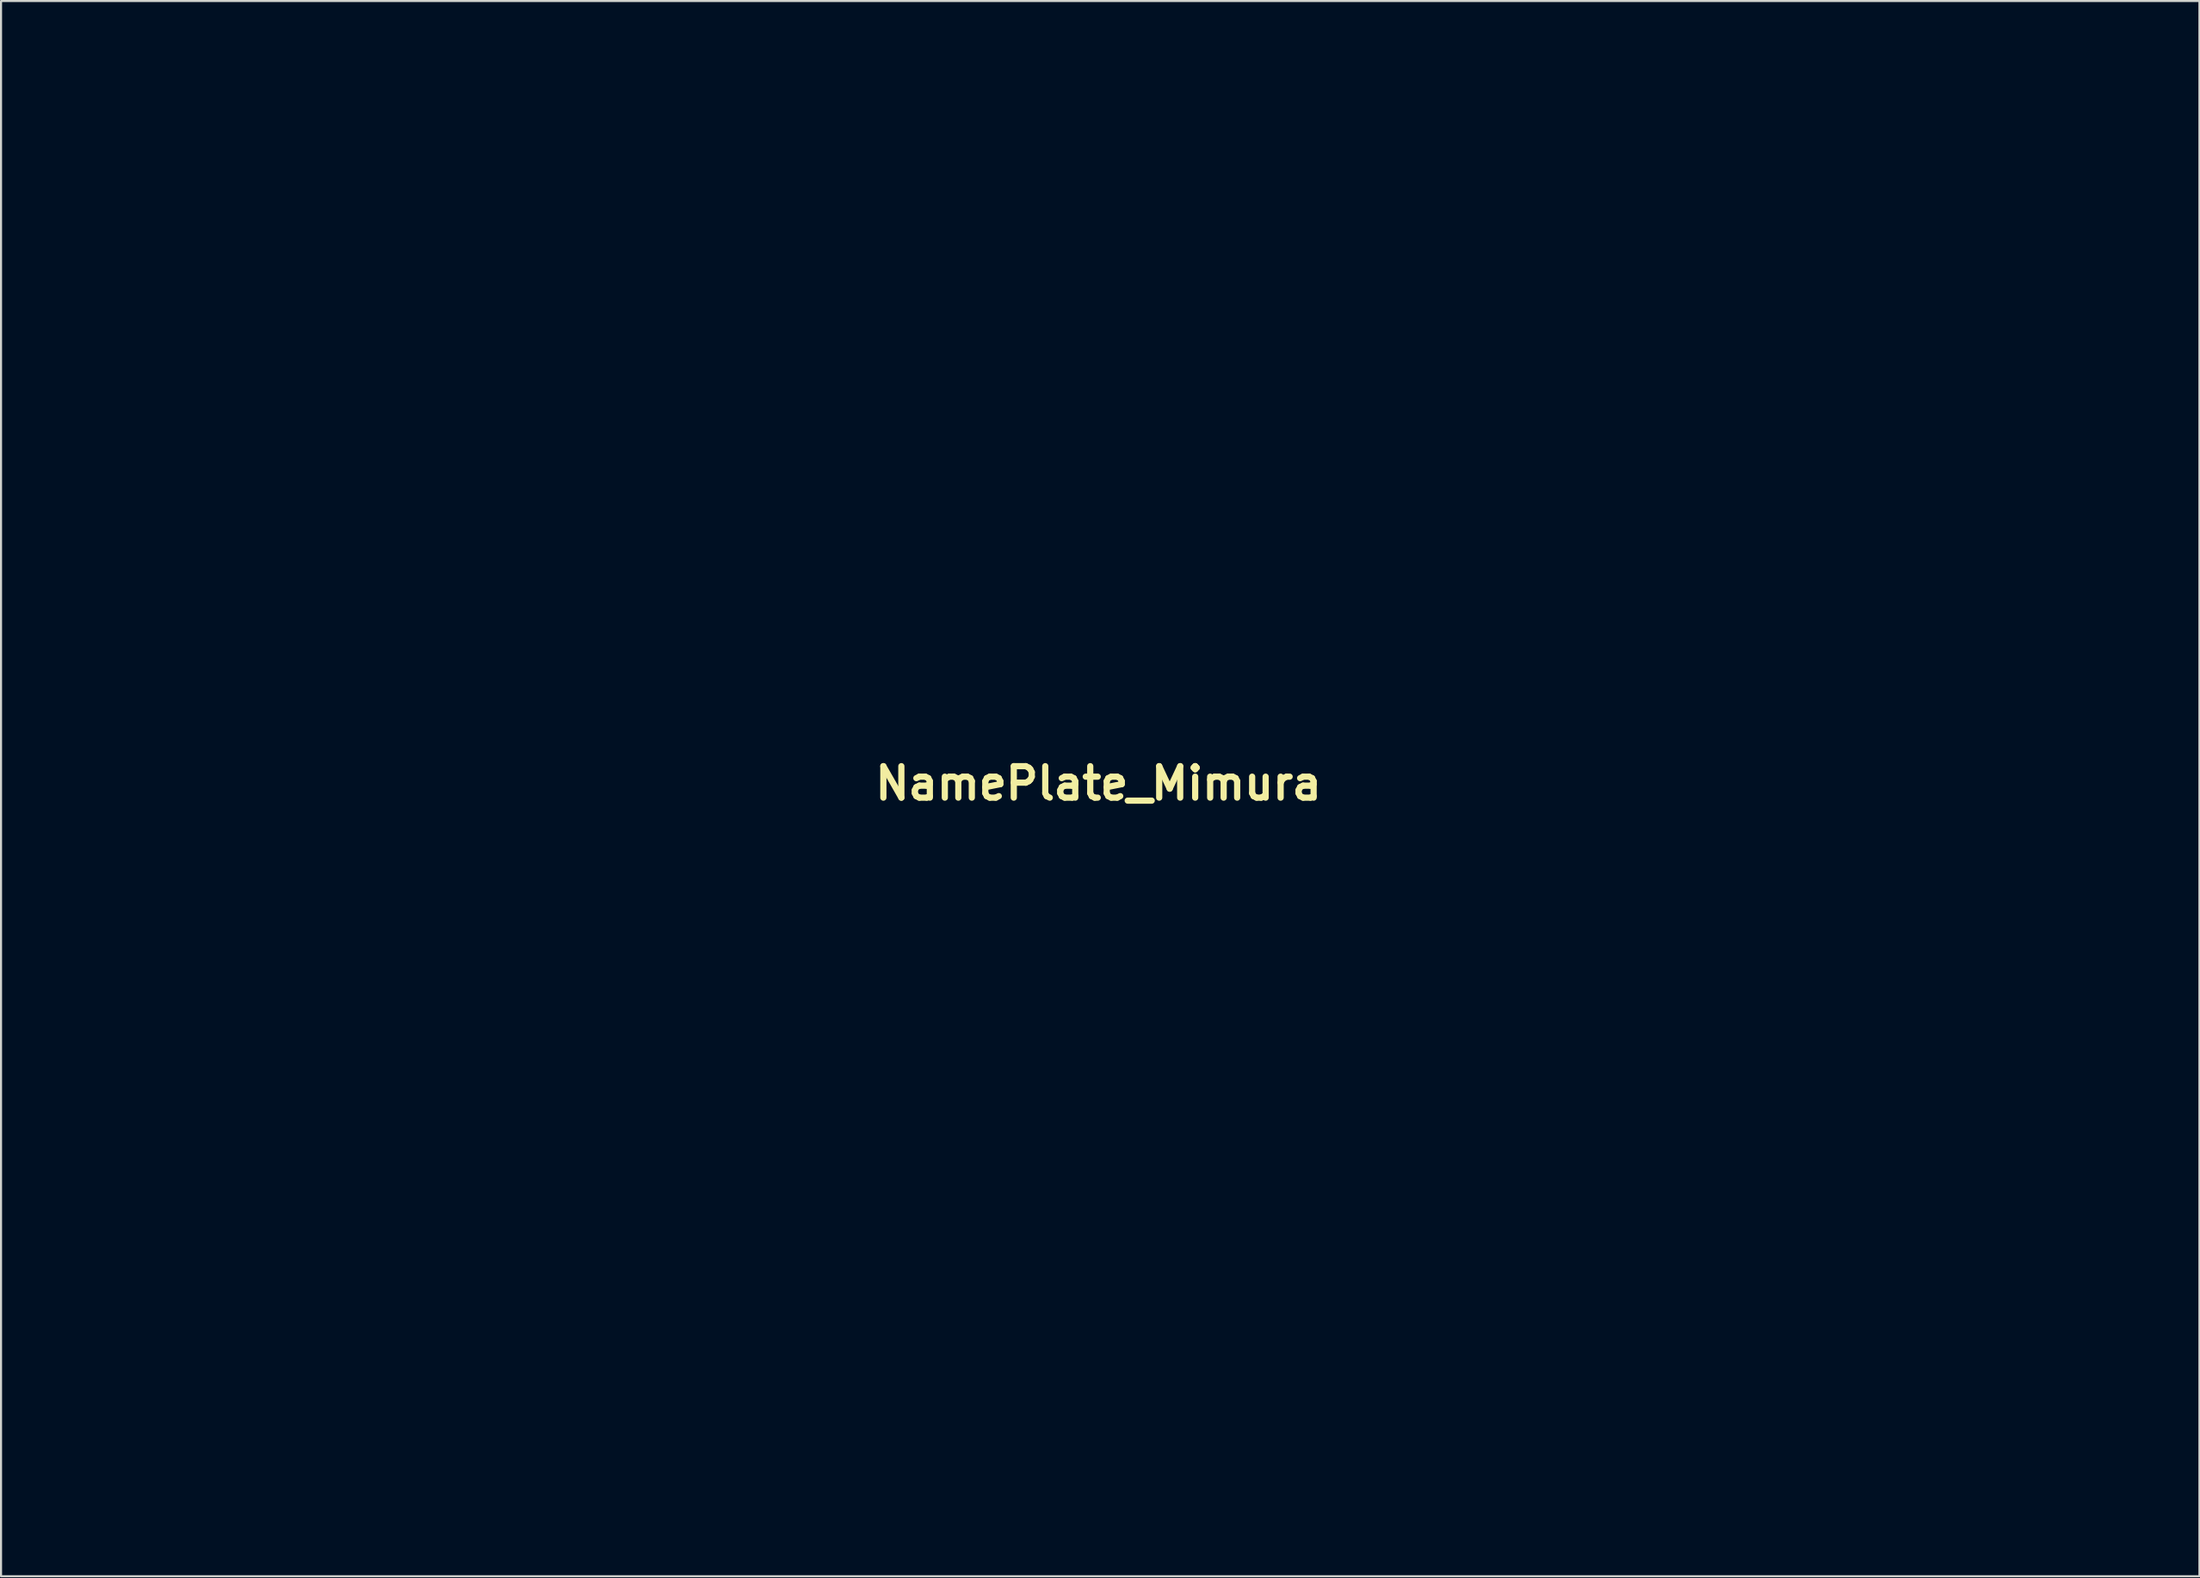
<source format=kicad_pcb>
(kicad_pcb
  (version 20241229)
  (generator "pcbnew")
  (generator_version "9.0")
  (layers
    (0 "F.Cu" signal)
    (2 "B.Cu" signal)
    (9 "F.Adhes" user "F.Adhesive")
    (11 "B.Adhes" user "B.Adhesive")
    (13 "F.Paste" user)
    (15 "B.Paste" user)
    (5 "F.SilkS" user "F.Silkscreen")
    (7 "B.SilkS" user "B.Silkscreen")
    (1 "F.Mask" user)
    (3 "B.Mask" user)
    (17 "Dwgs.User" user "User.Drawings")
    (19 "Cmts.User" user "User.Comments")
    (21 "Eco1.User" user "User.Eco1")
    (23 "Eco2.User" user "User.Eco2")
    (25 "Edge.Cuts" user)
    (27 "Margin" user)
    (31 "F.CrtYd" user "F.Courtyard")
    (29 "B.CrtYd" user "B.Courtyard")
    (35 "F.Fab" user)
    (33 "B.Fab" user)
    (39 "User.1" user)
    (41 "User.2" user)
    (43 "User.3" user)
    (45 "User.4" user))
  (footprint "NamePlate_Mimura"
    (layer "F.Cu")
    (at 50.128 34.888)
    (property "Reference" "NamePlate_Mimura" (at 0 0 0) (layer "F.SilkS") (effects (font (size 1.524 1.524) (thickness 0.3))))
    (attr through_hole)
    (fp_poly (pts (xy 8.467 8.975) (xy 7.62 8.975) (xy 7.62 3.725) (xy 8.467 3.725) (xy 8.467 8.975)) (stroke (width 0.01) (type solid)) (fill yes) (layer "F.Mask"))
    (fp_poly (pts (xy -29.972 8.128) (xy -26.416 8.128) (xy -26.416 8.975) (xy -30.819 8.975) (xy -30.819 1.863) (xy -29.972 1.863) (xy -29.972 8.128)) (stroke (width 0.01) (type solid)) (fill yes) (layer "F.Mask"))
    (fp_poly (pts (xy -25.175 25.386) (xy -25.126 25.432) (xy -24.973 25.685) (xy -25.026 25.801) (xy -25.254 25.775) (xy -25.405 25.648) (xy -25.537 25.372) (xy -25.431 25.263) (xy -25.175 25.386)) (stroke (width 0.01) (type solid)) (fill yes) (layer "F.Mask"))
    (fp_poly (pts (xy -25.042 24.647) (xy -24.968 24.684) (xy -24.8 24.853) (xy -24.836 24.942) (xy -25.099 24.95) (xy -25.234 24.89) (xy -25.393 24.711) (xy -25.3 24.608) (xy -25.042 24.647)) (stroke (width 0.01) (type solid)) (fill yes) (layer "F.Mask"))
    (fp_poly (pts (xy 28.298 24.986) (xy 28.372 25.022) (xy 28.54 25.191) (xy 28.504 25.281) (xy 28.241 25.288) (xy 28.106 25.229) (xy 27.947 25.05) (xy 28.04 24.947) (xy 28.298 24.986)) (stroke (width 0.01) (type solid)) (fill yes) (layer "F.Mask"))
    (fp_poly (pts (xy 28.329 25.862) (xy 28.363 25.908) (xy 28.325 26.053) (xy 28.204 26.077) (xy 27.972 25.989) (xy 27.94 25.908) (xy 28.062 25.744) (xy 28.099 25.739) (xy 28.329 25.862)) (stroke (width 0.01) (type solid)) (fill yes) (layer "F.Mask"))
    (fp_poly (pts (xy 2.91 -14.448) (xy 3.274 -14.038) (xy 3.36 -13.723) (xy 3.182 -13.421) (xy 3.077 -13.319) (xy 2.765 -13.095) (xy 2.506 -13.108) (xy 2.205 -13.38) (xy 2.054 -13.565) (xy 1.652 -14.073) (xy 2.433 -14.905) (xy 2.91 -14.448)) (stroke (width 0.01) (type solid)) (fill yes) (layer "F.Mask"))
    (fp_poly (pts (xy 10.32 26.038) (xy 10.612 26.336) (xy 10.811 26.667) (xy 10.837 26.792) (xy 10.75 26.93) (xy 10.527 26.824) (xy 10.228 26.508) (xy 10.16 26.416) (xy 9.946 26.078) (xy 9.942 25.931) (xy 10.054 25.908) (xy 10.32 26.038)) (stroke (width 0.01) (type solid)) (fill yes) (layer "F.Mask"))
    (fp_poly (pts (xy -49.847 -23.048) (xy -49.788 -22.673) (xy -49.784 -22.521) (xy -49.822 -22.097) (xy -49.915 -21.861) (xy -49.953 -21.844) (xy -50.059 -21.994) (xy -50.118 -22.37) (xy -50.123 -22.521) (xy -50.085 -22.945) (xy -49.991 -23.181) (xy -49.953 -23.199) (xy -49.847 -23.048)) (stroke (width 0.01) (type solid)) (fill yes) (layer "F.Mask"))
    (fp_poly (pts (xy -49.847 -20.678) (xy -49.788 -20.302) (xy -49.784 -20.151) (xy -49.822 -19.727) (xy -49.915 -19.491) (xy -49.953 -19.473) (xy -50.059 -19.624) (xy -50.118 -19.999) (xy -50.123 -20.151) (xy -50.085 -20.575) (xy -49.991 -20.811) (xy -49.953 -20.828) (xy -49.847 -20.678)) (stroke (width 0.01) (type solid)) (fill yes) (layer "F.Mask"))
    (fp_poly (pts (xy -49.847 -18.307) (xy -49.788 -17.932) (xy -49.784 -17.78) (xy -49.822 -17.356) (xy -49.915 -17.12) (xy -49.953 -17.103) (xy -50.059 -17.253) (xy -50.118 -17.628) (xy -50.123 -17.78) (xy -50.085 -18.204) (xy -49.991 -18.44) (xy -49.953 -18.457) (xy -49.847 -18.307)) (stroke (width 0.01) (type solid)) (fill yes) (layer "F.Mask"))
    (fp_poly (pts (xy -49.847 -15.936) (xy -49.788 -15.561) (xy -49.784 -15.409) (xy -49.822 -14.985) (xy -49.915 -14.749) (xy -49.953 -14.732) (xy -50.059 -14.882) (xy -50.118 -15.258) (xy -50.123 -15.409) (xy -50.085 -15.833) (xy -49.991 -16.069) (xy -49.953 -16.087) (xy -49.847 -15.936)) (stroke (width 0.01) (type solid)) (fill yes) (layer "F.Mask"))
    (fp_poly (pts (xy -49.847 -13.566) (xy -49.788 -13.19) (xy -49.784 -13.039) (xy -49.822 -12.615) (xy -49.915 -12.379) (xy -49.953 -12.361) (xy -50.059 -12.512) (xy -50.118 -12.887) (xy -50.123 -13.039) (xy -50.085 -13.463) (xy -49.991 -13.699) (xy -49.953 -13.716) (xy -49.847 -13.566)) (stroke (width 0.01) (type solid)) (fill yes) (layer "F.Mask"))
    (fp_poly (pts (xy -49.847 -11.195) (xy -49.788 -10.82) (xy -49.784 -10.668) (xy -49.822 -10.244) (xy -49.915 -10.008) (xy -49.953 -9.991) (xy -50.059 -10.141) (xy -50.118 -10.516) (xy -50.123 -10.668) (xy -50.085 -11.092) (xy -49.991 -11.328) (xy -49.953 -11.345) (xy -49.847 -11.195)) (stroke (width 0.01) (type solid)) (fill yes) (layer "F.Mask"))
    (fp_poly (pts (xy -49.847 -8.824) (xy -49.788 -8.449) (xy -49.784 -8.297) (xy -49.822 -7.873) (xy -49.915 -7.637) (xy -49.953 -7.62) (xy -50.059 -7.77) (xy -50.118 -8.146) (xy -50.123 -8.297) (xy -50.085 -8.721) (xy -49.991 -8.957) (xy -49.953 -8.975) (xy -49.847 -8.824)) (stroke (width 0.01) (type solid)) (fill yes) (layer "F.Mask"))
    (fp_poly (pts (xy -49.847 -6.454) (xy -49.788 -6.078) (xy -49.784 -5.927) (xy -49.822 -5.503) (xy -49.915 -5.267) (xy -49.953 -5.249) (xy -50.059 -5.4) (xy -50.118 -5.775) (xy -50.123 -5.927) (xy -50.085 -6.351) (xy -49.991 -6.587) (xy -49.953 -6.604) (xy -49.847 -6.454)) (stroke (width 0.01) (type solid)) (fill yes) (layer "F.Mask"))
    (fp_poly (pts (xy -49.847 -4.083) (xy -49.788 -3.708) (xy -49.784 -3.556) (xy -49.822 -3.132) (xy -49.915 -2.896) (xy -49.953 -2.879) (xy -50.059 -3.029) (xy -50.118 -3.404) (xy -50.123 -3.556) (xy -50.085 -3.98) (xy -49.991 -4.216) (xy -49.953 -4.233) (xy -49.847 -4.083)) (stroke (width 0.01) (type solid)) (fill yes) (layer "F.Mask"))
    (fp_poly (pts (xy -49.847 -1.712) (xy -49.788 -1.337) (xy -49.784 -1.185) (xy -49.822 -0.761) (xy -49.915 -0.525) (xy -49.953 -0.508) (xy -50.059 -0.658) (xy -50.118 -1.034) (xy -50.123 -1.185) (xy -50.085 -1.609) (xy -49.991 -1.845) (xy -49.953 -1.863) (xy -49.847 -1.712)) (stroke (width 0.01) (type solid)) (fill yes) (layer "F.Mask"))
    (fp_poly (pts (xy -49.847 0.658) (xy -49.788 1.034) (xy -49.784 1.185) (xy -49.822 1.609) (xy -49.915 1.845) (xy -49.953 1.863) (xy -50.059 1.712) (xy -50.118 1.337) (xy -50.123 1.185) (xy -50.085 0.761) (xy -49.991 0.525) (xy -49.953 0.508) (xy -49.847 0.658)) (stroke (width 0.01) (type solid)) (fill yes) (layer "F.Mask"))
    (fp_poly (pts (xy -49.847 3.029) (xy -49.788 3.404) (xy -49.784 3.556) (xy -49.822 3.98) (xy -49.915 4.216) (xy -49.953 4.233) (xy -50.059 4.083) (xy -50.118 3.708) (xy -50.123 3.556) (xy -50.085 3.132) (xy -49.991 2.896) (xy -49.953 2.879) (xy -49.847 3.029)) (stroke (width 0.01) (type solid)) (fill yes) (layer "F.Mask"))
    (fp_poly (pts (xy -49.847 5.4) (xy -49.788 5.775) (xy -49.784 5.927) (xy -49.822 6.351) (xy -49.915 6.587) (xy -49.953 6.604) (xy -50.059 6.454) (xy -50.118 6.078) (xy -50.123 5.927) (xy -50.085 5.503) (xy -49.991 5.267) (xy -49.953 5.249) (xy -49.847 5.4)) (stroke (width 0.01) (type solid)) (fill yes) (layer "F.Mask"))
    (fp_poly (pts (xy -49.847 7.77) (xy -49.788 8.146) (xy -49.784 8.297) (xy -49.822 8.721) (xy -49.915 8.957) (xy -49.953 8.975) (xy -50.059 8.824) (xy -50.118 8.449) (xy -50.123 8.297) (xy -50.085 7.873) (xy -49.991 7.637) (xy -49.953 7.62) (xy -49.847 7.77)) (stroke (width 0.01) (type solid)) (fill yes) (layer "F.Mask"))
    (fp_poly (pts (xy -49.847 10.141) (xy -49.788 10.516) (xy -49.784 10.668) (xy -49.822 11.092) (xy -49.915 11.328) (xy -49.953 11.345) (xy -50.059 11.195) (xy -50.118 10.82) (xy -50.123 10.668) (xy -50.085 10.244) (xy -49.991 10.008) (xy -49.953 9.991) (xy -49.847 10.141)) (stroke (width 0.01) (type solid)) (fill yes) (layer "F.Mask"))
    (fp_poly (pts (xy -49.847 12.512) (xy -49.788 12.887) (xy -49.784 13.039) (xy -49.822 13.463) (xy -49.915 13.699) (xy -49.953 13.716) (xy -50.059 13.566) (xy -50.118 13.19) (xy -50.123 13.039) (xy -50.085 12.615) (xy -49.991 12.379) (xy -49.953 12.361) (xy -49.847 12.512)) (stroke (width 0.01) (type solid)) (fill yes) (layer "F.Mask"))
    (fp_poly (pts (xy -49.847 14.882) (xy -49.788 15.258) (xy -49.784 15.409) (xy -49.822 15.833) (xy -49.915 16.069) (xy -49.953 16.087) (xy -50.059 15.936) (xy -50.118 15.561) (xy -50.123 15.409) (xy -50.085 14.985) (xy -49.991 14.749) (xy -49.953 14.732) (xy -49.847 14.882)) (stroke (width 0.01) (type solid)) (fill yes) (layer "F.Mask"))
    (fp_poly (pts (xy -49.847 17.253) (xy -49.788 17.628) (xy -49.784 17.78) (xy -49.822 18.204) (xy -49.915 18.44) (xy -49.953 18.457) (xy -50.059 18.307) (xy -50.118 17.932) (xy -50.123 17.78) (xy -50.085 17.356) (xy -49.991 17.12) (xy -49.953 17.103) (xy -49.847 17.253)) (stroke (width 0.01) (type solid)) (fill yes) (layer "F.Mask"))
    (fp_poly (pts (xy -49.847 19.624) (xy -49.788 19.999) (xy -49.784 20.151) (xy -49.822 20.575) (xy -49.915 20.811) (xy -49.953 20.828) (xy -50.059 20.678) (xy -50.118 20.302) (xy -50.123 20.151) (xy -50.085 19.727) (xy -49.991 19.491) (xy -49.953 19.473) (xy -49.847 19.624)) (stroke (width 0.01) (type solid)) (fill yes) (layer "F.Mask"))
    (fp_poly (pts (xy -49.847 21.994) (xy -49.788 22.37) (xy -49.784 22.521) (xy -49.822 22.945) (xy -49.915 23.181) (xy -49.953 23.199) (xy -50.059 23.048) (xy -50.118 22.673) (xy -50.123 22.521) (xy -50.085 22.097) (xy -49.991 21.861) (xy -49.953 21.844) (xy -49.847 21.994)) (stroke (width 0.01) (type solid)) (fill yes) (layer "F.Mask"))
    (fp_poly (pts (xy -49.847 24.365) (xy -49.788 24.74) (xy -49.784 24.892) (xy -49.822 25.316) (xy -49.915 25.552) (xy -49.953 25.569) (xy -50.059 25.419) (xy -50.118 25.044) (xy -50.123 24.892) (xy -50.085 24.468) (xy -49.991 24.232) (xy -49.953 24.215) (xy -49.847 24.365)) (stroke (width 0.01) (type solid)) (fill yes) (layer "F.Mask"))
    (fp_poly (pts (xy -49.847 26.736) (xy -49.788 27.111) (xy -49.784 27.263) (xy -49.822 27.687) (xy -49.915 27.923) (xy -49.953 27.94) (xy -50.059 27.79) (xy -50.118 27.414) (xy -50.123 27.263) (xy -50.085 26.839) (xy -49.991 26.603) (xy -49.953 26.585) (xy -49.847 26.736)) (stroke (width 0.01) (type solid)) (fill yes) (layer "F.Mask"))
    (fp_poly (pts (xy -49.847 29.106) (xy -49.788 29.482) (xy -49.784 29.633) (xy -49.822 30.057) (xy -49.915 30.293) (xy -49.953 30.311) (xy -50.059 30.16) (xy -50.118 29.785) (xy -50.123 29.633) (xy -50.085 29.209) (xy -49.991 28.973) (xy -49.953 28.956) (xy -49.847 29.106)) (stroke (width 0.01) (type solid)) (fill yes) (layer "F.Mask"))
    (fp_poly (pts (xy -49.847 31.477) (xy -49.788 31.852) (xy -49.784 32.004) (xy -49.822 32.428) (xy -49.915 32.664) (xy -49.953 32.681) (xy -50.059 32.531) (xy -50.118 32.156) (xy -50.123 32.004) (xy -50.085 31.58) (xy -49.991 31.344) (xy -49.953 31.327) (xy -49.847 31.477)) (stroke (width 0.01) (type solid)) (fill yes) (layer "F.Mask"))
    (fp_poly (pts (xy -49.847 33.848) (xy -49.788 34.223) (xy -49.784 34.375) (xy -49.822 34.799) (xy -49.915 35.035) (xy -49.953 35.052) (xy -50.059 34.902) (xy -50.118 34.526) (xy -50.123 34.375) (xy -50.085 33.951) (xy -49.991 33.715) (xy -49.953 33.697) (xy -49.847 33.848)) (stroke (width 0.01) (type solid)) (fill yes) (layer "F.Mask"))
    (fp_poly (pts (xy -48.005 35.09) (xy -47.769 35.183) (xy -47.752 35.221) (xy -47.902 35.327) (xy -48.278 35.386) (xy -48.429 35.391) (xy -48.853 35.353) (xy -49.089 35.259) (xy -49.107 35.221) (xy -48.956 35.115) (xy -48.581 35.056) (xy -48.429 35.052) (xy -48.005 35.09)) (stroke (width 0.01) (type solid)) (fill yes) (layer "F.Mask"))
    (fp_poly (pts (xy -45.635 35.09) (xy -45.399 35.183) (xy -45.381 35.221) (xy -45.532 35.327) (xy -45.907 35.386) (xy -46.059 35.391) (xy -46.483 35.353) (xy -46.719 35.259) (xy -46.736 35.221) (xy -46.586 35.115) (xy -46.21 35.056) (xy -46.059 35.052) (xy -45.635 35.09)) (stroke (width 0.01) (type solid)) (fill yes) (layer "F.Mask"))
    (fp_poly (pts (xy -43.264 35.09) (xy -43.028 35.183) (xy -43.011 35.221) (xy -43.161 35.327) (xy -43.536 35.386) (xy -43.688 35.391) (xy -44.112 35.353) (xy -44.348 35.259) (xy -44.365 35.221) (xy -44.215 35.115) (xy -43.84 35.056) (xy -43.688 35.052) (xy -43.264 35.09)) (stroke (width 0.01) (type solid)) (fill yes) (layer "F.Mask"))
    (fp_poly (pts (xy -40.893 35.09) (xy -40.657 35.183) (xy -40.64 35.221) (xy -40.79 35.327) (xy -41.166 35.386) (xy -41.317 35.391) (xy -41.741 35.353) (xy -41.977 35.259) (xy -41.995 35.221) (xy -41.844 35.115) (xy -41.469 35.056) (xy -41.317 35.052) (xy -40.893 35.09)) (stroke (width 0.01) (type solid)) (fill yes) (layer "F.Mask"))
    (fp_poly (pts (xy -38.523 35.09) (xy -38.287 35.183) (xy -38.269 35.221) (xy -38.42 35.327) (xy -38.795 35.386) (xy -38.947 35.391) (xy -39.371 35.353) (xy -39.607 35.259) (xy -39.624 35.221) (xy -39.474 35.115) (xy -39.098 35.056) (xy -38.947 35.052) (xy -38.523 35.09)) (stroke (width 0.01) (type solid)) (fill yes) (layer "F.Mask"))
    (fp_poly (pts (xy -36.152 35.09) (xy -35.916 35.183) (xy -35.899 35.221) (xy -36.049 35.327) (xy -36.424 35.386) (xy -36.576 35.391) (xy -37 35.353) (xy -37.236 35.259) (xy -37.253 35.221) (xy -37.103 35.115) (xy -36.728 35.056) (xy -36.576 35.052) (xy -36.152 35.09)) (stroke (width 0.01) (type solid)) (fill yes) (layer "F.Mask"))
    (fp_poly (pts (xy -33.781 35.09) (xy -33.545 35.183) (xy -33.528 35.221) (xy -33.678 35.327) (xy -34.054 35.386) (xy -34.205 35.391) (xy -34.629 35.353) (xy -34.865 35.259) (xy -34.883 35.221) (xy -34.732 35.115) (xy -34.357 35.056) (xy -34.205 35.052) (xy -33.781 35.09)) (stroke (width 0.01) (type solid)) (fill yes) (layer "F.Mask"))
    (fp_poly (pts (xy -31.411 35.09) (xy -31.175 35.183) (xy -31.157 35.221) (xy -31.308 35.327) (xy -31.683 35.386) (xy -31.835 35.391) (xy -32.259 35.353) (xy -32.495 35.259) (xy -32.512 35.221) (xy -32.362 35.115) (xy -31.986 35.056) (xy -31.835 35.052) (xy -31.411 35.09)) (stroke (width 0.01) (type solid)) (fill yes) (layer "F.Mask"))
    (fp_poly (pts (xy -29.04 35.09) (xy -28.804 35.183) (xy -28.787 35.221) (xy -28.937 35.327) (xy -29.312 35.386) (xy -29.464 35.391) (xy -29.888 35.353) (xy -30.124 35.259) (xy -30.141 35.221) (xy -29.991 35.115) (xy -29.616 35.056) (xy -29.464 35.052) (xy -29.04 35.09)) (stroke (width 0.01) (type solid)) (fill yes) (layer "F.Mask"))
    (fp_poly (pts (xy -26.669 35.09) (xy -26.433 35.183) (xy -26.416 35.221) (xy -26.566 35.327) (xy -26.942 35.386) (xy -27.093 35.391) (xy -27.517 35.353) (xy -27.753 35.259) (xy -27.771 35.221) (xy -27.62 35.115) (xy -27.245 35.056) (xy -27.093 35.052) (xy -26.669 35.09)) (stroke (width 0.01) (type solid)) (fill yes) (layer "F.Mask"))
    (fp_poly (pts (xy -24.299 35.09) (xy -24.063 35.183) (xy -24.045 35.221) (xy -24.196 35.327) (xy -24.571 35.386) (xy -24.723 35.391) (xy -25.147 35.353) (xy -25.383 35.259) (xy -25.4 35.221) (xy -25.25 35.115) (xy -24.874 35.056) (xy -24.723 35.052) (xy -24.299 35.09)) (stroke (width 0.01) (type solid)) (fill yes) (layer "F.Mask"))
    (fp_poly (pts (xy -21.928 35.09) (xy -21.692 35.183) (xy -21.675 35.221) (xy -21.825 35.327) (xy -22.2 35.386) (xy -22.352 35.391) (xy -22.776 35.353) (xy -23.012 35.259) (xy -23.029 35.221) (xy -22.879 35.115) (xy -22.504 35.056) (xy -22.352 35.052) (xy -21.928 35.09)) (stroke (width 0.01) (type solid)) (fill yes) (layer "F.Mask"))
    (fp_poly (pts (xy -19.557 35.09) (xy -19.321 35.183) (xy -19.304 35.221) (xy -19.454 35.327) (xy -19.83 35.386) (xy -19.981 35.391) (xy -20.405 35.353) (xy -20.641 35.259) (xy -20.659 35.221) (xy -20.508 35.115) (xy -20.133 35.056) (xy -19.981 35.052) (xy -19.557 35.09)) (stroke (width 0.01) (type solid)) (fill yes) (layer "F.Mask"))
    (fp_poly (pts (xy -17.187 35.09) (xy -16.951 35.183) (xy -16.933 35.221) (xy -17.084 35.327) (xy -17.459 35.386) (xy -17.611 35.391) (xy -18.035 35.353) (xy -18.271 35.259) (xy -18.288 35.221) (xy -18.138 35.115) (xy -17.762 35.056) (xy -17.611 35.052) (xy -17.187 35.09)) (stroke (width 0.01) (type solid)) (fill yes) (layer "F.Mask"))
    (fp_poly (pts (xy -14.816 35.09) (xy -14.58 35.183) (xy -14.563 35.221) (xy -14.713 35.327) (xy -15.088 35.386) (xy -15.24 35.391) (xy -15.664 35.353) (xy -15.9 35.259) (xy -15.917 35.221) (xy -15.767 35.115) (xy -15.392 35.056) (xy -15.24 35.052) (xy -14.816 35.09)) (stroke (width 0.01) (type solid)) (fill yes) (layer "F.Mask"))
    (fp_poly (pts (xy -13.292 -34.845) (xy -13.056 -34.751) (xy -13.039 -34.713) (xy -13.189 -34.607) (xy -13.564 -34.548) (xy -13.716 -34.544) (xy -14.14 -34.582) (xy -14.376 -34.675) (xy -14.393 -34.713) (xy -14.243 -34.819) (xy -13.868 -34.878) (xy -13.716 -34.883) (xy -13.292 -34.845)) (stroke (width 0.01) (type solid)) (fill yes) (layer "F.Mask"))
    (fp_poly (pts (xy -12.445 35.09) (xy -12.209 35.183) (xy -12.192 35.221) (xy -12.342 35.327) (xy -12.718 35.386) (xy -12.869 35.391) (xy -13.293 35.353) (xy -13.529 35.259) (xy -13.547 35.221) (xy -13.396 35.115) (xy -13.021 35.056) (xy -12.869 35.052) (xy -12.445 35.09)) (stroke (width 0.01) (type solid)) (fill yes) (layer "F.Mask"))
    (fp_poly (pts (xy -10.921 -34.845) (xy -10.685 -34.751) (xy -10.668 -34.713) (xy -10.818 -34.607) (xy -11.194 -34.548) (xy -11.345 -34.544) (xy -11.769 -34.582) (xy -12.005 -34.675) (xy -12.023 -34.713) (xy -11.872 -34.819) (xy -11.497 -34.878) (xy -11.345 -34.883) (xy -10.921 -34.845)) (stroke (width 0.01) (type solid)) (fill yes) (layer "F.Mask"))
    (fp_poly (pts (xy -10.075 35.09) (xy -9.839 35.183) (xy -9.821 35.221) (xy -9.972 35.327) (xy -10.347 35.386) (xy -10.499 35.391) (xy -10.923 35.353) (xy -11.159 35.259) (xy -11.176 35.221) (xy -11.026 35.115) (xy -10.65 35.056) (xy -10.499 35.052) (xy -10.075 35.09)) (stroke (width 0.01) (type solid)) (fill yes) (layer "F.Mask"))
    (fp_poly (pts (xy -8.551 -34.845) (xy -8.315 -34.751) (xy -8.297 -34.713) (xy -8.448 -34.607) (xy -8.823 -34.548) (xy -8.975 -34.544) (xy -9.399 -34.582) (xy -9.635 -34.675) (xy -9.652 -34.713) (xy -9.502 -34.819) (xy -9.126 -34.878) (xy -8.975 -34.883) (xy -8.551 -34.845)) (stroke (width 0.01) (type solid)) (fill yes) (layer "F.Mask"))
    (fp_poly (pts (xy -7.704 35.09) (xy -7.468 35.183) (xy -7.451 35.221) (xy -7.601 35.327) (xy -7.976 35.386) (xy -8.128 35.391) (xy -8.552 35.353) (xy -8.788 35.259) (xy -8.805 35.221) (xy -8.655 35.115) (xy -8.28 35.056) (xy -8.128 35.052) (xy -7.704 35.09)) (stroke (width 0.01) (type solid)) (fill yes) (layer "F.Mask"))
    (fp_poly (pts (xy -6.18 -34.845) (xy -5.944 -34.751) (xy -5.927 -34.713) (xy -6.077 -34.607) (xy -6.452 -34.548) (xy -6.604 -34.544) (xy -7.028 -34.582) (xy -7.264 -34.675) (xy -7.281 -34.713) (xy -7.131 -34.819) (xy -6.756 -34.878) (xy -6.604 -34.883) (xy -6.18 -34.845)) (stroke (width 0.01) (type solid)) (fill yes) (layer "F.Mask"))
    (fp_poly (pts (xy -5.333 35.09) (xy -5.097 35.183) (xy -5.08 35.221) (xy -5.23 35.327) (xy -5.606 35.386) (xy -5.757 35.391) (xy -6.181 35.353) (xy -6.417 35.259) (xy -6.435 35.221) (xy -6.284 35.115) (xy -5.909 35.056) (xy -5.757 35.052) (xy -5.333 35.09)) (stroke (width 0.01) (type solid)) (fill yes) (layer "F.Mask"))
    (fp_poly (pts (xy -3.809 -34.845) (xy -3.573 -34.751) (xy -3.556 -34.713) (xy -3.706 -34.607) (xy -4.082 -34.548) (xy -4.233 -34.544) (xy -4.657 -34.582) (xy -4.893 -34.675) (xy -4.911 -34.713) (xy -4.76 -34.819) (xy -4.385 -34.878) (xy -4.233 -34.883) (xy -3.809 -34.845)) (stroke (width 0.01) (type solid)) (fill yes) (layer "F.Mask"))
    (fp_poly (pts (xy -2.963 35.09) (xy -2.727 35.183) (xy -2.709 35.221) (xy -2.86 35.327) (xy -3.235 35.386) (xy -3.387 35.391) (xy -3.811 35.353) (xy -4.047 35.259) (xy -4.064 35.221) (xy -3.914 35.115) (xy -3.538 35.056) (xy -3.387 35.052) (xy -2.963 35.09)) (stroke (width 0.01) (type solid)) (fill yes) (layer "F.Mask"))
    (fp_poly (pts (xy -1.439 -34.845) (xy -1.203 -34.751) (xy -1.185 -34.713) (xy -1.336 -34.607) (xy -1.711 -34.548) (xy -1.863 -34.544) (xy -2.287 -34.582) (xy -2.523 -34.675) (xy -2.54 -34.713) (xy -2.39 -34.819) (xy -2.014 -34.878) (xy -1.863 -34.883) (xy -1.439 -34.845)) (stroke (width 0.01) (type solid)) (fill yes) (layer "F.Mask"))
    (fp_poly (pts (xy -0.592 35.09) (xy -0.356 35.183) (xy -0.339 35.221) (xy -0.489 35.327) (xy -0.864 35.386) (xy -1.016 35.391) (xy -1.44 35.353) (xy -1.676 35.259) (xy -1.693 35.221) (xy -1.543 35.115) (xy -1.168 35.056) (xy -1.016 35.052) (xy -0.592 35.09)) (stroke (width 0.01) (type solid)) (fill yes) (layer "F.Mask"))
    (fp_poly (pts (xy 0.932 -34.845) (xy 1.168 -34.751) (xy 1.185 -34.713) (xy 1.035 -34.607) (xy 0.66 -34.548) (xy 0.508 -34.544) (xy 0.084 -34.582) (xy -0.152 -34.675) (xy -0.169 -34.713) (xy -0.019 -34.819) (xy 0.356 -34.878) (xy 0.508 -34.883) (xy 0.932 -34.845)) (stroke (width 0.01) (type solid)) (fill yes) (layer "F.Mask"))
    (fp_poly (pts (xy 1.779 35.09) (xy 2.015 35.183) (xy 2.032 35.221) (xy 1.882 35.327) (xy 1.506 35.386) (xy 1.355 35.391) (xy 0.931 35.353) (xy 0.695 35.259) (xy 0.677 35.221) (xy 0.828 35.115) (xy 1.203 35.056) (xy 1.355 35.052) (xy 1.779 35.09)) (stroke (width 0.01) (type solid)) (fill yes) (layer "F.Mask"))
    (fp_poly (pts (xy 3.303 -34.845) (xy 3.539 -34.751) (xy 3.556 -34.713) (xy 3.406 -34.607) (xy 3.03 -34.548) (xy 2.879 -34.544) (xy 2.455 -34.582) (xy 2.219 -34.675) (xy 2.201 -34.713) (xy 2.352 -34.819) (xy 2.727 -34.878) (xy 2.879 -34.883) (xy 3.303 -34.845)) (stroke (width 0.01) (type solid)) (fill yes) (layer "F.Mask"))
    (fp_poly (pts (xy 4.149 35.09) (xy 4.385 35.183) (xy 4.403 35.221) (xy 4.252 35.327) (xy 3.877 35.386) (xy 3.725 35.391) (xy 3.301 35.353) (xy 3.065 35.259) (xy 3.048 35.221) (xy 3.198 35.115) (xy 3.574 35.056) (xy 3.725 35.052) (xy 4.149 35.09)) (stroke (width 0.01) (type solid)) (fill yes) (layer "F.Mask"))
    (fp_poly (pts (xy 5.673 -34.845) (xy 5.909 -34.751) (xy 5.927 -34.713) (xy 5.776 -34.607) (xy 5.401 -34.548) (xy 5.249 -34.544) (xy 4.825 -34.582) (xy 4.589 -34.675) (xy 4.572 -34.713) (xy 4.722 -34.819) (xy 5.098 -34.878) (xy 5.249 -34.883) (xy 5.673 -34.845)) (stroke (width 0.01) (type solid)) (fill yes) (layer "F.Mask"))
    (fp_poly (pts (xy 6.52 35.09) (xy 6.756 35.183) (xy 6.773 35.221) (xy 6.623 35.327) (xy 6.248 35.386) (xy 6.096 35.391) (xy 5.672 35.353) (xy 5.436 35.259) (xy 5.419 35.221) (xy 5.569 35.115) (xy 5.944 35.056) (xy 6.096 35.052) (xy 6.52 35.09)) (stroke (width 0.01) (type solid)) (fill yes) (layer "F.Mask"))
    (fp_poly (pts (xy 8.044 -34.845) (xy 8.28 -34.751) (xy 8.297 -34.713) (xy 8.147 -34.607) (xy 7.772 -34.548) (xy 7.62 -34.544) (xy 7.196 -34.582) (xy 6.96 -34.675) (xy 6.943 -34.713) (xy 7.093 -34.819) (xy 7.468 -34.878) (xy 7.62 -34.883) (xy 8.044 -34.845)) (stroke (width 0.01) (type solid)) (fill yes) (layer "F.Mask"))
    (fp_poly (pts (xy 8.346 1.917) (xy 8.457 2.15) (xy 8.467 2.371) (xy 8.421 2.734) (xy 8.227 2.867) (xy 8.043 2.879) (xy 7.741 2.824) (xy 7.63 2.592) (xy 7.62 2.371) (xy 7.666 2.008) (xy 7.859 1.875) (xy 8.043 1.863) (xy 8.346 1.917)) (stroke (width 0.01) (type solid)) (fill yes) (layer "F.Mask"))
    (fp_poly (pts (xy 8.713 25.977) (xy 8.632 26.224) (xy 8.524 26.416) (xy 8.263 26.758) (xy 8.02 26.922) (xy 7.997 26.924) (xy 7.882 26.855) (xy 7.963 26.608) (xy 8.07 26.416) (xy 8.332 26.074) (xy 8.574 25.91) (xy 8.597 25.908) (xy 8.713 25.977)) (stroke (width 0.01) (type solid)) (fill yes) (layer "F.Mask"))
    (fp_poly (pts (xy 8.891 35.09) (xy 9.127 35.183) (xy 9.144 35.221) (xy 8.994 35.327) (xy 8.618 35.386) (xy 8.467 35.391) (xy 8.043 35.353) (xy 7.807 35.259) (xy 7.789 35.221) (xy 7.94 35.115) (xy 8.315 35.056) (xy 8.467 35.052) (xy 8.891 35.09)) (stroke (width 0.01) (type solid)) (fill yes) (layer "F.Mask"))
    (fp_poly (pts (xy 10.415 -34.845) (xy 10.651 -34.751) (xy 10.668 -34.713) (xy 10.518 -34.607) (xy 10.142 -34.548) (xy 9.991 -34.544) (xy 9.567 -34.582) (xy 9.331 -34.675) (xy 9.313 -34.713) (xy 9.464 -34.819) (xy 9.839 -34.878) (xy 9.991 -34.883) (xy 10.415 -34.845)) (stroke (width 0.01) (type solid)) (fill yes) (layer "F.Mask"))
    (fp_poly (pts (xy 11.261 35.09) (xy 11.497 35.183) (xy 11.515 35.221) (xy 11.364 35.327) (xy 10.989 35.386) (xy 10.837 35.391) (xy 10.413 35.353) (xy 10.177 35.259) (xy 10.16 35.221) (xy 10.31 35.115) (xy 10.686 35.056) (xy 10.837 35.052) (xy 11.261 35.09)) (stroke (width 0.01) (type solid)) (fill yes) (layer "F.Mask"))
    (fp_poly (pts (xy 12.785 -34.845) (xy 13.021 -34.751) (xy 13.039 -34.713) (xy 12.888 -34.607) (xy 12.513 -34.548) (xy 12.361 -34.544) (xy 11.937 -34.582) (xy 11.701 -34.675) (xy 11.684 -34.713) (xy 11.834 -34.819) (xy 12.21 -34.878) (xy 12.361 -34.883) (xy 12.785 -34.845)) (stroke (width 0.01) (type solid)) (fill yes) (layer "F.Mask"))
    (fp_poly (pts (xy 13.125 24.751) (xy 13.464 24.822) (xy 13.547 24.892) (xy 13.394 24.985) (xy 12.999 25.046) (xy 12.615 25.061) (xy 12.105 25.033) (xy 11.767 24.962) (xy 11.684 24.892) (xy 11.837 24.799) (xy 12.232 24.738) (xy 12.615 24.723) (xy 13.125 24.751)) (stroke (width 0.01) (type solid)) (fill yes) (layer "F.Mask"))
    (fp_poly (pts (xy 13.632 35.09) (xy 13.868 35.183) (xy 13.885 35.221) (xy 13.735 35.327) (xy 13.36 35.386) (xy 13.208 35.391) (xy 12.784 35.353) (xy 12.548 35.259) (xy 12.531 35.221) (xy 12.681 35.115) (xy 13.056 35.056) (xy 13.208 35.052) (xy 13.632 35.09)) (stroke (width 0.01) (type solid)) (fill yes) (layer "F.Mask"))
    (fp_poly (pts (xy 15.156 -34.845) (xy 15.392 -34.751) (xy 15.409 -34.713) (xy 15.259 -34.607) (xy 14.884 -34.548) (xy 14.732 -34.544) (xy 14.308 -34.582) (xy 14.072 -34.675) (xy 14.055 -34.713) (xy 14.205 -34.819) (xy 14.58 -34.878) (xy 14.732 -34.883) (xy 15.156 -34.845)) (stroke (width 0.01) (type solid)) (fill yes) (layer "F.Mask"))
    (fp_poly (pts (xy 16.003 35.09) (xy 16.239 35.183) (xy 16.256 35.221) (xy 16.106 35.327) (xy 15.73 35.386) (xy 15.579 35.391) (xy 15.155 35.353) (xy 14.919 35.259) (xy 14.901 35.221) (xy 15.052 35.115) (xy 15.427 35.056) (xy 15.579 35.052) (xy 16.003 35.09)) (stroke (width 0.01) (type solid)) (fill yes) (layer "F.Mask"))
    (fp_poly (pts (xy 17.527 -34.845) (xy 17.763 -34.751) (xy 17.78 -34.713) (xy 17.63 -34.607) (xy 17.254 -34.548) (xy 17.103 -34.544) (xy 16.679 -34.582) (xy 16.443 -34.675) (xy 16.425 -34.713) (xy 16.576 -34.819) (xy 16.951 -34.878) (xy 17.103 -34.883) (xy 17.527 -34.845)) (stroke (width 0.01) (type solid)) (fill yes) (layer "F.Mask"))
    (fp_poly (pts (xy 18.373 35.09) (xy 18.609 35.183) (xy 18.627 35.221) (xy 18.476 35.327) (xy 18.101 35.386) (xy 17.949 35.391) (xy 17.525 35.353) (xy 17.289 35.259) (xy 17.272 35.221) (xy 17.422 35.115) (xy 17.798 35.056) (xy 17.949 35.052) (xy 18.373 35.09)) (stroke (width 0.01) (type solid)) (fill yes) (layer "F.Mask"))
    (fp_poly (pts (xy 19.897 -34.845) (xy 20.133 -34.751) (xy 20.151 -34.713) (xy 20 -34.607) (xy 19.625 -34.548) (xy 19.473 -34.544) (xy 19.049 -34.582) (xy 18.813 -34.675) (xy 18.796 -34.713) (xy 18.946 -34.819) (xy 19.322 -34.878) (xy 19.473 -34.883) (xy 19.897 -34.845)) (stroke (width 0.01) (type solid)) (fill yes) (layer "F.Mask"))
    (fp_poly (pts (xy 20.744 35.09) (xy 20.98 35.183) (xy 20.997 35.221) (xy 20.847 35.327) (xy 20.472 35.386) (xy 20.32 35.391) (xy 19.896 35.353) (xy 19.66 35.259) (xy 19.643 35.221) (xy 19.793 35.115) (xy 20.168 35.056) (xy 20.32 35.052) (xy 20.744 35.09)) (stroke (width 0.01) (type solid)) (fill yes) (layer "F.Mask"))
    (fp_poly (pts (xy 22.268 -34.845) (xy 22.504 -34.751) (xy 22.521 -34.713) (xy 22.371 -34.607) (xy 21.996 -34.548) (xy 21.844 -34.544) (xy 21.42 -34.582) (xy 21.184 -34.675) (xy 21.167 -34.713) (xy 21.317 -34.819) (xy 21.692 -34.878) (xy 21.844 -34.883) (xy 22.268 -34.845)) (stroke (width 0.01) (type solid)) (fill yes) (layer "F.Mask"))
    (fp_poly (pts (xy 23.115 35.09) (xy 23.351 35.183) (xy 23.368 35.221) (xy 23.218 35.327) (xy 22.842 35.386) (xy 22.691 35.391) (xy 22.267 35.353) (xy 22.031 35.259) (xy 22.013 35.221) (xy 22.164 35.115) (xy 22.539 35.056) (xy 22.691 35.052) (xy 23.115 35.09)) (stroke (width 0.01) (type solid)) (fill yes) (layer "F.Mask"))
    (fp_poly (pts (xy 24.639 -34.845) (xy 24.875 -34.751) (xy 24.892 -34.713) (xy 24.742 -34.607) (xy 24.366 -34.548) (xy 24.215 -34.544) (xy 23.791 -34.582) (xy 23.555 -34.675) (xy 23.537 -34.713) (xy 23.688 -34.819) (xy 24.063 -34.878) (xy 24.215 -34.883) (xy 24.639 -34.845)) (stroke (width 0.01) (type solid)) (fill yes) (layer "F.Mask"))
    (fp_poly (pts (xy 25.485 35.09) (xy 25.721 35.183) (xy 25.739 35.221) (xy 25.588 35.327) (xy 25.213 35.386) (xy 25.061 35.391) (xy 24.637 35.353) (xy 24.401 35.259) (xy 24.384 35.221) (xy 24.534 35.115) (xy 24.91 35.056) (xy 25.061 35.052) (xy 25.485 35.09)) (stroke (width 0.01) (type solid)) (fill yes) (layer "F.Mask"))
    (fp_poly (pts (xy 27.009 -34.845) (xy 27.245 -34.751) (xy 27.263 -34.713) (xy 27.112 -34.607) (xy 26.737 -34.548) (xy 26.585 -34.544) (xy 26.161 -34.582) (xy 25.925 -34.675) (xy 25.908 -34.713) (xy 26.058 -34.819) (xy 26.434 -34.878) (xy 26.585 -34.883) (xy 27.009 -34.845)) (stroke (width 0.01) (type solid)) (fill yes) (layer "F.Mask"))
    (fp_poly (pts (xy 27.856 35.09) (xy 28.092 35.183) (xy 28.109 35.221) (xy 27.959 35.327) (xy 27.584 35.386) (xy 27.432 35.391) (xy 27.008 35.353) (xy 26.772 35.259) (xy 26.755 35.221) (xy 26.905 35.115) (xy 27.28 35.056) (xy 27.432 35.052) (xy 27.856 35.09)) (stroke (width 0.01) (type solid)) (fill yes) (layer "F.Mask"))
    (fp_poly (pts (xy 29.38 -34.845) (xy 29.616 -34.751) (xy 29.633 -34.713) (xy 29.483 -34.607) (xy 29.108 -34.548) (xy 28.956 -34.544) (xy 28.532 -34.582) (xy 28.296 -34.675) (xy 28.279 -34.713) (xy 28.429 -34.819) (xy 28.804 -34.878) (xy 28.956 -34.883) (xy 29.38 -34.845)) (stroke (width 0.01) (type solid)) (fill yes) (layer "F.Mask"))
    (fp_poly (pts (xy 30.227 35.09) (xy 30.463 35.183) (xy 30.48 35.221) (xy 30.33 35.327) (xy 29.954 35.386) (xy 29.803 35.391) (xy 29.379 35.353) (xy 29.143 35.259) (xy 29.125 35.221) (xy 29.276 35.115) (xy 29.651 35.056) (xy 29.803 35.052) (xy 30.227 35.09)) (stroke (width 0.01) (type solid)) (fill yes) (layer "F.Mask"))
    (fp_poly (pts (xy 31.751 -34.845) (xy 31.987 -34.751) (xy 32.004 -34.713) (xy 31.854 -34.607) (xy 31.478 -34.548) (xy 31.327 -34.544) (xy 30.903 -34.582) (xy 30.667 -34.675) (xy 30.649 -34.713) (xy 30.8 -34.819) (xy 31.175 -34.878) (xy 31.327 -34.883) (xy 31.751 -34.845)) (stroke (width 0.01) (type solid)) (fill yes) (layer "F.Mask"))
    (fp_poly (pts (xy 32.597 35.09) (xy 32.833 35.183) (xy 32.851 35.221) (xy 32.7 35.327) (xy 32.325 35.386) (xy 32.173 35.391) (xy 31.749 35.353) (xy 31.513 35.259) (xy 31.496 35.221) (xy 31.646 35.115) (xy 32.022 35.056) (xy 32.173 35.052) (xy 32.597 35.09)) (stroke (width 0.01) (type solid)) (fill yes) (layer "F.Mask"))
    (fp_poly (pts (xy 34.121 -34.845) (xy 34.357 -34.751) (xy 34.375 -34.713) (xy 34.224 -34.607) (xy 33.849 -34.548) (xy 33.697 -34.544) (xy 33.273 -34.582) (xy 33.037 -34.675) (xy 33.02 -34.713) (xy 33.17 -34.819) (xy 33.546 -34.878) (xy 33.697 -34.883) (xy 34.121 -34.845)) (stroke (width 0.01) (type solid)) (fill yes) (layer "F.Mask"))
    (fp_poly (pts (xy 34.968 35.09) (xy 35.204 35.183) (xy 35.221 35.221) (xy 35.071 35.327) (xy 34.696 35.386) (xy 34.544 35.391) (xy 34.12 35.353) (xy 33.884 35.259) (xy 33.867 35.221) (xy 34.017 35.115) (xy 34.392 35.056) (xy 34.544 35.052) (xy 34.968 35.09)) (stroke (width 0.01) (type solid)) (fill yes) (layer "F.Mask"))
    (fp_poly (pts (xy 36.492 -34.845) (xy 36.728 -34.751) (xy 36.745 -34.713) (xy 36.595 -34.607) (xy 36.22 -34.548) (xy 36.068 -34.544) (xy 35.644 -34.582) (xy 35.408 -34.675) (xy 35.391 -34.713) (xy 35.541 -34.819) (xy 35.916 -34.878) (xy 36.068 -34.883) (xy 36.492 -34.845)) (stroke (width 0.01) (type solid)) (fill yes) (layer "F.Mask"))
    (fp_poly (pts (xy 37.339 35.09) (xy 37.575 35.183) (xy 37.592 35.221) (xy 37.442 35.327) (xy 37.066 35.386) (xy 36.915 35.391) (xy 36.491 35.353) (xy 36.255 35.259) (xy 36.237 35.221) (xy 36.388 35.115) (xy 36.763 35.056) (xy 36.915 35.052) (xy 37.339 35.09)) (stroke (width 0.01) (type solid)) (fill yes) (layer "F.Mask"))
    (fp_poly (pts (xy 38.863 -34.845) (xy 39.099 -34.751) (xy 39.116 -34.713) (xy 38.966 -34.607) (xy 38.59 -34.548) (xy 38.439 -34.544) (xy 38.015 -34.582) (xy 37.779 -34.675) (xy 37.761 -34.713) (xy 37.912 -34.819) (xy 38.287 -34.878) (xy 38.439 -34.883) (xy 38.863 -34.845)) (stroke (width 0.01) (type solid)) (fill yes) (layer "F.Mask"))
    (fp_poly (pts (xy 39.709 35.09) (xy 39.945 35.183) (xy 39.963 35.221) (xy 39.812 35.327) (xy 39.437 35.386) (xy 39.285 35.391) (xy 38.861 35.353) (xy 38.625 35.259) (xy 38.608 35.221) (xy 38.758 35.115) (xy 39.134 35.056) (xy 39.285 35.052) (xy 39.709 35.09)) (stroke (width 0.01) (type solid)) (fill yes) (layer "F.Mask"))
    (fp_poly (pts (xy 41.233 -34.845) (xy 41.469 -34.751) (xy 41.487 -34.713) (xy 41.336 -34.607) (xy 40.961 -34.548) (xy 40.809 -34.544) (xy 40.385 -34.582) (xy 40.149 -34.675) (xy 40.132 -34.713) (xy 40.282 -34.819) (xy 40.658 -34.878) (xy 40.809 -34.883) (xy 41.233 -34.845)) (stroke (width 0.01) (type solid)) (fill yes) (layer "F.Mask"))
    (fp_poly (pts (xy 42.08 35.09) (xy 42.316 35.183) (xy 42.333 35.221) (xy 42.183 35.327) (xy 41.808 35.386) (xy 41.656 35.391) (xy 41.232 35.353) (xy 40.996 35.259) (xy 40.979 35.221) (xy 41.129 35.115) (xy 41.504 35.056) (xy 41.656 35.052) (xy 42.08 35.09)) (stroke (width 0.01) (type solid)) (fill yes) (layer "F.Mask"))
    (fp_poly (pts (xy 43.604 -34.845) (xy 43.84 -34.751) (xy 43.857 -34.713) (xy 43.707 -34.607) (xy 43.332 -34.548) (xy 43.18 -34.544) (xy 42.756 -34.582) (xy 42.52 -34.675) (xy 42.503 -34.713) (xy 42.653 -34.819) (xy 43.028 -34.878) (xy 43.18 -34.883) (xy 43.604 -34.845)) (stroke (width 0.01) (type solid)) (fill yes) (layer "F.Mask"))
    (fp_poly (pts (xy 44.451 35.09) (xy 44.687 35.183) (xy 44.704 35.221) (xy 44.554 35.327) (xy 44.178 35.386) (xy 44.027 35.391) (xy 43.603 35.353) (xy 43.367 35.259) (xy 43.349 35.221) (xy 43.5 35.115) (xy 43.875 35.056) (xy 44.027 35.052) (xy 44.451 35.09)) (stroke (width 0.01) (type solid)) (fill yes) (layer "F.Mask"))
    (fp_poly (pts (xy 45.975 -34.845) (xy 46.211 -34.751) (xy 46.228 -34.713) (xy 46.078 -34.607) (xy 45.702 -34.548) (xy 45.551 -34.544) (xy 45.127 -34.582) (xy 44.891 -34.675) (xy 44.873 -34.713) (xy 45.024 -34.819) (xy 45.399 -34.878) (xy 45.551 -34.883) (xy 45.975 -34.845)) (stroke (width 0.01) (type solid)) (fill yes) (layer "F.Mask"))
    (fp_poly (pts (xy 46.821 35.09) (xy 47.057 35.183) (xy 47.075 35.221) (xy 46.924 35.327) (xy 46.549 35.386) (xy 46.397 35.391) (xy 45.973 35.353) (xy 45.737 35.259) (xy 45.72 35.221) (xy 45.87 35.115) (xy 46.246 35.056) (xy 46.397 35.052) (xy 46.821 35.09)) (stroke (width 0.01) (type solid)) (fill yes) (layer "F.Mask"))
    (fp_poly (pts (xy 48.345 -34.845) (xy 48.581 -34.751) (xy 48.599 -34.713) (xy 48.448 -34.607) (xy 48.073 -34.548) (xy 47.921 -34.544) (xy 47.497 -34.582) (xy 47.261 -34.675) (xy 47.244 -34.713) (xy 47.394 -34.819) (xy 47.77 -34.878) (xy 47.921 -34.883) (xy 48.345 -34.845)) (stroke (width 0.01) (type solid)) (fill yes) (layer "F.Mask"))
    (fp_poly (pts (xy 49.192 35.09) (xy 49.428 35.183) (xy 49.445 35.221) (xy 49.295 35.327) (xy 48.92 35.386) (xy 48.768 35.391) (xy 48.344 35.353) (xy 48.108 35.259) (xy 48.091 35.221) (xy 48.241 35.115) (xy 48.616 35.056) (xy 48.768 35.052) (xy 49.192 35.09)) (stroke (width 0.01) (type solid)) (fill yes) (layer "F.Mask"))
    (fp_poly (pts (xy 50.229 -32.7) (xy 50.288 -32.325) (xy 50.292 -32.173) (xy 50.254 -31.749) (xy 50.161 -31.513) (xy 50.123 -31.496) (xy 50.017 -31.646) (xy 49.958 -32.022) (xy 49.953 -32.173) (xy 49.991 -32.597) (xy 50.085 -32.833) (xy 50.123 -32.851) (xy 50.229 -32.7)) (stroke (width 0.01) (type solid)) (fill yes) (layer "F.Mask"))
    (fp_poly (pts (xy 50.229 -30.33) (xy 50.288 -29.954) (xy 50.292 -29.803) (xy 50.254 -29.379) (xy 50.161 -29.143) (xy 50.123 -29.125) (xy 50.017 -29.276) (xy 49.958 -29.651) (xy 49.953 -29.803) (xy 49.991 -30.227) (xy 50.085 -30.463) (xy 50.123 -30.48) (xy 50.229 -30.33)) (stroke (width 0.01) (type solid)) (fill yes) (layer "F.Mask"))
    (fp_poly (pts (xy 50.229 -27.959) (xy 50.288 -27.584) (xy 50.292 -27.432) (xy 50.254 -27.008) (xy 50.161 -26.772) (xy 50.123 -26.755) (xy 50.017 -26.905) (xy 49.958 -27.28) (xy 49.953 -27.432) (xy 49.991 -27.856) (xy 50.085 -28.092) (xy 50.123 -28.109) (xy 50.229 -27.959)) (stroke (width 0.01) (type solid)) (fill yes) (layer "F.Mask"))
    (fp_poly (pts (xy 50.229 -25.588) (xy 50.288 -25.213) (xy 50.292 -25.061) (xy 50.254 -24.637) (xy 50.161 -24.401) (xy 50.123 -24.384) (xy 50.017 -24.534) (xy 49.958 -24.91) (xy 49.953 -25.061) (xy 49.991 -25.485) (xy 50.085 -25.721) (xy 50.123 -25.739) (xy 50.229 -25.588)) (stroke (width 0.01) (type solid)) (fill yes) (layer "F.Mask"))
    (fp_poly (pts (xy 50.229 -23.218) (xy 50.288 -22.842) (xy 50.292 -22.691) (xy 50.254 -22.267) (xy 50.161 -22.031) (xy 50.123 -22.013) (xy 50.017 -22.164) (xy 49.958 -22.539) (xy 49.953 -22.691) (xy 49.991 -23.115) (xy 50.085 -23.351) (xy 50.123 -23.368) (xy 50.229 -23.218)) (stroke (width 0.01) (type solid)) (fill yes) (layer "F.Mask"))
    (fp_poly (pts (xy 50.229 -20.847) (xy 50.288 -20.472) (xy 50.292 -20.32) (xy 50.254 -19.896) (xy 50.161 -19.66) (xy 50.123 -19.643) (xy 50.017 -19.793) (xy 49.958 -20.168) (xy 49.953 -20.32) (xy 49.991 -20.744) (xy 50.085 -20.98) (xy 50.123 -20.997) (xy 50.229 -20.847)) (stroke (width 0.01) (type solid)) (fill yes) (layer "F.Mask"))
    (fp_poly (pts (xy 50.229 -18.476) (xy 50.288 -18.101) (xy 50.292 -17.949) (xy 50.254 -17.525) (xy 50.161 -17.289) (xy 50.123 -17.272) (xy 50.017 -17.422) (xy 49.958 -17.798) (xy 49.953 -17.949) (xy 49.991 -18.373) (xy 50.085 -18.609) (xy 50.123 -18.627) (xy 50.229 -18.476)) (stroke (width 0.01) (type solid)) (fill yes) (layer "F.Mask"))
    (fp_poly (pts (xy 50.229 -16.106) (xy 50.288 -15.73) (xy 50.292 -15.579) (xy 50.254 -15.155) (xy 50.161 -14.919) (xy 50.123 -14.901) (xy 50.017 -15.052) (xy 49.958 -15.427) (xy 49.953 -15.579) (xy 49.991 -16.003) (xy 50.085 -16.239) (xy 50.123 -16.256) (xy 50.229 -16.106)) (stroke (width 0.01) (type solid)) (fill yes) (layer "F.Mask"))
    (fp_poly (pts (xy 50.229 -13.735) (xy 50.288 -13.36) (xy 50.292 -13.208) (xy 50.254 -12.784) (xy 50.161 -12.548) (xy 50.123 -12.531) (xy 50.017 -12.681) (xy 49.958 -13.056) (xy 49.953 -13.208) (xy 49.991 -13.632) (xy 50.085 -13.868) (xy 50.123 -13.885) (xy 50.229 -13.735)) (stroke (width 0.01) (type solid)) (fill yes) (layer "F.Mask"))
    (fp_poly (pts (xy 50.229 -11.364) (xy 50.288 -10.989) (xy 50.292 -10.837) (xy 50.254 -10.413) (xy 50.161 -10.177) (xy 50.123 -10.16) (xy 50.017 -10.31) (xy 49.958 -10.686) (xy 49.953 -10.837) (xy 49.991 -11.261) (xy 50.085 -11.497) (xy 50.123 -11.515) (xy 50.229 -11.364)) (stroke (width 0.01) (type solid)) (fill yes) (layer "F.Mask"))
    (fp_poly (pts (xy 50.229 -8.994) (xy 50.288 -8.618) (xy 50.292 -8.467) (xy 50.254 -8.043) (xy 50.161 -7.807) (xy 50.123 -7.789) (xy 50.017 -7.94) (xy 49.958 -8.315) (xy 49.953 -8.467) (xy 49.991 -8.891) (xy 50.085 -9.127) (xy 50.123 -9.144) (xy 50.229 -8.994)) (stroke (width 0.01) (type solid)) (fill yes) (layer "F.Mask"))
    (fp_poly (pts (xy 50.229 -6.623) (xy 50.288 -6.248) (xy 50.292 -6.096) (xy 50.254 -5.672) (xy 50.161 -5.436) (xy 50.123 -5.419) (xy 50.017 -5.569) (xy 49.958 -5.944) (xy 49.953 -6.096) (xy 49.991 -6.52) (xy 50.085 -6.756) (xy 50.123 -6.773) (xy 50.229 -6.623)) (stroke (width 0.01) (type solid)) (fill yes) (layer "F.Mask"))
    (fp_poly (pts (xy 50.229 -4.252) (xy 50.288 -3.877) (xy 50.292 -3.725) (xy 50.254 -3.301) (xy 50.161 -3.065) (xy 50.123 -3.048) (xy 50.017 -3.198) (xy 49.958 -3.574) (xy 49.953 -3.725) (xy 49.991 -4.149) (xy 50.085 -4.385) (xy 50.123 -4.403) (xy 50.229 -4.252)) (stroke (width 0.01) (type solid)) (fill yes) (layer "F.Mask"))
    (fp_poly (pts (xy 50.229 -1.882) (xy 50.288 -1.506) (xy 50.292 -1.355) (xy 50.254 -0.931) (xy 50.161 -0.695) (xy 50.123 -0.677) (xy 50.017 -0.828) (xy 49.958 -1.203) (xy 49.953 -1.355) (xy 49.991 -1.779) (xy 50.085 -2.015) (xy 50.123 -2.032) (xy 50.229 -1.882)) (stroke (width 0.01) (type solid)) (fill yes) (layer "F.Mask"))
    (fp_poly (pts (xy 50.229 0.489) (xy 50.288 0.864) (xy 50.292 1.016) (xy 50.254 1.44) (xy 50.161 1.676) (xy 50.123 1.693) (xy 50.017 1.543) (xy 49.958 1.168) (xy 49.953 1.016) (xy 49.991 0.592) (xy 50.085 0.356) (xy 50.123 0.339) (xy 50.229 0.489)) (stroke (width 0.01) (type solid)) (fill yes) (layer "F.Mask"))
    (fp_poly (pts (xy 50.229 2.86) (xy 50.288 3.235) (xy 50.292 3.387) (xy 50.254 3.811) (xy 50.161 4.047) (xy 50.123 4.064) (xy 50.017 3.914) (xy 49.958 3.538) (xy 49.953 3.387) (xy 49.991 2.963) (xy 50.085 2.727) (xy 50.123 2.709) (xy 50.229 2.86)) (stroke (width 0.01) (type solid)) (fill yes) (layer "F.Mask"))
    (fp_poly (pts (xy 50.229 5.23) (xy 50.288 5.606) (xy 50.292 5.757) (xy 50.254 6.181) (xy 50.161 6.417) (xy 50.123 6.435) (xy 50.017 6.284) (xy 49.958 5.909) (xy 49.953 5.757) (xy 49.991 5.333) (xy 50.085 5.097) (xy 50.123 5.08) (xy 50.229 5.23)) (stroke (width 0.01) (type solid)) (fill yes) (layer "F.Mask"))
    (fp_poly (pts (xy 50.229 7.601) (xy 50.288 7.976) (xy 50.292 8.128) (xy 50.254 8.552) (xy 50.161 8.788) (xy 50.123 8.805) (xy 50.017 8.655) (xy 49.958 8.28) (xy 49.953 8.128) (xy 49.991 7.704) (xy 50.085 7.468) (xy 50.123 7.451) (xy 50.229 7.601)) (stroke (width 0.01) (type solid)) (fill yes) (layer "F.Mask"))
    (fp_poly (pts (xy 50.229 9.972) (xy 50.288 10.347) (xy 50.292 10.499) (xy 50.254 10.923) (xy 50.161 11.159) (xy 50.123 11.176) (xy 50.017 11.026) (xy 49.958 10.65) (xy 49.953 10.499) (xy 49.991 10.075) (xy 50.085 9.839) (xy 50.123 9.821) (xy 50.229 9.972)) (stroke (width 0.01) (type solid)) (fill yes) (layer "F.Mask"))
    (fp_poly (pts (xy 50.229 12.342) (xy 50.288 12.718) (xy 50.292 12.869) (xy 50.254 13.293) (xy 50.161 13.529) (xy 50.123 13.547) (xy 50.017 13.396) (xy 49.958 13.021) (xy 49.953 12.869) (xy 49.991 12.445) (xy 50.085 12.209) (xy 50.123 12.192) (xy 50.229 12.342)) (stroke (width 0.01) (type solid)) (fill yes) (layer "F.Mask"))
    (fp_poly (pts (xy 50.229 14.713) (xy 50.288 15.088) (xy 50.292 15.24) (xy 50.254 15.664) (xy 50.161 15.9) (xy 50.123 15.917) (xy 50.017 15.767) (xy 49.958 15.392) (xy 49.953 15.24) (xy 49.991 14.816) (xy 50.085 14.58) (xy 50.123 14.563) (xy 50.229 14.713)) (stroke (width 0.01) (type solid)) (fill yes) (layer "F.Mask"))
    (fp_poly (pts (xy 50.229 17.084) (xy 50.288 17.459) (xy 50.292 17.611) (xy 50.254 18.035) (xy 50.161 18.271) (xy 50.123 18.288) (xy 50.017 18.138) (xy 49.958 17.762) (xy 49.953 17.611) (xy 49.991 17.187) (xy 50.085 16.951) (xy 50.123 16.933) (xy 50.229 17.084)) (stroke (width 0.01) (type solid)) (fill yes) (layer "F.Mask"))
    (fp_poly (pts (xy 50.229 19.454) (xy 50.288 19.83) (xy 50.292 19.981) (xy 50.254 20.405) (xy 50.161 20.641) (xy 50.123 20.659) (xy 50.017 20.508) (xy 49.958 20.133) (xy 49.953 19.981) (xy 49.991 19.557) (xy 50.085 19.321) (xy 50.123 19.304) (xy 50.229 19.454)) (stroke (width 0.01) (type solid)) (fill yes) (layer "F.Mask"))
    (fp_poly (pts (xy 50.229 21.825) (xy 50.288 22.2) (xy 50.292 22.352) (xy 50.254 22.776) (xy 50.161 23.012) (xy 50.123 23.029) (xy 50.017 22.879) (xy 49.958 22.504) (xy 49.953 22.352) (xy 49.991 21.928) (xy 50.085 21.692) (xy 50.123 21.675) (xy 50.229 21.825)) (stroke (width 0.01) (type solid)) (fill yes) (layer "F.Mask"))
    (fp_poly (pts (xy 50.229 24.196) (xy 50.288 24.571) (xy 50.292 24.723) (xy 50.254 25.147) (xy 50.161 25.383) (xy 50.123 25.4) (xy 50.017 25.25) (xy 49.958 24.874) (xy 49.953 24.723) (xy 49.991 24.299) (xy 50.085 24.063) (xy 50.123 24.045) (xy 50.229 24.196)) (stroke (width 0.01) (type solid)) (fill yes) (layer "F.Mask"))
    (fp_poly (pts (xy 50.229 26.566) (xy 50.288 26.942) (xy 50.292 27.093) (xy 50.254 27.517) (xy 50.161 27.753) (xy 50.123 27.771) (xy 50.017 27.62) (xy 49.958 27.245) (xy 49.953 27.093) (xy 49.991 26.669) (xy 50.085 26.433) (xy 50.123 26.416) (xy 50.229 26.566)) (stroke (width 0.01) (type solid)) (fill yes) (layer "F.Mask"))
    (fp_poly (pts (xy 50.229 28.937) (xy 50.288 29.312) (xy 50.292 29.464) (xy 50.254 29.888) (xy 50.161 30.124) (xy 50.123 30.141) (xy 50.017 29.991) (xy 49.958 29.616) (xy 49.953 29.464) (xy 49.991 29.04) (xy 50.085 28.804) (xy 50.123 28.787) (xy 50.229 28.937)) (stroke (width 0.01) (type solid)) (fill yes) (layer "F.Mask"))
    (fp_poly (pts (xy 50.229 31.308) (xy 50.288 31.683) (xy 50.292 31.835) (xy 50.254 32.259) (xy 50.161 32.495) (xy 50.123 32.512) (xy 50.017 32.362) (xy 49.958 31.986) (xy 49.953 31.835) (xy 49.991 31.411) (xy 50.085 31.175) (xy 50.123 31.157) (xy 50.229 31.308)) (stroke (width 0.01) (type solid)) (fill yes) (layer "F.Mask"))
    (fp_poly (pts (xy 50.229 33.678) (xy 50.288 34.054) (xy 50.292 34.205) (xy 50.254 34.629) (xy 50.161 34.865) (xy 50.123 34.883) (xy 50.017 34.732) (xy 49.958 34.357) (xy 49.953 34.205) (xy 49.991 33.781) (xy 50.085 33.545) (xy 50.123 33.528) (xy 50.229 33.678)) (stroke (width 0.01) (type solid)) (fill yes) (layer "F.Mask"))
    (fp_poly (pts (xy -24.918 26.289) (xy -24.931 26.465) (xy -25.107 26.847) (xy -25.15 26.932) (xy -25.35 27.296) (xy -25.474 27.415) (xy -25.594 27.35) (xy -25.619 27.326) (xy -25.625 27.117) (xy -25.492 26.778) (xy -25.293 26.445) (xy -25.096 26.256) (xy -25.057 26.247) (xy -24.918 26.289)) (stroke (width 0.01) (type solid)) (fill yes) (layer "F.Mask"))
    (fp_poly (pts (xy 10.915 24.54) (xy 10.91 24.743) (xy 10.714 24.798) (xy 10.564 24.707) (xy 10.393 24.598) (xy 10.417 24.755) (xy 10.428 24.783) (xy 10.475 25.029) (xy 10.347 25.003) (xy 10.172 24.822) (xy 10.08 24.615) (xy 10.283 24.484) (xy 10.319 24.472) (xy 10.687 24.432) (xy 10.915 24.54)) (stroke (width 0.01) (type solid)) (fill yes) (layer "F.Mask"))
    (fp_poly (pts (xy 50.201 -34.803) (xy 50.289 -34.506) (xy 50.292 -34.375) (xy 50.243 -34.018) (xy 50.125 -33.867) (xy 50.123 -33.867) (xy 49.985 -34.008) (xy 49.953 -34.205) (xy 49.882 -34.48) (xy 49.784 -34.544) (xy 49.62 -34.673) (xy 49.615 -34.713) (xy 49.756 -34.851) (xy 49.953 -34.883) (xy 50.201 -34.803)) (stroke (width 0.01) (type solid)) (fill yes) (layer "F.Mask"))
    (fp_poly (pts (xy 1.35 -16.904) (xy 1.482 -16.792) (xy 1.457 -16.665) (xy 1.435 -16.442) (xy 1.414 -15.918) (xy 1.396 -15.13) (xy 1.38 -14.118) (xy 1.367 -12.917) (xy 1.359 -11.568) (xy 1.355 -10.106) (xy 1.355 -9.638) (xy 1.355 -2.879) (xy 0.339 -2.879) (xy 0.339 -16.933) (xy 0.949 -16.933) (xy 1.35 -16.904)) (stroke (width 0.01) (type solid)) (fill yes) (layer "F.Mask"))
    (fp_poly (pts (xy 23.035 29.092) (xy 22.873 29.454) (xy 22.604 29.976) (xy 22.467 30.226) (xy 22.135 30.799) (xy 21.857 31.238) (xy 21.678 31.474) (xy 21.645 31.496) (xy 21.669 31.36) (xy 21.831 30.998) (xy 22.1 30.476) (xy 22.237 30.226) (xy 22.569 29.653) (xy 22.847 29.214) (xy 23.026 28.978) (xy 23.059 28.956) (xy 23.035 29.092)) (stroke (width 0.01) (type solid)) (fill yes) (layer "F.Mask"))
    (fp_poly (pts (xy 28.352 29.089) (xy 28.192 29.432) (xy 27.95 29.903) (xy 27.67 30.42) (xy 27.396 30.902) (xy 27.173 31.264) (xy 27.071 31.403) (xy 26.938 31.473) (xy 26.924 31.432) (xy 27.004 31.227) (xy 27.209 30.832) (xy 27.491 30.332) (xy 27.8 29.811) (xy 28.087 29.353) (xy 28.3 29.042) (xy 28.385 28.956) (xy 28.352 29.089)) (stroke (width 0.01) (type solid)) (fill yes) (layer "F.Mask"))
    (fp_poly (pts (xy 14.039 28.935) (xy 13.909 29.208) (xy 13.795 29.369) (xy 13.583 29.896) (xy 13.583 30.525) (xy 13.794 31.096) (xy 13.818 31.131) (xy 13.988 31.438) (xy 14.005 31.603) (xy 13.86 31.545) (xy 13.649 31.3) (xy 13.439 30.793) (xy 13.372 30.168) (xy 13.446 29.561) (xy 13.656 29.104) (xy 13.716 29.041) (xy 13.971 28.865) (xy 14.039 28.935)) (stroke (width 0.01) (type solid)) (fill yes) (layer "F.Mask"))
    (fp_poly (pts (xy 41.178 15.763) (xy 41.557 15.956) (xy 41.835 16.125) (xy 42.351 16.463) (xy 42.604 16.695) (xy 42.632 16.874) (xy 42.47 17.054) (xy 42.46 17.061) (xy 42.201 17.103) (xy 41.767 16.92) (xy 41.543 16.786) (xy 41.024 16.449) (xy 40.75 16.229) (xy 40.675 16.067) (xy 40.751 15.905) (xy 40.795 15.85) (xy 40.952 15.735) (xy 41.178 15.763)) (stroke (width 0.01) (type solid)) (fill yes) (layer "F.Mask"))
    (fp_poly (pts (xy 20.767 29.114) (xy 20.814 29.348) (xy 20.827 29.835) (xy 20.828 30.14) (xy 20.806 30.748) (xy 20.746 31.169) (xy 20.659 31.327) (xy 20.659 31.327) (xy 20.562 31.174) (xy 20.501 30.785) (xy 20.489 30.48) (xy 20.459 29.997) (xy 20.381 29.69) (xy 20.32 29.633) (xy 20.157 29.552) (xy 20.25 29.355) (xy 20.489 29.165) (xy 20.666 29.073) (xy 20.767 29.114)) (stroke (width 0.01) (type solid)) (fill yes) (layer "F.Mask"))
    (fp_poly (pts (xy 26.011 29.117) (xy 26.06 29.308) (xy 26.076 29.745) (xy 26.077 30.228) (xy 26.073 30.902) (xy 26.053 31.293) (xy 26.006 31.456) (xy 25.922 31.446) (xy 25.852 31.383) (xy 25.785 31.16) (xy 25.744 30.722) (xy 25.739 30.466) (xy 25.705 29.983) (xy 25.621 29.665) (xy 25.565 29.604) (xy 25.546 29.471) (xy 25.735 29.253) (xy 25.909 29.117) (xy 26.011 29.117)) (stroke (width 0.01) (type solid)) (fill yes) (layer "F.Mask"))
    (fp_poly (pts (xy 42.189 14.863) (xy 42.6 15.088) (xy 42.83 15.233) (xy 43.31 15.563) (xy 43.532 15.79) (xy 43.54 15.965) (xy 43.502 16.022) (xy 43.34 16.189) (xy 43.169 16.225) (xy 42.901 16.113) (xy 42.45 15.835) (xy 42.377 15.788) (xy 41.93 15.49) (xy 41.719 15.298) (xy 41.696 15.133) (xy 41.81 14.92) (xy 41.813 14.916) (xy 41.95 14.813) (xy 42.189 14.863)) (stroke (width 0.01) (type solid)) (fill yes) (layer "F.Mask"))
    (fp_poly (pts (xy 32.829 29.066) (xy 33.052 29.508) (xy 33.177 30.029) (xy 33.187 30.192) (xy 33.123 30.622) (xy 32.961 31.088) (xy 32.754 31.473) (xy 32.553 31.661) (xy 32.526 31.665) (xy 32.503 31.534) (xy 32.62 31.203) (xy 32.7 31.037) (xy 32.929 30.547) (xy 32.996 30.195) (xy 32.898 29.828) (xy 32.695 29.405) (xy 32.531 29.02) (xy 32.524 28.836) (xy 32.568 28.833) (xy 32.829 29.066)) (stroke (width 0.01) (type solid)) (fill yes) (layer "F.Mask"))
    (fp_poly (pts (xy 40.366 -5.84) (xy 41.02 -5.423) (xy 41.617 -5.059) (xy 42.068 -4.8) (xy 42.213 -4.727) (xy 42.53 -4.566) (xy 42.636 -4.401) (xy 42.548 -4.126) (xy 42.369 -3.788) (xy 42.137 -3.44) (xy 41.912 -3.347) (xy 41.696 -3.402) (xy 41.307 -3.6) (xy 40.742 -3.951) (xy 40.086 -4.394) (xy 39.429 -4.871) (xy 38.856 -5.322) (xy 38.777 -5.388) (xy 38.185 -5.894) (xy 38.979 -6.745) (xy 40.366 -5.84)) (stroke (width 0.01) (type solid)) (fill yes) (layer "F.Mask"))
    (fp_poly (pts (xy 31.538 29.156) (xy 31.763 29.247) (xy 31.812 29.489) (xy 31.707 29.943) (xy 31.558 30.408) (xy 31.342 30.99) (xy 31.16 31.356) (xy 31.035 31.469) (xy 30.988 31.297) (xy 31.042 30.98) (xy 31.178 30.501) (xy 31.242 30.311) (xy 31.422 29.771) (xy 31.464 29.469) (xy 31.344 29.326) (xy 31.042 29.26) (xy 30.946 29.248) (xy 30.651 29.205) (xy 30.655 29.178) (xy 30.975 29.158) (xy 31.115 29.152) (xy 31.538 29.156)) (stroke (width 0.01) (type solid)) (fill yes) (layer "F.Mask"))
    (fp_poly (pts (xy 34.127 -6.428) (xy 34.419 -6.095) (xy 34.489 -5.895) (xy 34.365 -5.733) (xy 34.342 -5.715) (xy 33.366 -4.95) (xy 32.48 -4.28) (xy 31.721 -3.73) (xy 31.125 -3.326) (xy 30.729 -3.094) (xy 30.595 -3.048) (xy 30.486 -3.182) (xy 30.306 -3.504) (xy 30.301 -3.514) (xy 30.119 -3.876) (xy 30.012 -4.086) (xy 30.118 -4.217) (xy 30.448 -4.453) (xy 30.864 -4.705) (xy 31.475 -5.098) (xy 32.163 -5.612) (xy 32.709 -6.073) (xy 33.646 -6.93) (xy 34.127 -6.428)) (stroke (width 0.01) (type solid)) (fill yes) (layer "F.Mask"))
    (fp_poly (pts (xy -0.565 -13.327) (xy -0.21 -13.252) (xy 0.036 -13.157) (xy 0.059 -13.068) (xy -0.039 -12.859) (xy -0.155 -12.396) (xy -0.271 -11.762) (xy -0.32 -11.43) (xy -0.457 -10.471) (xy -0.568 -9.807) (xy -0.663 -9.395) (xy -0.751 -9.195) (xy -0.823 -9.157) (xy -1.046 -9.22) (xy -1.403 -9.343) (xy -1.75 -9.552) (xy -1.79 -9.795) (xy -1.571 -10.689) (xy -1.403 -11.683) (xy -1.332 -12.414) (xy -1.279 -12.909) (xy -1.192 -13.246) (xy -1.142 -13.319) (xy -0.914 -13.357) (xy -0.565 -13.327)) (stroke (width 0.01) (type solid)) (fill yes) (layer "F.Mask"))
    (fp_poly (pts (xy 16.243 25.384) (xy 16.086 25.644) (xy 16.029 25.709) (xy 15.828 26.121) (xy 15.748 26.707) (xy 15.748 26.726) (xy 15.712 27.16) (xy 15.621 27.409) (xy 15.579 27.432) (xy 15.468 27.283) (xy 15.411 26.914) (xy 15.409 26.82) (xy 15.409 26.208) (xy 14.971 26.495) (xy 14.634 26.661) (xy 14.424 26.667) (xy 14.421 26.664) (xy 14.454 26.5) (xy 14.631 26.354) (xy 14.962 26.124) (xy 15.395 25.784) (xy 15.526 25.674) (xy 15.912 25.395) (xy 16.168 25.3) (xy 16.243 25.384)) (stroke (width 0.01) (type solid)) (fill yes) (layer "F.Mask"))
    (fp_poly (pts (xy 42.164 -7.451) (xy 37.084 -7.451) (xy 37.084 -5.431) (xy 37.074 -4.452) (xy 37.025 -3.762) (xy 36.905 -3.31) (xy 36.686 -3.046) (xy 36.336 -2.919) (xy 35.826 -2.881) (xy 35.548 -2.879) (xy 34.983 -2.892) (xy 34.679 -2.949) (xy 34.559 -3.074) (xy 34.544 -3.203) (xy 34.49 -3.629) (xy 34.441 -3.796) (xy 34.435 -3.961) (xy 34.628 -4.042) (xy 35.087 -4.064) (xy 35.125 -4.064) (xy 35.911 -4.064) (xy 35.814 -7.366) (xy 30.48 -7.459) (xy 30.48 -8.467) (xy 42.164 -8.467) (xy 42.164 -7.451)) (stroke (width 0.01) (type solid)) (fill yes) (layer "F.Mask"))
    (fp_poly (pts (xy 0.303 26.1) (xy 0.469 26.237) (xy 0.507 26.588) (xy 0.508 26.712) (xy 0.486 27.128) (xy 0.359 27.306) (xy 0.032 27.347) (xy -0.085 27.347) (xy -0.473 27.324) (xy -0.639 27.188) (xy -0.677 26.837) (xy -0.677 26.712) (xy -0.675 26.67) (xy -0.508 26.67) (xy -0.361 26.874) (xy -0.085 26.924) (xy 0.256 26.836) (xy 0.339 26.67) (xy 0.191 26.466) (xy -0.085 26.416) (xy -0.425 26.504) (xy -0.508 26.67) (xy -0.675 26.67) (xy -0.656 26.297) (xy -0.528 26.119) (xy -0.201 26.078) (xy -0.085 26.077) (xy 0.303 26.1)) (stroke (width 0.01) (type solid)) (fill yes) (layer "F.Mask"))
    (fp_poly (pts (xy 7.281 26.924) (xy 6.449 26.924) (xy 5.902 26.944) (xy 5.471 26.995) (xy 5.348 27.027) (xy 5.203 27.035) (xy 5.122 26.879) (xy 5.086 26.495) (xy 5.08 26.011) (xy 5.08 25.795) (xy 5.419 25.795) (xy 5.461 26.283) (xy 5.64 26.516) (xy 6.036 26.565) (xy 6.259 26.551) (xy 6.655 26.488) (xy 6.836 26.317) (xy 6.905 25.929) (xy 6.911 25.866) (xy 6.963 25.231) (xy 6.191 25.231) (xy 5.719 25.243) (xy 5.493 25.326) (xy 5.424 25.546) (xy 5.419 25.795) (xy 5.08 25.795) (xy 5.08 24.892) (xy 7.281 24.892) (xy 7.281 26.924)) (stroke (width 0.01) (type solid)) (fill yes) (layer "F.Mask"))
    (fp_poly (pts (xy 19.227 29.132) (xy 19.452 29.511) (xy 19.372 30.002) (xy 19.024 30.54) (xy 18.574 31.073) (xy 19.112 31.126) (xy 19.449 31.204) (xy 19.558 31.324) (xy 19.551 31.338) (xy 19.337 31.446) (xy 18.956 31.491) (xy 18.539 31.477) (xy 18.218 31.407) (xy 18.119 31.309) (xy 18.217 31.075) (xy 18.466 30.693) (xy 18.627 30.48) (xy 18.926 30.068) (xy 19.108 29.751) (xy 19.135 29.661) (xy 19.023 29.411) (xy 18.774 29.39) (xy 18.545 29.574) (xy 18.303 29.782) (xy 18.17 29.704) (xy 18.215 29.41) (xy 18.481 29.114) (xy 18.88 29.011) (xy 19.227 29.132)) (stroke (width 0.01) (type solid)) (fill yes) (layer "F.Mask"))
    (fp_poly (pts (xy 13.316 25.588) (xy 13.813 25.64) (xy 14.045 25.717) (xy 14.055 25.739) (xy 13.906 25.851) (xy 13.54 25.907) (xy 13.462 25.908) (xy 13.059 25.942) (xy 12.894 26.085) (xy 12.869 26.294) (xy 12.783 26.69) (xy 12.576 27.093) (xy 12.325 27.375) (xy 12.182 27.432) (xy 12.03 27.33) (xy 12.028 27.305) (xy 12.124 27.085) (xy 12.282 26.849) (xy 12.48 26.465) (xy 12.531 26.214) (xy 12.46 26.011) (xy 12.194 25.922) (xy 11.853 25.908) (xy 11.429 25.87) (xy 11.193 25.777) (xy 11.176 25.739) (xy 11.335 25.656) (xy 11.773 25.598) (xy 12.43 25.57) (xy 12.615 25.569) (xy 13.316 25.588)) (stroke (width 0.01) (type solid)) (fill yes) (layer "F.Mask"))
    (fp_poly (pts (xy 17.492 29.098) (xy 17.73 29.528) (xy 17.808 30.252) (xy 17.755 30.856) (xy 17.583 31.21) (xy 17.508 31.276) (xy 17.172 31.467) (xy 16.902 31.42) (xy 16.595 31.157) (xy 16.343 30.725) (xy 16.296 30.365) (xy 16.669 30.365) (xy 16.75 30.705) (xy 16.954 31.063) (xy 17.143 31.106) (xy 17.286 30.858) (xy 17.354 30.345) (xy 17.357 30.212) (xy 17.328 29.682) (xy 17.229 29.426) (xy 17.107 29.379) (xy 16.848 29.526) (xy 16.692 29.892) (xy 16.669 30.365) (xy 16.296 30.365) (xy 16.273 30.193) (xy 16.364 29.659) (xy 16.593 29.221) (xy 16.939 28.978) (xy 17.092 28.956) (xy 17.492 29.098)) (stroke (width 0.01) (type solid)) (fill yes) (layer "F.Mask"))
    (fp_poly (pts (xy 24.413 29.034) (xy 24.706 29.354) (xy 24.871 29.902) (xy 24.892 30.226) (xy 24.805 30.869) (xy 24.573 31.297) (xy 24.243 31.476) (xy 23.859 31.371) (xy 23.648 31.186) (xy 23.445 30.768) (xy 23.372 30.204) (xy 23.376 30.17) (xy 23.709 30.17) (xy 23.773 30.756) (xy 23.959 31.094) (xy 24.13 31.157) (xy 24.372 31.021) (xy 24.451 30.889) (xy 24.553 30.409) (xy 24.542 29.906) (xy 24.431 29.507) (xy 24.282 29.349) (xy 23.979 29.376) (xy 23.777 29.686) (xy 23.709 30.17) (xy 23.376 30.17) (xy 23.43 29.643) (xy 23.62 29.237) (xy 23.634 29.222) (xy 24.041 28.977) (xy 24.413 29.034)) (stroke (width 0.01) (type solid)) (fill yes) (layer "F.Mask"))
    (fp_poly (pts (xy -25.4 29.047) (xy -25.167 29.214) (xy -24.939 29.538) (xy -24.948 29.878) (xy -25.209 30.309) (xy -25.418 30.559) (xy -25.943 31.157) (xy -25.418 31.157) (xy -25.053 31.205) (xy -24.892 31.32) (xy -24.892 31.327) (xy -25.043 31.428) (xy -25.426 31.488) (xy -25.654 31.496) (xy -26.108 31.466) (xy -26.381 31.388) (xy -26.416 31.343) (xy -26.315 31.137) (xy -26.056 30.771) (xy -25.823 30.48) (xy -25.494 30.061) (xy -25.279 29.741) (xy -25.231 29.627) (xy -25.348 29.4) (xy -25.606 29.376) (xy -25.847 29.553) (xy -26.088 29.75) (xy -26.229 29.678) (xy -26.182 29.408) (xy -26.138 29.329) (xy -25.797 29.028) (xy -25.4 29.047)) (stroke (width 0.01) (type solid)) (fill yes) (layer "F.Mask"))
    (fp_poly (pts (xy 29.049 24.537) (xy 29.111 24.931) (xy 29.125 25.301) (xy 29.165 25.903) (xy 29.274 26.258) (xy 29.337 26.317) (xy 29.462 26.428) (xy 29.337 26.515) (xy 29.171 26.743) (xy 29.125 27.013) (xy 29.061 27.366) (xy 28.956 27.517) (xy 28.832 27.455) (xy 28.787 27.169) (xy 28.748 26.857) (xy 28.563 26.765) (xy 28.279 26.791) (xy 27.925 26.802) (xy 27.771 26.725) (xy 27.771 26.721) (xy 27.917 26.591) (xy 28.27 26.477) (xy 28.279 26.475) (xy 28.562 26.401) (xy 28.714 26.262) (xy 28.775 25.972) (xy 28.787 25.439) (xy 28.787 25.379) (xy 28.813 24.846) (xy 28.881 24.486) (xy 28.956 24.384) (xy 29.049 24.537)) (stroke (width 0.01) (type solid)) (fill yes) (layer "F.Mask"))
    (fp_poly (pts (xy 29.633 29.047) (xy 29.867 29.214) (xy 30.095 29.538) (xy 30.085 29.878) (xy 29.825 30.309) (xy 29.616 30.559) (xy 29.09 31.157) (xy 29.616 31.157) (xy 29.98 31.205) (xy 30.141 31.32) (xy 30.141 31.327) (xy 29.99 31.428) (xy 29.607 31.488) (xy 29.379 31.496) (xy 28.925 31.466) (xy 28.652 31.388) (xy 28.617 31.343) (xy 28.718 31.137) (xy 28.978 30.771) (xy 29.21 30.48) (xy 29.539 30.061) (xy 29.755 29.741) (xy 29.803 29.627) (xy 29.685 29.4) (xy 29.427 29.376) (xy 29.186 29.553) (xy 28.946 29.75) (xy 28.804 29.678) (xy 28.851 29.408) (xy 28.895 29.329) (xy 29.236 29.028) (xy 29.633 29.047)) (stroke (width 0.01) (type solid)) (fill yes) (layer "F.Mask"))
    (fp_poly (pts (xy -30.649 30.819) (xy -30.678 31.262) (xy -30.793 31.458) (xy -30.988 31.496) (xy -31.263 31.425) (xy -31.327 31.327) (xy -31.198 31.162) (xy -31.157 31.157) (xy -31.02 31.016) (xy -30.988 30.819) (xy -31.087 30.553) (xy -31.411 30.48) (xy -31.684 30.517) (xy -31.805 30.691) (xy -31.835 31.098) (xy -31.835 31.157) (xy -31.872 31.581) (xy -31.966 31.817) (xy -32.004 31.835) (xy -32.11 31.684) (xy -32.169 31.309) (xy -32.173 31.157) (xy -32.196 30.721) (xy -32.305 30.527) (xy -32.56 30.48) (xy -32.597 30.48) (xy -32.915 30.422) (xy -33.02 30.311) (xy -32.863 30.224) (xy -32.444 30.164) (xy -31.836 30.141) (xy -30.649 30.141) (xy -30.649 30.819)) (stroke (width 0.01) (type solid)) (fill yes) (layer "F.Mask"))
    (fp_poly (pts (xy 13.314 14.838) (xy 13.377 14.986) (xy 13.447 15.124) (xy 13.698 15.203) (xy 14.192 15.236) (xy 14.563 15.24) (xy 15.748 15.24) (xy 15.748 16.002) (xy 15.726 16.478) (xy 15.634 16.703) (xy 15.434 16.764) (xy 15.409 16.764) (xy 15.159 16.682) (xy 15.073 16.378) (xy 15.071 16.269) (xy 15.071 15.774) (xy 12.996 15.803) (xy 10.922 15.833) (xy 10.868 16.298) (xy 10.761 16.692) (xy 10.601 16.795) (xy 10.443 16.636) (xy 10.342 16.245) (xy 10.329 16.002) (xy 10.329 15.24) (xy 11.515 15.24) (xy 12.159 15.225) (xy 12.527 15.171) (xy 12.683 15.066) (xy 12.7 14.986) (xy 12.841 14.779) (xy 13.039 14.732) (xy 13.314 14.838)) (stroke (width 0.01) (type solid)) (fill yes) (layer "F.Mask"))
    (fp_poly (pts (xy 15.571 29.038) (xy 15.854 29.274) (xy 15.899 29.687) (xy 15.709 30.215) (xy 15.474 30.576) (xy 15.03 31.157) (xy 15.559 31.157) (xy 15.924 31.205) (xy 16.086 31.319) (xy 16.087 31.327) (xy 15.935 31.428) (xy 15.552 31.488) (xy 15.325 31.496) (xy 14.841 31.458) (xy 14.584 31.355) (xy 14.563 31.307) (xy 14.667 31.074) (xy 14.929 30.708) (xy 15.071 30.539) (xy 15.409 30.065) (xy 15.563 29.655) (xy 15.521 29.377) (xy 15.325 29.295) (xy 15.1 29.43) (xy 15.071 29.549) (xy 14.979 29.774) (xy 14.901 29.803) (xy 14.748 29.686) (xy 14.772 29.423) (xy 14.958 29.149) (xy 14.978 29.132) (xy 15.329 29.012) (xy 15.571 29.038)) (stroke (width 0.01) (type solid)) (fill yes) (layer "F.Mask"))
    (fp_poly (pts (xy -27.94 -27.94) (xy -27.432 -27.94) (xy -27.069 -27.894) (xy -26.936 -27.701) (xy -26.924 -27.517) (xy -26.936 -27.316) (xy -27.016 -27.192) (xy -27.229 -27.125) (xy -27.64 -27.098) (xy -28.314 -27.093) (xy -28.448 -27.093) (xy -29.169 -27.097) (xy -29.617 -27.119) (xy -29.857 -27.178) (xy -29.953 -27.292) (xy -29.972 -27.479) (xy -29.972 -27.517) (xy -29.917 -27.819) (xy -29.685 -27.93) (xy -29.464 -27.94) (xy -28.956 -27.94) (xy -28.956 -30.311) (xy -29.464 -30.311) (xy -29.827 -30.356) (xy -29.96 -30.55) (xy -29.972 -30.734) (xy -29.892 -31.066) (xy -29.635 -31.157) (xy -29.284 -31.291) (xy -29.086 -31.496) (xy -28.731 -31.775) (xy -28.407 -31.835) (xy -27.94 -31.835) (xy -27.94 -27.94)) (stroke (width 0.01) (type solid)) (fill yes) (layer "F.Mask"))
    (fp_poly (pts (xy -11.938 29.116) (xy -11.511 29.303) (xy -11.167 29.704) (xy -11.009 30.197) (xy -11.007 30.252) (xy -11.157 30.744) (xy -11.539 31.175) (xy -12.047 31.448) (xy -12.354 31.496) (xy -12.869 31.496) (xy -12.869 30.311) (xy -12.868 30.214) (xy -12.531 30.214) (xy -12.516 30.757) (xy -12.454 31.041) (xy -12.315 31.147) (xy -12.196 31.157) (xy -11.865 31.025) (xy -11.59 30.743) (xy -11.416 30.392) (xy -11.454 30.064) (xy -11.545 29.854) (xy -11.835 29.484) (xy -12.151 29.325) (xy -12.367 29.321) (xy -12.481 29.439) (xy -12.524 29.756) (xy -12.531 30.214) (xy -12.868 30.214) (xy -12.859 29.664) (xy -12.793 29.289) (xy -12.619 29.121) (xy -12.286 29.091) (xy -11.938 29.116)) (stroke (width 0.01) (type solid)) (fill yes) (layer "F.Mask"))
    (fp_poly (pts (xy 9.441 24.529) (xy 9.483 24.807) (xy 9.527 25.094) (xy 9.726 25.211) (xy 10.075 25.231) (xy 10.467 25.273) (xy 10.663 25.378) (xy 10.668 25.4) (xy 10.519 25.512) (xy 10.153 25.568) (xy 10.075 25.569) (xy 9.483 25.569) (xy 9.483 26.501) (xy 9.455 27.011) (xy 9.383 27.349) (xy 9.313 27.432) (xy 9.221 27.279) (xy 9.159 26.884) (xy 9.144 26.501) (xy 9.144 25.569) (xy 8.467 25.569) (xy 8.043 25.532) (xy 7.807 25.438) (xy 7.789 25.4) (xy 7.94 25.294) (xy 8.315 25.235) (xy 8.467 25.231) (xy 8.903 25.208) (xy 9.097 25.099) (xy 9.144 24.844) (xy 9.144 24.807) (xy 9.202 24.489) (xy 9.313 24.384) (xy 9.441 24.529)) (stroke (width 0.01) (type solid)) (fill yes) (layer "F.Mask"))
    (fp_poly (pts (xy -40.471 -27.94) (xy -40.047 -27.94) (xy -39.725 -27.87) (xy -39.626 -27.595) (xy -39.624 -27.517) (xy -39.636 -27.316) (xy -39.716 -27.192) (xy -39.929 -27.125) (xy -40.34 -27.098) (xy -41.014 -27.093) (xy -41.148 -27.093) (xy -41.869 -27.097) (xy -42.317 -27.119) (xy -42.557 -27.178) (xy -42.653 -27.292) (xy -42.672 -27.479) (xy -42.672 -27.517) (xy -42.617 -27.819) (xy -42.385 -27.93) (xy -42.164 -27.94) (xy -41.656 -27.94) (xy -41.656 -30.311) (xy -42.164 -30.311) (xy -42.527 -30.356) (xy -42.66 -30.55) (xy -42.672 -30.734) (xy -42.602 -31.056) (xy -42.327 -31.156) (xy -42.25 -31.157) (xy -41.829 -31.29) (xy -41.617 -31.496) (xy -41.261 -31.775) (xy -40.938 -31.835) (xy -40.471 -31.835) (xy -40.471 -27.94)) (stroke (width 0.01) (type solid)) (fill yes) (layer "F.Mask"))
    (fp_poly (pts (xy -14.254 29.119) (xy -13.775 29.188) (xy -13.543 29.302) (xy -13.468 29.537) (xy -13.462 29.803) (xy -13.488 30.193) (xy -13.634 30.371) (xy -14 30.439) (xy -14.097 30.448) (xy -14.52 30.515) (xy -14.7 30.668) (xy -14.732 30.904) (xy -14.797 31.255) (xy -14.949 31.449) (xy -15.089 31.422) (xy -15.115 31.232) (xy -15.119 30.798) (xy -15.101 30.211) (xy -15.101 30.192) (xy -15.078 29.707) (xy -14.732 29.707) (xy -14.681 30.014) (xy -14.46 30.129) (xy -14.212 30.141) (xy -13.851 30.104) (xy -13.736 29.942) (xy -13.747 29.76) (xy -13.909 29.445) (xy -14.266 29.326) (xy -14.604 29.332) (xy -14.722 29.521) (xy -14.732 29.707) (xy -15.078 29.707) (xy -15.046 29.028) (xy -14.254 29.119)) (stroke (width 0.01) (type solid)) (fill yes) (layer "F.Mask"))
    (fp_poly (pts (xy -5.973 24.951) (xy -5.663 24.972) (xy -5.632 25.001) (xy -5.715 25.014) (xy -6.043 25.074) (xy -6.205 25.21) (xy -6.26 25.517) (xy -6.265 25.919) (xy -6.265 26.755) (xy -5.683 26.755) (xy -5.261 26.8) (xy -5.007 26.909) (xy -4.995 26.924) (xy -5.098 27.011) (xy -5.517 27.068) (xy -6.23 27.092) (xy -6.425 27.093) (xy -7.158 27.076) (xy -7.682 27.027) (xy -7.941 26.953) (xy -7.959 26.924) (xy -7.808 26.819) (xy -7.432 26.759) (xy -7.272 26.755) (xy -6.585 26.755) (xy -6.637 25.95) (xy -6.685 25.461) (xy -6.793 25.209) (xy -7.035 25.091) (xy -7.281 25.041) (xy -7.445 24.991) (xy -7.281 24.957) (xy -6.802 24.942) (xy -6.519 24.941) (xy -5.973 24.951)) (stroke (width 0.01) (type solid)) (fill yes) (layer "F.Mask"))
    (fp_poly (pts (xy -18.724 30.509) (xy -18.423 30.607) (xy -18.402 30.793) (xy -18.549 30.996) (xy -18.706 31.216) (xy -18.598 31.331) (xy -18.381 31.394) (xy -18.06 31.534) (xy -17.949 31.68) (xy -18.082 31.777) (xy -18.33 31.727) (xy -19.072 31.602) (xy -19.854 31.717) (xy -20.205 31.759) (xy -20.32 31.672) (xy -20.176 31.509) (xy -19.897 31.396) (xy -19.55 31.235) (xy -19.506 31.041) (xy -19.776 30.878) (xy -19.785 30.875) (xy -19.248 30.875) (xy -19.224 30.976) (xy -19.135 30.988) (xy -18.995 30.926) (xy -19.022 30.875) (xy -19.223 30.855) (xy -19.248 30.875) (xy -19.785 30.875) (xy -19.812 30.868) (xy -20.117 30.738) (xy -20.116 30.613) (xy -19.844 30.518) (xy -19.334 30.48) (xy -19.332 30.48) (xy -18.724 30.509)) (stroke (width 0.01) (type solid)) (fill yes) (layer "F.Mask"))
    (fp_poly (pts (xy 21.686 24.907) (xy 21.778 25.107) (xy 21.623 25.457) (xy 21.593 25.504) (xy 21.414 25.808) (xy 21.417 26.013) (xy 21.635 26.245) (xy 21.823 26.402) (xy 22.174 26.753) (xy 22.348 27.055) (xy 22.315 27.238) (xy 22.214 27.263) (xy 22.021 27.151) (xy 21.705 26.871) (xy 21.597 26.762) (xy 21.118 26.262) (xy 20.511 26.762) (xy 20.009 27.139) (xy 19.722 27.26) (xy 19.643 27.16) (xy 19.757 27.001) (xy 20.057 26.682) (xy 20.479 26.272) (xy 20.489 26.262) (xy 21.027 25.721) (xy 21.288 25.36) (xy 21.275 25.172) (xy 20.992 25.144) (xy 20.833 25.17) (xy 20.368 25.201) (xy 20.029 25.136) (xy 19.95 25.044) (xy 20.168 24.962) (xy 20.659 24.887) (xy 21.322 24.839) (xy 21.686 24.907)) (stroke (width 0.01) (type solid)) (fill yes) (layer "F.Mask"))
    (fp_poly (pts (xy 17.801 24.448) (xy 17.871 24.662) (xy 18.044 24.929) (xy 18.404 24.995) (xy 18.482 24.991) (xy 18.867 25.009) (xy 19.072 25.097) (xy 19.116 25.451) (xy 18.965 25.946) (xy 18.662 26.478) (xy 18.351 26.849) (xy 17.922 27.215) (xy 17.558 27.414) (xy 17.324 27.419) (xy 17.272 27.299) (xy 17.403 27.131) (xy 17.722 26.901) (xy 17.757 26.88) (xy 18.103 26.586) (xy 18.421 26.176) (xy 18.646 25.755) (xy 18.711 25.43) (xy 18.689 25.365) (xy 18.431 25.226) (xy 18.041 25.276) (xy 17.646 25.483) (xy 17.472 25.654) (xy 17.159 25.977) (xy 16.949 26.073) (xy 16.897 25.954) (xy 17.061 25.629) (xy 17.09 25.587) (xy 17.382 25.127) (xy 17.599 24.703) (xy 17.601 24.698) (xy 17.726 24.421) (xy 17.801 24.448)) (stroke (width 0.01) (type solid)) (fill yes) (layer "F.Mask"))
    (fp_poly (pts (xy -20.532 24.914) (xy -19.918 24.933) (xy -19.634 24.965) (xy -19.669 25.011) (xy -19.812 25.041) (xy -20.172 25.127) (xy -20.354 25.284) (xy -20.43 25.615) (xy -20.456 25.95) (xy -20.508 26.755) (xy -19.821 26.755) (xy -19.394 26.792) (xy -19.154 26.885) (xy -19.135 26.924) (xy -19.295 27.005) (xy -19.737 27.063) (xy -20.407 27.091) (xy -20.659 27.093) (xy -21.389 27.076) (xy -21.91 27.026) (xy -22.166 26.952) (xy -22.183 26.924) (xy -22.032 26.818) (xy -21.657 26.759) (xy -21.505 26.755) (xy -20.828 26.755) (xy -20.828 25.889) (xy -20.836 25.382) (xy -20.896 25.134) (xy -21.056 25.068) (xy -21.336 25.097) (xy -21.69 25.11) (xy -21.844 25.036) (xy -21.844 25.032) (xy -21.688 24.969) (xy -21.276 24.926) (xy -20.687 24.913) (xy -20.532 24.914)) (stroke (width 0.01) (type solid)) (fill yes) (layer "F.Mask"))
    (fp_poly (pts (xy 8.826 28.781) (xy 8.867 28.872) (xy 9.075 29.106) (xy 9.463 29.361) (xy 9.555 29.407) (xy 9.913 29.612) (xy 10.077 29.774) (xy 10.075 29.803) (xy 9.882 29.866) (xy 9.454 29.908) (xy 8.881 29.93) (xy 8.255 29.931) (xy 7.665 29.913) (xy 7.203 29.874) (xy 6.96 29.817) (xy 6.943 29.794) (xy 7.079 29.649) (xy 7.184 29.633) (xy 7.446 29.521) (xy 7.452 29.517) (xy 8.031 29.517) (xy 8.071 29.612) (xy 8.386 29.633) (xy 8.525 29.633) (xy 8.927 29.619) (xy 9.136 29.584) (xy 9.144 29.575) (xy 9.034 29.431) (xy 8.833 29.235) (xy 8.585 29.054) (xy 8.391 29.113) (xy 8.214 29.293) (xy 8.031 29.517) (xy 7.452 29.517) (xy 7.811 29.241) (xy 7.933 29.125) (xy 8.361 28.747) (xy 8.644 28.636) (xy 8.826 28.781)) (stroke (width 0.01) (type solid)) (fill yes) (layer "F.Mask"))
    (fp_poly (pts (xy 9.252 30.329) (xy 9.749 30.381) (xy 9.981 30.458) (xy 9.991 30.48) (xy 9.84 30.583) (xy 9.46 30.643) (xy 9.263 30.649) (xy 8.663 30.721) (xy 8.262 30.913) (xy 8.128 31.17) (xy 8.273 31.255) (xy 8.561 31.284) (xy 8.877 31.222) (xy 8.905 31.052) (xy 8.91 30.851) (xy 9.101 30.842) (xy 9.399 31.007) (xy 9.612 31.2) (xy 9.969 31.581) (xy 8.624 31.605) (xy 7.982 31.598) (xy 7.481 31.559) (xy 7.208 31.496) (xy 7.185 31.478) (xy 7.246 31.358) (xy 7.435 31.327) (xy 7.783 31.19) (xy 7.959 30.988) (xy 8.047 30.752) (xy 7.914 30.662) (xy 7.626 30.649) (xy 7.267 30.601) (xy 7.112 30.484) (xy 7.112 30.48) (xy 7.271 30.398) (xy 7.709 30.339) (xy 8.366 30.312) (xy 8.551 30.311) (xy 9.252 30.329)) (stroke (width 0.01) (type solid)) (fill yes) (layer "F.Mask"))
    (fp_poly (pts (xy 24.323 3.839) (xy 24.384 4.094) (xy 24.384 4.462) (xy 24.798 4.073) (xy 25.169 3.809) (xy 25.576 3.762) (xy 25.816 3.797) (xy 26.204 3.897) (xy 26.32 4.032) (xy 26.257 4.213) (xy 26.005 4.433) (xy 25.593 4.442) (xy 25.188 4.456) (xy 24.885 4.657) (xy 24.668 5.078) (xy 24.524 5.755) (xy 24.436 6.723) (xy 24.417 7.129) (xy 24.378 7.943) (xy 24.333 8.477) (xy 24.271 8.788) (xy 24.179 8.935) (xy 24.044 8.974) (xy 24.024 8.975) (xy 23.903 8.954) (xy 23.818 8.858) (xy 23.762 8.637) (xy 23.728 8.244) (xy 23.712 7.627) (xy 23.707 6.739) (xy 23.707 6.35) (xy 23.709 5.355) (xy 23.719 4.65) (xy 23.745 4.184) (xy 23.791 3.908) (xy 23.865 3.773) (xy 23.974 3.729) (xy 24.045 3.725) (xy 24.323 3.839)) (stroke (width 0.01) (type solid)) (fill yes) (layer "F.Mask"))
    (fp_poly (pts (xy -31.493 28.753) (xy -31.435 28.872) (xy -31.227 29.106) (xy -30.838 29.361) (xy -30.746 29.407) (xy -30.392 29.618) (xy -30.238 29.796) (xy -30.244 29.831) (xy -30.44 29.875) (xy -30.66 29.797) (xy -30.929 29.708) (xy -30.988 29.798) (xy -31.149 29.893) (xy -31.6 29.942) (xy -32.173 29.944) (xy -32.758 29.91) (xy -33.181 29.85) (xy -33.358 29.778) (xy -33.359 29.773) (xy -33.23 29.636) (xy -33.195 29.633) (xy -32.979 29.53) (xy -32.961 29.517) (xy -32.27 29.517) (xy -32.23 29.612) (xy -31.916 29.633) (xy -31.776 29.633) (xy -31.374 29.619) (xy -31.165 29.584) (xy -31.157 29.575) (xy -31.267 29.431) (xy -31.469 29.235) (xy -31.717 29.054) (xy -31.91 29.113) (xy -32.087 29.293) (xy -32.27 29.517) (xy -32.961 29.517) (xy -32.623 29.269) (xy -32.453 29.125) (xy -31.985 28.756) (xy -31.681 28.636) (xy -31.493 28.753)) (stroke (width 0.01) (type solid)) (fill yes) (layer "F.Mask"))
    (fp_poly (pts (xy -1.897 24.543) (xy -1.924 24.638) (xy -1.898 24.856) (xy -1.773 24.892) (xy -1.576 25.041) (xy -1.529 25.358) (xy -1.55 25.658) (xy -1.625 25.654) (xy -1.707 25.527) (xy -1.874 25.362) (xy -2.187 25.27) (xy -2.724 25.234) (xy -3.044 25.231) (xy -3.679 25.245) (xy -4.051 25.299) (xy -4.233 25.412) (xy -4.286 25.527) (xy -4.346 25.622) (xy -4.381 25.395) (xy -4.383 25.358) (xy -4.323 24.987) (xy -4.139 24.892) (xy -3.96 24.815) (xy -3.972 24.734) (xy -3.951 24.517) (xy -3.896 24.47) (xy -3.7 24.505) (xy -3.621 24.627) (xy -3.413 24.859) (xy -3.289 24.892) (xy -3.136 24.775) (xy -3.156 24.638) (xy -3.162 24.423) (xy -3.005 24.407) (xy -2.787 24.582) (xy -2.718 24.68) (xy -2.563 24.887) (xy -2.433 24.795) (xy -2.362 24.68) (xy -2.146 24.445) (xy -1.957 24.396) (xy -1.897 24.543)) (stroke (width 0.01) (type solid)) (fill yes) (layer "F.Mask"))
    (fp_poly (pts (xy 10.977 -7.013) (xy 10.946 -5.95) (xy 10.892 -5.178) (xy 10.791 -4.652) (xy 10.618 -4.324) (xy 10.351 -4.148) (xy 9.965 -4.077) (xy 9.468 -4.064) (xy 8.9 -4.114) (xy 8.592 -4.302) (xy 8.475 -4.688) (xy 8.467 -4.914) (xy 8.553 -5.139) (xy 8.862 -5.253) (xy 9.102 -5.281) (xy 9.737 -5.334) (xy 9.786 -6.759) (xy 9.795 -7.547) (xy 9.751 -8.045) (xy 9.65 -8.294) (xy 9.617 -8.323) (xy 9.344 -8.394) (xy 8.843 -8.445) (xy 8.255 -8.464) (xy 7.112 -8.467) (xy 7.112 -2.879) (xy 5.927 -2.879) (xy 5.927 -5.57) (xy 5.922 -6.6) (xy 5.906 -7.34) (xy 5.874 -7.839) (xy 5.821 -8.145) (xy 5.742 -8.306) (xy 5.659 -8.364) (xy 5.368 -8.413) (xy 4.843 -8.449) (xy 4.186 -8.466) (xy 4.05 -8.467) (xy 2.709 -8.467) (xy 2.709 -9.483) (xy 11.032 -9.483) (xy 10.977 -7.013)) (stroke (width 0.01) (type solid)) (fill yes) (layer "F.Mask"))
    (fp_poly (pts (xy -10.874 24.463) (xy -10.771 24.596) (xy -10.513 24.827) (xy -10.288 24.882) (xy -10.195 24.753) (xy -10.221 24.638) (xy -10.235 24.42) (xy -10.089 24.413) (xy -9.878 24.607) (xy -9.83 24.68) (xy -9.675 24.884) (xy -9.529 24.812) (xy -9.422 24.68) (xy -9.17 24.433) (xy -9.017 24.411) (xy -9.03 24.622) (xy -9.036 24.638) (xy -9.008 24.847) (xy -8.8 24.892) (xy -8.538 24.994) (xy -8.467 25.315) (xy -8.525 25.634) (xy -8.636 25.739) (xy -8.786 25.602) (xy -8.805 25.485) (xy -8.875 25.347) (xy -9.126 25.268) (xy -9.62 25.234) (xy -9.991 25.231) (xy -10.635 25.246) (xy -11.003 25.299) (xy -11.159 25.405) (xy -11.176 25.485) (xy -11.267 25.71) (xy -11.345 25.739) (xy -11.473 25.594) (xy -11.515 25.315) (xy -11.426 24.975) (xy -11.261 24.892) (xy -11.043 24.753) (xy -11.001 24.596) (xy -10.979 24.392) (xy -10.874 24.463)) (stroke (width 0.01) (type solid)) (fill yes) (layer "F.Mask"))
    (fp_poly (pts (xy -9.096 25.594) (xy -9.084 25.734) (xy -9.395 25.956) (xy -9.435 25.978) (xy -9.906 26.233) (xy -9.186 26.24) (xy -8.747 26.28) (xy -8.492 26.371) (xy -8.467 26.416) (xy -8.617 26.522) (xy -8.992 26.581) (xy -9.144 26.585) (xy -9.58 26.608) (xy -9.774 26.717) (xy -9.821 26.972) (xy -9.821 27.009) (xy -9.896 27.336) (xy -10.169 27.432) (xy -10.194 27.432) (xy -10.441 27.395) (xy -10.39 27.257) (xy -10.363 27.229) (xy -10.152 26.909) (xy -10.26 26.695) (xy -10.683 26.594) (xy -10.922 26.585) (xy -11.376 26.552) (xy -11.649 26.467) (xy -11.684 26.416) (xy -11.533 26.315) (xy -11.15 26.254) (xy -10.922 26.247) (xy -10.468 26.213) (xy -10.195 26.128) (xy -10.16 26.077) (xy -10.019 25.921) (xy -9.864 25.883) (xy -9.833 25.848) (xy -10.081 25.788) (xy -10.329 25.748) (xy -11.091 25.638) (xy -10.101 25.562) (xy -9.435 25.537) (xy -9.096 25.594)) (stroke (width 0.01) (type solid)) (fill yes) (layer "F.Mask"))
    (fp_poly (pts (xy 18.965 5.673) (xy 18.972 6.531) (xy 18.997 7.12) (xy 19.052 7.506) (xy 19.146 7.758) (xy 19.29 7.944) (xy 19.304 7.959) (xy 19.694 8.237) (xy 20.116 8.261) (xy 20.647 8.05) (xy 20.93 7.88) (xy 21.123 7.675) (xy 21.243 7.37) (xy 21.307 6.902) (xy 21.332 6.207) (xy 21.336 5.489) (xy 21.336 3.725) (xy 22.183 3.725) (xy 22.183 6.35) (xy 22.181 7.345) (xy 22.17 8.05) (xy 22.145 8.516) (xy 22.098 8.792) (xy 22.024 8.927) (xy 21.916 8.971) (xy 21.844 8.975) (xy 21.585 8.883) (xy 21.506 8.556) (xy 21.505 8.522) (xy 21.505 8.069) (xy 21.099 8.451) (xy 20.572 8.758) (xy 19.897 8.911) (xy 19.242 8.883) (xy 19.026 8.815) (xy 18.671 8.617) (xy 18.42 8.336) (xy 18.257 7.917) (xy 18.164 7.305) (xy 18.124 6.443) (xy 18.119 5.804) (xy 18.119 3.725) (xy 18.965 3.725) (xy 18.965 5.673)) (stroke (width 0.01) (type solid)) (fill yes) (layer "F.Mask"))
    (fp_poly (pts (xy 25.244 25.554) (xy 25.317 25.672) (xy 25.125 25.889) (xy 25.07 25.935) (xy 24.685 26.247) (xy 25.381 26.247) (xy 25.812 26.283) (xy 26.057 26.375) (xy 26.077 26.416) (xy 25.926 26.517) (xy 25.543 26.578) (xy 25.315 26.585) (xy 24.845 26.603) (xy 24.622 26.689) (xy 24.556 26.894) (xy 24.553 27.009) (xy 24.484 27.33) (xy 24.221 27.419) (xy 24.172 27.419) (xy 23.959 27.38) (xy 24.003 27.32) (xy 24.181 27.1) (xy 24.215 26.91) (xy 24.153 26.696) (xy 23.909 26.602) (xy 23.537 26.585) (xy 23.113 26.548) (xy 22.877 26.454) (xy 22.86 26.416) (xy 23.01 26.31) (xy 23.386 26.251) (xy 23.537 26.247) (xy 23.962 26.212) (xy 24.197 26.125) (xy 24.215 26.09) (xy 24.354 25.92) (xy 24.511 25.855) (xy 24.542 25.802) (xy 24.291 25.752) (xy 24.045 25.731) (xy 23.283 25.683) (xy 24.215 25.581) (xy 24.884 25.526) (xy 25.244 25.554)) (stroke (width 0.01) (type solid)) (fill yes) (layer "F.Mask"))
    (fp_poly (pts (xy -33.259 -31.81) (xy -32.532 -31.77) (xy -32.061 -31.708) (xy -31.763 -31.604) (xy -31.553 -31.434) (xy -31.481 -31.35) (xy -31.197 -30.759) (xy -31.232 -30.12) (xy -31.582 -29.494) (xy -32.006 -28.989) (xy -31.234 -28.041) (xy -30.461 -27.093) (xy -31.19 -27.097) (xy -31.614 -27.122) (xy -31.912 -27.235) (xy -32.189 -27.505) (xy -32.512 -27.94) (xy -32.973 -28.515) (xy -33.32 -28.772) (xy -33.554 -28.71) (xy -33.677 -28.33) (xy -33.697 -27.94) (xy -33.708 -27.439) (xy -33.777 -27.189) (xy -33.954 -27.103) (xy -34.205 -27.093) (xy -34.713 -27.093) (xy -34.713 -30.321) (xy -33.697 -30.321) (xy -33.677 -29.882) (xy -33.572 -29.685) (xy -33.314 -29.634) (xy -33.21 -29.633) (xy -32.784 -29.714) (xy -32.52 -29.878) (xy -32.379 -30.234) (xy -32.372 -30.513) (xy -32.478 -30.785) (xy -32.758 -30.916) (xy -33.062 -30.956) (xy -33.697 -31.008) (xy -33.697 -30.321) (xy -34.713 -30.321) (xy -34.713 -31.869) (xy -33.259 -31.81)) (stroke (width 0.01) (type solid)) (fill yes) (layer "F.Mask"))
    (fp_poly (pts (xy -22.86 25.231) (xy -22.888 25.674) (xy -23.003 25.87) (xy -23.199 25.908) (xy -23.484 25.985) (xy -23.48 26.22) (xy -23.185 26.619) (xy -23.022 26.788) (xy -22.729 27.122) (xy -22.599 27.358) (xy -22.607 27.404) (xy -22.83 27.422) (xy -23.134 27.195) (xy -23.453 26.784) (xy -23.594 26.531) (xy -23.859 26.074) (xy -24.052 25.94) (xy -24.196 26.125) (xy -24.279 26.442) (xy -24.458 26.993) (xy -24.713 27.346) (xy -24.917 27.432) (xy -24.953 27.303) (xy -24.84 26.989) (xy -24.812 26.932) (xy -24.663 26.473) (xy -24.57 25.853) (xy -24.553 25.493) (xy -24.553 25.188) (xy -24.184 25.188) (xy -24.171 25.457) (xy -23.964 25.558) (xy -23.718 25.569) (xy -23.351 25.527) (xy -23.213 25.342) (xy -23.199 25.135) (xy -23.247 24.825) (xy -23.464 24.74) (xy -23.664 24.754) (xy -24.047 24.894) (xy -24.184 25.188) (xy -24.553 25.188) (xy -24.553 24.553) (xy -22.86 24.553) (xy -22.86 25.231)) (stroke (width 0.01) (type solid)) (fill yes) (layer "F.Mask"))
    (fp_poly (pts (xy 25.482 24.501) (xy 25.461 24.638) (xy 25.49 24.855) (xy 25.636 24.892) (xy 25.858 25.036) (xy 25.908 25.315) (xy 25.85 25.634) (xy 25.739 25.739) (xy 25.588 25.602) (xy 25.569 25.485) (xy 25.5 25.347) (xy 25.249 25.268) (xy 24.755 25.234) (xy 24.384 25.231) (xy 23.74 25.246) (xy 23.371 25.299) (xy 23.216 25.405) (xy 23.199 25.485) (xy 23.107 25.71) (xy 23.029 25.739) (xy 22.902 25.594) (xy 22.86 25.315) (xy 22.94 24.982) (xy 23.193 24.892) (xy 23.436 24.81) (xy 23.429 24.638) (xy 23.428 24.42) (xy 23.501 24.384) (xy 23.703 24.519) (xy 23.768 24.638) (xy 23.947 24.862) (xy 24.04 24.892) (xy 24.195 24.755) (xy 24.215 24.638) (xy 24.306 24.413) (xy 24.384 24.384) (xy 24.534 24.521) (xy 24.553 24.638) (xy 24.648 24.863) (xy 24.728 24.892) (xy 24.934 24.757) (xy 25 24.638) (xy 25.21 24.413) (xy 25.328 24.384) (xy 25.482 24.501)) (stroke (width 0.01) (type solid)) (fill yes) (layer "F.Mask"))
    (fp_poly (pts (xy -36.363 -31.831) (xy -35.915 -31.809) (xy -35.675 -31.75) (xy -35.579 -31.636) (xy -35.56 -31.449) (xy -35.56 -31.411) (xy -35.582 -31.177) (xy -35.699 -31.05) (xy -35.992 -30.998) (xy -36.54 -30.988) (xy -36.576 -30.988) (xy -37.139 -30.979) (xy -37.443 -30.93) (xy -37.568 -30.808) (xy -37.592 -30.58) (xy -37.592 -30.565) (xy -37.568 -30.322) (xy -37.44 -30.196) (xy -37.126 -30.148) (xy -36.661 -30.141) (xy -36.127 -30.13) (xy -35.85 -30.072) (xy -35.745 -29.929) (xy -35.729 -29.718) (xy -35.754 -29.476) (xy -35.881 -29.349) (xy -36.196 -29.302) (xy -36.661 -29.295) (xy -37.592 -29.295) (xy -37.592 -27.94) (xy -36.576 -27.94) (xy -36.013 -27.931) (xy -35.709 -27.882) (xy -35.584 -27.76) (xy -35.56 -27.532) (xy -35.56 -27.517) (xy -35.572 -27.316) (xy -35.652 -27.192) (xy -35.865 -27.125) (xy -36.276 -27.098) (xy -36.95 -27.093) (xy -37.084 -27.093) (xy -38.608 -27.093) (xy -38.608 -31.835) (xy -37.084 -31.835) (xy -36.363 -31.831)) (stroke (width 0.01) (type solid)) (fill yes) (layer "F.Mask"))
    (fp_poly (pts (xy -17.29 3.823) (xy -16.59 4.127) (xy -16.016 4.632) (xy -15.608 5.293) (xy -15.406 6.065) (xy -15.452 6.901) (xy -15.706 7.608) (xy -16.224 8.294) (xy -16.917 8.747) (xy -17.708 8.944) (xy -18.519 8.857) (xy -18.952 8.676) (xy -19.547 8.174) (xy -19.94 7.489) (xy -20.13 6.697) (xy -20.126 6.35) (xy -19.219 6.35) (xy -19.206 6.975) (xy -19.143 7.37) (xy -18.997 7.641) (xy -18.744 7.889) (xy -18.121 8.235) (xy -17.465 8.258) (xy -17.077 8.114) (xy -16.782 7.838) (xy -16.517 7.407) (xy -16.496 7.358) (xy -16.289 6.573) (xy -16.311 5.847) (xy -16.523 5.224) (xy -16.888 4.748) (xy -17.366 4.462) (xy -17.919 4.411) (xy -18.509 4.636) (xy -18.744 4.811) (xy -19.002 5.066) (xy -19.145 5.339) (xy -19.207 5.739) (xy -19.219 6.35) (xy -20.126 6.35) (xy -20.119 5.875) (xy -19.908 5.099) (xy -19.497 4.447) (xy -18.906 4.003) (xy -18.076 3.766) (xy -17.29 3.823)) (stroke (width 0.01) (type solid)) (fill yes) (layer "F.Mask"))
    (fp_poly (pts (xy -2.417 25.559) (xy -2.118 25.659) (xy -2.105 25.825) (xy -2.402 26.035) (xy -2.408 26.038) (xy -2.612 26.153) (xy -2.568 26.21) (xy -2.235 26.232) (xy -2.074 26.235) (xy -1.635 26.278) (xy -1.38 26.371) (xy -1.355 26.416) (xy -1.506 26.517) (xy -1.889 26.578) (xy -2.117 26.585) (xy -2.587 26.603) (xy -2.81 26.689) (xy -2.876 26.894) (xy -2.879 27.009) (xy -2.971 27.354) (xy -3.167 27.432) (xy -3.353 27.386) (xy -3.251 27.229) (xy -3.04 26.909) (xy -3.148 26.695) (xy -3.571 26.594) (xy -3.81 26.585) (xy -4.264 26.552) (xy -4.537 26.467) (xy -4.572 26.416) (xy -4.422 26.311) (xy -4.045 26.251) (xy -3.883 26.247) (xy -3.366 26.185) (xy -2.984 26.031) (xy -2.939 25.993) (xy -2.812 25.828) (xy -2.913 25.755) (xy -3.297 25.739) (xy -3.318 25.739) (xy -3.751 25.722) (xy -3.871 25.679) (xy -3.702 25.624) (xy -3.268 25.57) (xy -2.975 25.548) (xy -2.417 25.559)) (stroke (width 0.01) (type solid)) (fill yes) (layer "F.Mask"))
    (fp_poly (pts (xy -13.638 3.805) (xy -13.547 4.062) (xy -13.532 4.271) (xy -13.431 4.304) (xy -13.158 4.16) (xy -12.996 4.062) (xy -12.497 3.835) (xy -12.013 3.727) (xy -11.972 3.726) (xy -11.402 3.823) (xy -10.862 4.071) (xy -10.483 4.403) (xy -10.415 4.523) (xy -10.359 4.804) (xy -10.301 5.346) (xy -10.246 6.07) (xy -10.202 6.899) (xy -10.202 6.9) (xy -10.114 8.975) (xy -11.007 8.975) (xy -11.007 7.104) (xy -11.011 6.277) (xy -11.035 5.716) (xy -11.089 5.348) (xy -11.189 5.098) (xy -11.347 4.895) (xy -11.422 4.818) (xy -11.909 4.475) (xy -12.392 4.454) (xy -12.922 4.757) (xy -12.987 4.811) (xy -13.195 5.005) (xy -13.334 5.209) (xy -13.42 5.496) (xy -13.471 5.937) (xy -13.503 6.604) (xy -13.519 7.097) (xy -13.547 7.914) (xy -13.579 8.451) (xy -13.632 8.767) (xy -13.718 8.921) (xy -13.853 8.97) (xy -13.985 8.975) (xy -14.393 8.975) (xy -14.393 3.725) (xy -13.97 3.725) (xy -13.638 3.805)) (stroke (width 0.01) (type solid)) (fill yes) (layer "F.Mask"))
    (fp_poly (pts (xy -29.563 -34.881) (xy -26.682 -34.876) (xy -24.123 -34.868) (xy -21.89 -34.856) (xy -19.983 -34.842) (xy -18.405 -34.824) (xy -17.157 -34.803) (xy -16.242 -34.779) (xy -15.662 -34.751) (xy -15.418 -34.721) (xy -15.409 -34.713) (xy -15.538 -34.549) (xy -15.579 -34.544) (xy -15.632 -34.377) (xy -15.676 -33.882) (xy -15.709 -33.071) (xy -15.733 -31.955) (xy -15.746 -30.546) (xy -15.748 -29.464) (xy -15.748 -24.384) (xy -32.667 -24.384) (xy -35.036 -24.383) (xy -37.312 -24.38) (xy -39.471 -24.375) (xy -41.491 -24.369) (xy -43.348 -24.361) (xy -45.019 -24.352) (xy -46.481 -24.341) (xy -47.71 -24.33) (xy -48.684 -24.317) (xy -49.38 -24.304) (xy -49.773 -24.29) (xy -49.855 -24.281) (xy -49.93 -24.28) (xy -49.989 -24.36) (xy -50.035 -24.557) (xy -50.069 -24.903) (xy -50.094 -25.431) (xy -50.109 -26.174) (xy -50.118 -27.166) (xy -50.122 -28.44) (xy -50.123 -29.531) (xy -50.123 -34.544) (xy -49.784 -34.544) (xy -49.784 -24.723) (xy -16.087 -24.723) (xy -16.087 -34.544) (xy -49.784 -34.544) (xy -50.123 -34.544) (xy -50.123 -34.883) (xy -32.766 -34.883) (xy -29.563 -34.881)) (stroke (width 0.01) (type solid)) (fill yes) (layer "F.Mask"))
    (fp_poly (pts (xy 27.614 24.533) (xy 27.678 24.571) (xy 27.697 24.697) (xy 27.551 24.723) (xy 27.305 24.844) (xy 27.263 24.977) (xy 27.398 25.201) (xy 27.517 25.231) (xy 27.742 25.322) (xy 27.771 25.4) (xy 27.632 25.546) (xy 27.49 25.569) (xy 27.319 25.6) (xy 27.372 25.744) (xy 27.533 25.937) (xy 27.737 26.186) (xy 27.713 26.244) (xy 27.559 26.196) (xy 27.375 26.176) (xy 27.288 26.339) (xy 27.263 26.759) (xy 27.263 26.845) (xy 27.229 27.297) (xy 27.143 27.568) (xy 27.093 27.601) (xy 26.983 27.452) (xy 26.926 27.084) (xy 26.924 26.988) (xy 26.905 26.6) (xy 26.823 26.493) (xy 26.67 26.585) (xy 26.469 26.706) (xy 26.416 26.56) (xy 26.416 26.542) (xy 26.536 26.227) (xy 26.67 26.077) (xy 26.883 25.833) (xy 26.924 25.718) (xy 26.787 25.586) (xy 26.67 25.569) (xy 26.445 25.478) (xy 26.416 25.4) (xy 26.553 25.25) (xy 26.67 25.231) (xy 26.895 25.139) (xy 26.924 25.061) (xy 26.787 24.911) (xy 26.67 24.892) (xy 26.445 24.811) (xy 26.416 24.742) (xy 26.561 24.611) (xy 26.904 24.519) (xy 27.302 24.487) (xy 27.614 24.533)) (stroke (width 0.01) (type solid)) (fill yes) (layer "F.Mask"))
    (fp_poly (pts (xy -24.051 -31.928) (xy -23.529 -31.746) (xy -23.17 -31.486) (xy -23.039 -31.123) (xy -23.029 -30.906) (xy -23.172 -30.278) (xy -23.4 -29.979) (xy -23.628 -29.737) (xy -23.605 -29.643) (xy -23.491 -29.633) (xy -23.145 -29.492) (xy -22.939 -29.13) (xy -22.886 -28.64) (xy -22.995 -28.114) (xy -23.255 -27.669) (xy -23.571 -27.38) (xy -23.965 -27.225) (xy -24.566 -27.154) (xy -24.567 -27.153) (xy -25.162 -27.15) (xy -25.671 -27.205) (xy -25.866 -27.259) (xy -26.164 -27.509) (xy -26.247 -27.939) (xy -26.247 -28.457) (xy -25.747 -28.198) (xy -25.09 -27.967) (xy -24.531 -27.978) (xy -24.134 -28.221) (xy -24.009 -28.448) (xy -24.011 -28.871) (xy -24.28 -29.18) (xy -24.729 -29.295) (xy -25.089 -29.342) (xy -25.219 -29.54) (xy -25.231 -29.718) (xy -25.159 -30.042) (xy -24.885 -30.14) (xy -24.828 -30.141) (xy -24.397 -30.242) (xy -24.148 -30.488) (xy -24.148 -30.799) (xy -24.215 -30.903) (xy -24.588 -31.115) (xy -25.1 -31.13) (xy -25.618 -30.947) (xy -25.701 -30.894) (xy -25.962 -30.734) (xy -26.062 -30.808) (xy -26.077 -31.152) (xy -26.002 -31.572) (xy -25.721 -31.807) (xy -25.643 -31.839) (xy -24.867 -31.992) (xy -24.051 -31.928)) (stroke (width 0.01) (type solid)) (fill yes) (layer "F.Mask"))
    (fp_poly (pts (xy -12.424 14.934) (xy -12.324 15.091) (xy -12.32 15.463) (xy -12.335 15.663) (xy -12.395 16.425) (xy -11.362 16.425) (xy -10.789 16.437) (xy -10.477 16.49) (xy -10.35 16.609) (xy -10.329 16.764) (xy -10.366 16.953) (xy -10.528 17.055) (xy -10.892 17.096) (xy -11.353 17.103) (xy -12.377 17.103) (xy -12.277 19.389) (xy -11.049 19.438) (xy -10.38 19.482) (xy -9.993 19.556) (xy -9.834 19.673) (xy -9.821 19.735) (xy -9.87 19.828) (xy -10.047 19.895) (xy -10.396 19.94) (xy -10.96 19.966) (xy -11.786 19.979) (xy -12.615 19.981) (xy -13.664 19.977) (xy -14.42 19.962) (xy -14.927 19.933) (xy -15.231 19.884) (xy -15.376 19.812) (xy -15.409 19.727) (xy -15.34 19.589) (xy -15.089 19.51) (xy -14.595 19.477) (xy -14.224 19.473) (xy -13.039 19.473) (xy -13.039 17.103) (xy -13.97 17.103) (xy -14.508 17.088) (xy -14.789 17.024) (xy -14.891 16.883) (xy -14.901 16.764) (xy -14.861 16.568) (xy -14.686 16.466) (xy -14.297 16.429) (xy -13.97 16.425) (xy -13.039 16.425) (xy -13.039 15.663) (xy -13.019 15.191) (xy -12.931 14.967) (xy -12.729 14.903) (xy -12.656 14.901) (xy -12.424 14.934)) (stroke (width 0.01) (type solid)) (fill yes) (layer "F.Mask"))
    (fp_poly (pts (xy 0.198 1.895) (xy 0.905 1.947) (xy 1.849 4.772) (xy 2.16 5.692) (xy 2.438 6.496) (xy 2.663 7.131) (xy 2.818 7.544) (xy 2.879 7.679) (xy 2.958 7.554) (xy 3.126 7.156) (xy 3.364 6.534) (xy 3.654 5.735) (xy 3.977 4.813) (xy 4.989 1.863) (xy 6.265 1.863) (xy 6.265 8.975) (xy 5.419 8.975) (xy 5.419 6.068) (xy 5.412 5.129) (xy 5.392 4.332) (xy 5.363 3.726) (xy 5.327 3.365) (xy 5.292 3.287) (xy 5.197 3.482) (xy 5.013 3.942) (xy 4.762 4.612) (xy 4.463 5.437) (xy 4.212 6.152) (xy 3.857 7.158) (xy 3.586 7.888) (xy 3.378 8.385) (xy 3.209 8.695) (xy 3.06 8.862) (xy 2.907 8.931) (xy 2.855 8.94) (xy 2.703 8.94) (xy 2.569 8.868) (xy 2.433 8.682) (xy 2.273 8.337) (xy 2.068 7.789) (xy 1.797 6.994) (xy 1.545 6.23) (xy 1.238 5.313) (xy 0.957 4.506) (xy 0.724 3.865) (xy 0.558 3.446) (xy 0.488 3.31) (xy 0.436 3.413) (xy 0.393 3.814) (xy 0.361 4.471) (xy 0.343 5.345) (xy 0.339 6.062) (xy 0.339 8.975) (xy -0.508 8.975) (xy -0.508 1.843) (xy 0.198 1.895)) (stroke (width 0.01) (type solid)) (fill yes) (layer "F.Mask"))
    (fp_poly (pts (xy -13.409 24.526) (xy -13.377 24.723) (xy -13.321 24.944) (xy -13.091 25.042) (xy -12.7 25.061) (xy -12.276 25.099) (xy -12.04 25.193) (xy -12.023 25.231) (xy -12.171 25.343) (xy -12.536 25.399) (xy -12.605 25.4) (xy -13.02 25.435) (xy -13.261 25.522) (xy -13.271 25.534) (xy -13.248 25.774) (xy -13.056 26.135) (xy -12.772 26.508) (xy -12.472 26.781) (xy -12.35 26.843) (xy -12.126 27.005) (xy -12.015 27.237) (xy -12.061 27.406) (xy -12.15 27.427) (xy -12.443 27.292) (xy -12.819 26.97) (xy -13.172 26.553) (xy -13.22 26.483) (xy -13.513 26.036) (xy -13.719 26.438) (xy -13.985 26.821) (xy -14.327 27.149) (xy -14.671 27.372) (xy -14.943 27.446) (xy -15.069 27.323) (xy -15.071 27.291) (xy -14.938 27.117) (xy -14.657 26.929) (xy -14.341 26.664) (xy -14.048 26.273) (xy -13.847 25.869) (xy -13.807 25.568) (xy -13.823 25.534) (xy -14.032 25.444) (xy -14.433 25.401) (xy -14.488 25.4) (xy -14.876 25.357) (xy -15.067 25.251) (xy -15.071 25.231) (xy -14.92 25.125) (xy -14.545 25.066) (xy -14.393 25.061) (xy -13.95 25.033) (xy -13.754 24.918) (xy -13.716 24.723) (xy -13.645 24.448) (xy -13.547 24.384) (xy -13.409 24.526)) (stroke (width 0.01) (type solid)) (fill yes) (layer "F.Mask"))
    (fp_poly (pts (xy -14.617 -16.116) (xy -14.233 -15.892) (xy -14.055 -15.754) (xy -13.704 -15.44) (xy -13.589 -15.245) (xy -13.675 -15.09) (xy -13.735 -15.038) (xy -13.896 -14.795) (xy -14.126 -14.303) (xy -14.393 -13.636) (xy -14.636 -12.954) (xy -15.263 -11.091) (xy -14.562 -9.88) (xy -14.011 -8.755) (xy -13.688 -7.705) (xy -13.595 -6.766) (xy -13.73 -5.973) (xy -14.092 -5.363) (xy -14.636 -4.989) (xy -15.209 -4.817) (xy -15.783 -4.742) (xy -15.807 -4.741) (xy -16.184 -4.773) (xy -16.389 -4.929) (xy -16.527 -5.306) (xy -16.556 -5.419) (xy -16.728 -6.096) (xy -15.99 -6.096) (xy -15.427 -6.165) (xy -15.089 -6.41) (xy -14.93 -6.884) (xy -14.901 -7.397) (xy -14.993 -7.945) (xy -15.242 -8.676) (xy -15.608 -9.494) (xy -16.054 -10.306) (xy -16.199 -10.538) (xy -16.327 -10.754) (xy -16.388 -10.965) (xy -16.374 -11.24) (xy -16.275 -11.653) (xy -16.082 -12.275) (xy -15.931 -12.739) (xy -15.691 -13.471) (xy -15.485 -14.094) (xy -15.339 -14.53) (xy -15.283 -14.69) (xy -15.336 -14.81) (xy -15.634 -14.877) (xy -16.221 -14.901) (xy -16.323 -14.901) (xy -17.441 -14.901) (xy -17.441 -2.879) (xy -18.457 -2.879) (xy -18.457 -16.087) (xy -16.778 -16.087) (xy -16.039 -16.094) (xy -15.415 -16.115) (xy -14.994 -16.146) (xy -14.873 -16.167) (xy -14.617 -16.116)) (stroke (width 0.01) (type solid)) (fill yes) (layer "F.Mask"))
    (fp_poly (pts (xy 6.677 -16.693) (xy 7.125 -16.612) (xy 7.342 -16.597) (xy 7.57 -16.504) (xy 7.564 -16.353) (xy 7.615 -16.051) (xy 7.906 -15.616) (xy 8.387 -15.092) (xy 9.009 -14.522) (xy 9.721 -13.949) (xy 10.474 -13.416) (xy 11.218 -12.967) (xy 11.738 -12.713) (xy 12.188 -12.508) (xy 12.475 -12.353) (xy 12.531 -12.303) (xy 12.472 -12.117) (xy 12.324 -11.741) (xy 12.274 -11.619) (xy 12.017 -11.004) (xy 11.213 -11.411) (xy 10.148 -12.044) (xy 9.09 -12.837) (xy 8.155 -13.696) (xy 7.622 -14.306) (xy 7.257 -14.769) (xy 6.978 -15.103) (xy 6.843 -15.24) (xy 6.841 -15.24) (xy 6.735 -15.104) (xy 6.539 -14.763) (xy 6.45 -14.593) (xy 6.161 -14.104) (xy 5.755 -13.506) (xy 5.427 -13.069) (xy 4.733 -12.192) (xy 9.821 -12.192) (xy 9.821 -11.007) (xy 4.403 -11.007) (xy 4.403 -11.43) (xy 4.374 -11.749) (xy 4.319 -11.853) (xy 4.151 -11.759) (xy 3.8 -11.514) (xy 3.46 -11.261) (xy 3.014 -10.939) (xy 2.668 -10.724) (xy 2.531 -10.668) (xy 2.359 -10.804) (xy 2.138 -11.136) (xy 2.109 -11.192) (xy 1.943 -11.549) (xy 1.888 -11.744) (xy 1.893 -11.753) (xy 3.151 -12.655) (xy 4.142 -13.488) (xy 4.916 -14.301) (xy 5.522 -15.148) (xy 6 -16.06) (xy 6.233 -16.508) (xy 6.439 -16.697) (xy 6.677 -16.693)) (stroke (width 0.01) (type solid)) (fill yes) (layer "F.Mask"))
    (fp_poly (pts (xy -22.497 3.883) (xy -21.833 4.306) (xy -21.323 4.924) (xy -21.036 5.663) (xy -20.997 6.051) (xy -20.997 6.604) (xy -22.86 6.604) (xy -23.674 6.608) (xy -24.209 6.626) (xy -24.522 6.669) (xy -24.673 6.75) (xy -24.72 6.878) (xy -24.723 6.956) (xy -24.608 7.295) (xy -24.323 7.701) (xy -24.228 7.802) (xy -23.636 8.216) (xy -23.039 8.292) (xy -22.453 8.032) (xy -22.171 7.776) (xy -21.77 7.427) (xy -21.44 7.343) (xy -21.338 7.365) (xy -21.116 7.46) (xy -21.094 7.611) (xy -21.261 7.929) (xy -21.284 7.968) (xy -21.795 8.521) (xy -22.499 8.856) (xy -23.315 8.954) (xy -24.16 8.794) (xy -24.338 8.724) (xy -24.974 8.272) (xy -25.383 7.574) (xy -25.56 6.634) (xy -25.568 6.35) (xy -25.479 5.66) (xy -24.723 5.66) (xy -24.67 5.792) (xy -24.47 5.873) (xy -24.062 5.914) (xy -23.384 5.927) (xy -23.283 5.927) (xy -22.626 5.909) (xy -22.129 5.862) (xy -21.866 5.794) (xy -21.844 5.765) (xy -21.998 5.228) (xy -22.399 4.77) (xy -22.954 4.472) (xy -23.389 4.403) (xy -23.738 4.527) (xy -24.146 4.831) (xy -24.506 5.212) (xy -24.709 5.569) (xy -24.723 5.66) (xy -25.479 5.66) (xy -25.441 5.361) (xy -25.074 4.585) (xy -24.488 4.044) (xy -23.703 3.762) (xy -23.244 3.725) (xy -22.497 3.883)) (stroke (width 0.01) (type solid)) (fill yes) (layer "F.Mask"))
    (fp_poly (pts (xy 6.531 17.202) (xy 6.604 17.526) (xy 6.642 17.8) (xy 6.818 17.921) (xy 7.23 17.949) (xy 7.272 17.949) (xy 7.941 17.949) (xy 7.992 18.838) (xy 8.041 19.364) (xy 8.132 19.632) (xy 8.301 19.723) (xy 8.382 19.727) (xy 8.685 19.589) (xy 8.775 19.346) (xy 8.924 19.05) (xy 9.172 18.972) (xy 9.389 19.143) (xy 9.41 19.19) (xy 9.418 19.504) (xy 9.324 19.867) (xy 9.185 20.139) (xy 8.966 20.273) (xy 8.563 20.317) (xy 8.302 20.32) (xy 7.451 20.32) (xy 7.451 19.389) (xy 7.442 18.856) (xy 7.386 18.579) (xy 7.237 18.474) (xy 6.95 18.457) (xy 6.943 18.457) (xy 6.566 18.514) (xy 6.437 18.716) (xy 6.435 18.773) (xy 6.289 19.166) (xy 5.911 19.601) (xy 5.389 20.009) (xy 4.812 20.326) (xy 4.268 20.483) (xy 4.154 20.489) (xy 3.938 20.35) (xy 3.895 20.177) (xy 4.033 19.91) (xy 4.472 19.694) (xy 4.563 19.665) (xy 5.095 19.418) (xy 5.541 19.067) (xy 5.595 19.004) (xy 5.96 18.542) (xy 5.097 18.491) (xy 4.538 18.424) (xy 4.271 18.299) (xy 4.233 18.194) (xy 4.334 18.039) (xy 4.673 17.963) (xy 5.08 17.949) (xy 5.582 17.936) (xy 5.833 17.866) (xy 5.919 17.696) (xy 5.927 17.526) (xy 6.006 17.194) (xy 6.265 17.103) (xy 6.531 17.202)) (stroke (width 0.01) (type solid)) (fill yes) (layer "F.Mask"))
    (fp_poly (pts (xy -8.387 28.967) (xy -8.009 29.005) (xy -7.882 29.078) (xy -7.925 29.159) (xy -8.035 29.416) (xy -8.102 29.849) (xy -8.124 30.348) (xy -8.1 30.802) (xy -8.027 31.1) (xy -7.959 31.157) (xy -7.794 31.286) (xy -7.789 31.327) (xy -7.947 31.412) (xy -8.373 31.471) (xy -9 31.496) (xy -9.059 31.496) (xy -9.699 31.475) (xy -10.145 31.418) (xy -10.328 31.335) (xy -10.329 31.327) (xy -10.2 31.162) (xy -10.16 31.157) (xy -10.057 31.008) (xy -10.003 30.636) (xy -9.999 30.236) (xy -9.652 30.236) (xy -9.624 30.743) (xy -9.551 31.078) (xy -9.483 31.157) (xy -9.393 31.003) (xy -9.355 30.757) (xy -8.953 30.757) (xy -8.903 31.052) (xy -8.776 31.154) (xy -8.729 31.157) (xy -8.579 31.087) (xy -8.497 30.831) (xy -8.468 30.324) (xy -8.467 30.127) (xy -8.507 29.489) (xy -8.607 29.171) (xy -8.733 29.17) (xy -8.853 29.481) (xy -8.935 30.099) (xy -8.941 30.197) (xy -8.953 30.757) (xy -9.355 30.757) (xy -9.332 30.599) (xy -9.313 30.131) (xy -9.338 29.548) (xy -9.409 29.241) (xy -9.483 29.21) (xy -9.577 29.425) (xy -9.638 29.866) (xy -9.652 30.236) (xy -9.999 30.236) (xy -9.998 30.151) (xy -10.038 29.664) (xy -10.122 29.287) (xy -10.194 29.159) (xy -10.225 29.055) (xy -10.038 28.992) (xy -9.587 28.962) (xy -9.059 28.956) (xy -8.387 28.967)) (stroke (width 0.01) (type solid)) (fill yes) (layer "F.Mask"))
    (fp_poly (pts (xy 10.573 3.801) (xy 10.668 4.074) (xy 10.668 4.09) (xy 10.691 4.34) (xy 10.818 4.313) (xy 10.975 4.177) (xy 11.465 3.899) (xy 12.062 3.787) (xy 12.663 3.831) (xy 13.162 4.024) (xy 13.454 4.359) (xy 13.561 4.506) (xy 13.745 4.431) (xy 13.958 4.245) (xy 14.399 3.969) (xy 14.951 3.789) (xy 15.023 3.778) (xy 15.547 3.765) (xy 15.956 3.937) (xy 16.183 4.115) (xy 16.385 4.298) (xy 16.525 4.481) (xy 16.615 4.727) (xy 16.67 5.103) (xy 16.704 5.672) (xy 16.729 6.499) (xy 16.735 6.758) (xy 16.791 8.975) (xy 15.917 8.975) (xy 15.917 6.947) (xy 15.914 6.088) (xy 15.897 5.503) (xy 15.855 5.128) (xy 15.775 4.898) (xy 15.647 4.75) (xy 15.499 4.645) (xy 14.969 4.477) (xy 14.434 4.594) (xy 14.007 4.964) (xy 13.93 5.093) (xy 13.829 5.473) (xy 13.757 6.117) (xy 13.721 6.953) (xy 13.718 7.239) (xy 13.716 8.975) (xy 12.869 8.975) (xy 12.869 6.947) (xy 12.866 6.088) (xy 12.85 5.504) (xy 12.808 5.129) (xy 12.728 4.899) (xy 12.599 4.75) (xy 12.445 4.64) (xy 12.072 4.462) (xy 11.706 4.499) (xy 11.525 4.568) (xy 11.168 4.794) (xy 10.92 5.162) (xy 10.764 5.723) (xy 10.686 6.526) (xy 10.668 7.391) (xy 10.665 8.129) (xy 10.644 8.593) (xy 10.589 8.846) (xy 10.482 8.951) (xy 10.307 8.974) (xy 10.245 8.975) (xy 9.821 8.975) (xy 9.821 3.725) (xy 10.245 3.725) (xy 10.573 3.801)) (stroke (width 0.01) (type solid)) (fill yes) (layer "F.Mask"))
    (fp_poly (pts (xy 29.501 3.771) (xy 30.159 3.913) (xy 30.654 4.196) (xy 30.822 4.409) (xy 30.893 4.706) (xy 30.949 5.25) (xy 30.982 5.953) (xy 30.988 6.413) (xy 31.004 7.185) (xy 31.048 7.872) (xy 31.111 8.374) (xy 31.153 8.54) (xy 31.239 8.853) (xy 31.112 8.963) (xy 30.883 8.975) (xy 30.492 8.859) (xy 30.36 8.636) (xy 30.276 8.363) (xy 30.242 8.297) (xy 30.089 8.367) (xy 29.736 8.541) (xy 29.549 8.636) (xy 28.676 8.924) (xy 27.829 8.908) (xy 27.485 8.804) (xy 27.03 8.447) (xy 26.79 7.842) (xy 26.758 7.452) (xy 27.601 7.452) (xy 27.741 7.904) (xy 28.102 8.197) (xy 28.598 8.314) (xy 29.143 8.239) (xy 29.65 7.953) (xy 29.726 7.882) (xy 30.079 7.312) (xy 30.141 6.886) (xy 30.141 6.307) (xy 29.023 6.541) (xy 28.336 6.692) (xy 27.916 6.818) (xy 27.697 6.961) (xy 27.614 7.165) (xy 27.601 7.452) (xy 26.758 7.452) (xy 26.755 7.407) (xy 26.857 6.852) (xy 27.186 6.434) (xy 27.776 6.127) (xy 28.661 5.905) (xy 28.802 5.88) (xy 29.443 5.766) (xy 29.823 5.661) (xy 30.015 5.528) (xy 30.093 5.329) (xy 30.11 5.207) (xy 30.079 4.829) (xy 29.813 4.611) (xy 29.718 4.572) (xy 29.003 4.409) (xy 28.414 4.537) (xy 27.939 4.911) (xy 27.515 5.252) (xy 27.175 5.336) (xy 26.979 5.19) (xy 26.984 4.839) (xy 27.107 4.547) (xy 27.484 4.158) (xy 28.071 3.897) (xy 28.774 3.767) (xy 29.501 3.771)) (stroke (width 0.01) (type solid)) (fill yes) (layer "F.Mask"))
    (fp_poly (pts (xy 37.82 15.089) (xy 37.968 15.209) (xy 37.979 15.527) (xy 37.959 15.758) (xy 37.941 16.309) (xy 37.968 16.985) (xy 38.029 17.677) (xy 38.114 18.28) (xy 38.212 18.686) (xy 38.246 18.758) (xy 38.398 18.829) (xy 38.736 18.793) (xy 39.304 18.642) (xy 39.957 18.432) (xy 40.683 18.193) (xy 41.158 18.056) (xy 41.447 18.013) (xy 41.62 18.057) (xy 41.743 18.178) (xy 41.768 18.212) (xy 41.967 18.546) (xy 41.977 18.799) (xy 41.764 19.006) (xy 41.29 19.196) (xy 40.521 19.403) (xy 40.426 19.426) (xy 39.163 19.791) (xy 38.05 20.233) (xy 37.142 20.724) (xy 36.493 21.237) (xy 36.286 21.488) (xy 35.995 21.98) (xy 35.924 22.338) (xy 36.069 22.679) (xy 36.222 22.884) (xy 36.36 23.035) (xy 36.527 23.145) (xy 36.778 23.22) (xy 37.17 23.27) (xy 37.757 23.303) (xy 38.597 23.328) (xy 39.185 23.341) (xy 41.825 23.398) (xy 41.825 24.215) (xy 39.158 24.211) (xy 38.052 24.201) (xy 37.23 24.173) (xy 36.639 24.121) (xy 36.224 24.042) (xy 35.953 23.941) (xy 35.501 23.593) (xy 35.146 23.109) (xy 35.133 23.082) (xy 34.939 22.315) (xy 35.07 21.553) (xy 35.514 20.823) (xy 36.26 20.149) (xy 36.688 19.872) (xy 37.156 19.556) (xy 37.343 19.307) (xy 37.332 19.155) (xy 37.277 18.893) (xy 37.204 18.383) (xy 37.124 17.715) (xy 37.045 16.98) (xy 36.979 16.266) (xy 36.934 15.665) (xy 36.921 15.367) (xy 37.008 15.153) (xy 37.331 15.074) (xy 37.469 15.071) (xy 37.82 15.089)) (stroke (width 0.01) (type solid)) (fill yes) (layer "F.Mask"))
    (fp_poly (pts (xy 6.841 14.838) (xy 6.882 15.028) (xy 6.913 15.187) (xy 7.086 15.277) (xy 7.469 15.317) (xy 8.001 15.325) (xy 9.145 15.325) (xy 9.144 15.875) (xy 9.1 16.25) (xy 8.992 16.424) (xy 8.98 16.425) (xy 8.883 16.548) (xy 8.905 16.657) (xy 8.869 16.971) (xy 8.59 17.25) (xy 8.158 17.42) (xy 7.935 17.441) (xy 7.291 17.354) (xy 6.914 17.077) (xy 6.775 16.588) (xy 6.773 16.504) (xy 6.742 16.341) (xy 7.451 16.341) (xy 7.523 16.666) (xy 7.797 16.763) (xy 7.84 16.764) (xy 8.238 16.68) (xy 8.433 16.561) (xy 8.637 16.236) (xy 8.527 16.013) (xy 8.12 15.919) (xy 8.043 15.917) (xy 7.643 15.949) (xy 7.478 16.091) (xy 7.451 16.341) (xy 6.742 16.341) (xy 6.688 16.056) (xy 6.479 15.886) (xy 6.217 15.995) (xy 5.972 16.383) (xy 5.932 16.495) (xy 5.585 17.062) (xy 5.173 17.341) (xy 4.722 17.542) (xy 4.479 17.589) (xy 4.351 17.483) (xy 4.292 17.349) (xy 4.237 17.105) (xy 4.255 17.053) (xy 4.434 16.96) (xy 4.785 16.779) (xy 4.825 16.758) (xy 5.244 16.466) (xy 5.398 16.19) (xy 5.281 15.989) (xy 4.923 15.917) (xy 4.546 15.968) (xy 4.41 16.157) (xy 4.403 16.256) (xy 4.283 16.539) (xy 4.064 16.595) (xy 3.831 16.528) (xy 3.736 16.27) (xy 3.725 16.002) (xy 3.725 15.409) (xy 4.784 15.389) (xy 5.361 15.382) (xy 5.799 15.385) (xy 5.984 15.394) (xy 6.133 15.275) (xy 6.215 15.076) (xy 6.388 14.816) (xy 6.64 14.734) (xy 6.841 14.838)) (stroke (width 0.01) (type solid)) (fill yes) (layer "F.Mask"))
    (fp_poly (pts (xy -23.368 28.784) (xy -23.368 28.787) (xy -23.215 28.879) (xy -22.82 28.941) (xy -22.437 28.956) (xy -21.927 28.984) (xy -21.588 29.056) (xy -21.505 29.125) (xy -21.652 29.244) (xy -22.007 29.295) (xy -22.013 29.295) (xy -22.407 29.379) (xy -22.521 29.567) (xy -22.349 29.763) (xy -22.056 29.851) (xy -21.59 29.921) (xy -22.056 29.947) (xy -22.413 30.038) (xy -22.521 30.295) (xy -22.521 30.311) (xy -22.455 30.544) (xy -22.196 30.638) (xy -21.929 30.649) (xy -21.537 30.692) (xy -21.341 30.796) (xy -21.336 30.819) (xy -21.485 30.931) (xy -21.851 30.987) (xy -21.929 30.988) (xy -22.329 31.02) (xy -22.494 31.162) (xy -22.521 31.411) (xy -22.579 31.73) (xy -22.691 31.835) (xy -22.818 31.69) (xy -22.86 31.411) (xy -22.892 31.15) (xy -23.047 31.026) (xy -23.416 30.99) (xy -23.622 30.988) (xy -24.076 30.954) (xy -24.349 30.869) (xy -24.384 30.819) (xy -24.247 30.668) (xy -24.13 30.649) (xy -23.926 30.502) (xy -23.899 30.353) (xy -23.505 30.353) (xy -23.446 30.593) (xy -23.199 30.649) (xy -22.921 30.564) (xy -22.892 30.353) (xy -23.059 30.101) (xy -23.199 30.057) (xy -23.438 30.197) (xy -23.505 30.353) (xy -23.899 30.353) (xy -23.876 30.226) (xy -23.821 29.923) (xy -23.589 29.813) (xy -23.368 29.803) (xy -22.965 29.727) (xy -22.86 29.549) (xy -22.98 29.338) (xy -23.27 29.31) (xy -23.622 29.45) (xy -23.877 29.676) (xy -24.133 29.909) (xy -24.312 29.931) (xy -24.316 29.723) (xy -24.183 29.507) (xy -23.927 29.134) (xy -23.822 28.914) (xy -23.656 28.678) (xy -23.462 28.623) (xy -23.368 28.784)) (stroke (width 0.01) (type solid)) (fill yes) (layer "F.Mask"))
    (fp_poly (pts (xy -19.184 28.744) (xy -18.979 28.887) (xy -18.581 28.955) (xy -18.528 28.956) (xy -18.142 28.999) (xy -17.953 29.106) (xy -17.949 29.125) (xy -18.091 29.263) (xy -18.288 29.295) (xy -18.578 29.367) (xy -18.588 29.521) (xy -18.328 29.664) (xy -18.246 29.683) (xy -17.865 29.757) (xy -18.246 29.78) (xy -18.548 29.895) (xy -18.627 30.057) (xy -18.755 30.245) (xy -19.165 30.31) (xy -19.219 30.311) (xy -19.658 30.256) (xy -19.811 30.08) (xy -19.812 30.057) (xy -19.847 29.932) (xy -19.4 29.932) (xy -19.233 29.959) (xy -19.014 29.927) (xy -19.011 29.87) (xy -19.238 29.829) (xy -19.336 29.856) (xy -19.4 29.932) (xy -19.847 29.932) (xy -19.883 29.805) (xy -20.048 29.804) (xy -20.237 30.008) (xy -20.381 30.369) (xy -20.395 30.438) (xy -20.526 31.098) (xy -20.646 31.48) (xy -20.776 31.646) (xy -20.858 31.665) (xy -20.951 31.542) (xy -20.906 31.369) (xy -20.826 31.047) (xy -20.747 30.515) (xy -20.699 30.014) (xy -20.649 29.464) (xy -20.32 29.464) (xy -20.183 29.614) (xy -20.066 29.633) (xy -19.841 29.542) (xy -19.812 29.464) (xy -19.473 29.464) (xy -19.336 29.614) (xy -19.219 29.633) (xy -18.994 29.542) (xy -18.965 29.464) (xy -19.102 29.314) (xy -19.219 29.295) (xy -19.445 29.386) (xy -19.473 29.464) (xy -19.812 29.464) (xy -19.949 29.314) (xy -20.066 29.295) (xy -20.291 29.386) (xy -20.32 29.464) (xy -20.649 29.464) (xy -20.647 29.437) (xy -20.574 29.12) (xy -20.442 28.986) (xy -20.212 28.956) (xy -20.165 28.956) (xy -19.738 28.881) (xy -19.486 28.744) (xy -19.285 28.618) (xy -19.184 28.744)) (stroke (width 0.01) (type solid)) (fill yes) (layer "F.Mask"))
    (fp_poly (pts (xy 0.099 24.511) (xy 0.337 24.706) (xy 0.437 24.723) (xy 0.642 24.769) (xy 0.637 24.961) (xy 0.502 25.242) (xy 0.418 25.492) (xy 0.59 25.567) (xy 0.671 25.569) (xy 0.923 25.492) (xy 1.012 25.201) (xy 1.016 25.061) (xy 1.062 24.698) (xy 1.256 24.565) (xy 1.429 24.553) (xy 1.839 24.635) (xy 1.969 24.898) (xy 1.891 25.245) (xy 1.866 25.781) (xy 1.977 26.087) (xy 2.117 26.553) (xy 2.056 26.901) (xy 1.82 27.053) (xy 1.67 27.038) (xy 1.406 27.062) (xy 1.355 27.184) (xy 1.245 27.465) (xy 1.185 27.517) (xy 1.081 27.433) (xy 1.024 27.055) (xy 1.016 26.765) (xy 1.016 25.908) (xy 0 25.908) (xy -0.541 25.882) (xy -0.863 25.823) (xy 1.355 25.823) (xy 1.376 26.379) (xy 1.452 26.666) (xy 1.603 26.754) (xy 1.62 26.755) (xy 1.798 26.679) (xy 1.76 26.401) (xy 1.75 26.374) (xy 1.655 25.925) (xy 1.624 25.442) (xy 1.593 25.068) (xy 1.505 24.894) (xy 1.494 24.892) (xy 1.418 25.045) (xy 1.367 25.44) (xy 1.355 25.823) (xy -0.863 25.823) (xy -0.908 25.815) (xy -1.016 25.739) (xy -0.878 25.589) (xy -0.756 25.569) (xy -0.587 25.508) (xy -0.656 25.271) (xy -0.671 25.242) (xy -0.705 25.165) (xy -0.318 25.165) (xy -0.276 25.399) (xy -0.23 25.452) (xy -0.019 25.486) (xy 0.152 25.314) (xy 0.169 25.221) (xy 0.032 25.079) (xy -0.085 25.061) (xy -0.318 25.165) (xy -0.705 25.165) (xy -0.825 24.896) (xy -0.767 24.75) (xy -0.522 24.723) (xy -0.203 24.625) (xy -0.099 24.511) (xy 0.012 24.386) (xy 0.099 24.511)) (stroke (width 0.01) (type solid)) (fill yes) (layer "F.Mask"))
    (fp_poly (pts (xy -5.631 3.887) (xy -5.128 4.198) (xy -4.943 4.453) (xy -4.867 4.763) (xy -4.797 5.331) (xy -4.741 6.075) (xy -4.707 6.9) (xy -4.688 7.767) (xy -4.687 8.35) (xy -4.712 8.707) (xy -4.773 8.893) (xy -4.879 8.964) (xy -5.037 8.975) (xy -5.038 8.975) (xy -5.347 8.876) (xy -5.419 8.636) (xy -5.439 8.36) (xy -5.468 8.297) (xy -5.634 8.367) (xy -5.995 8.542) (xy -6.181 8.636) (xy -7.033 8.921) (xy -7.859 8.919) (xy -8.219 8.814) (xy -8.728 8.46) (xy -9.026 7.873) (xy -9.075 7.668) (xy -9.089 7.314) (xy -8.198 7.314) (xy -8.109 7.787) (xy -8.051 7.885) (xy -7.649 8.215) (xy -7.081 8.293) (xy -6.414 8.115) (xy -6.277 8.05) (xy -5.849 7.741) (xy -5.639 7.318) (xy -5.588 6.748) (xy -5.628 6.398) (xy -5.782 6.309) (xy -5.884 6.331) (xy -6.277 6.431) (xy -6.646 6.511) (xy -7.17 6.617) (xy -7.53 6.691) (xy -7.993 6.92) (xy -8.198 7.314) (xy -9.089 7.314) (xy -9.091 7.259) (xy -8.913 6.885) (xy -8.695 6.621) (xy -8.383 6.326) (xy -8.024 6.129) (xy -7.515 5.985) (xy -6.943 5.88) (xy -6.284 5.76) (xy -5.892 5.646) (xy -5.695 5.508) (xy -5.622 5.314) (xy -5.621 5.308) (xy -5.711 4.921) (xy -6.04 4.626) (xy -6.515 4.449) (xy -7.045 4.416) (xy -7.535 4.552) (xy -7.768 4.72) (xy -8.036 5.039) (xy -8.157 5.251) (xy -8.358 5.384) (xy -8.6 5.345) (xy -8.84 5.243) (xy -8.874 5.081) (xy -8.723 4.745) (xy -8.708 4.717) (xy -8.307 4.253) (xy -7.712 3.932) (xy -7.01 3.76) (xy -6.287 3.743) (xy -5.631 3.887)) (stroke (width 0.01) (type solid)) (fill yes) (layer "F.Mask"))
    (fp_poly (pts (xy -28.377 28.79) (xy -28.343 28.928) (xy -28.499 28.956) (xy -28.743 29.055) (xy -28.76 29.269) (xy -28.563 29.47) (xy -28.448 29.513) (xy -28.167 29.502) (xy -28.109 29.383) (xy -27.963 29.204) (xy -27.619 29.074) (xy -27.217 29.033) (xy -26.977 29.076) (xy -26.845 29.268) (xy -26.773 29.737) (xy -26.755 30.375) (xy -26.755 31.588) (xy -28.109 31.588) (xy -28.109 30.696) (xy -28.124 30.226) (xy -27.771 30.226) (xy -27.756 30.764) (xy -27.692 31.045) (xy -27.551 31.147) (xy -27.432 31.157) (xy -27.236 31.117) (xy -27.134 30.942) (xy -27.097 30.553) (xy -27.093 30.226) (xy -27.108 29.688) (xy -27.172 29.407) (xy -27.313 29.305) (xy -27.432 29.295) (xy -27.628 29.335) (xy -27.73 29.51) (xy -27.767 29.899) (xy -27.771 30.226) (xy -28.124 30.226) (xy -28.125 30.171) (xy -28.194 29.903) (xy -28.346 29.809) (xy -28.448 29.803) (xy -28.736 29.895) (xy -28.751 30.092) (xy -28.533 30.249) (xy -28.308 30.426) (xy -28.279 30.516) (xy -28.403 30.614) (xy -28.533 30.588) (xy -28.7 30.596) (xy -28.774 30.833) (xy -28.787 31.163) (xy -28.825 31.585) (xy -28.919 31.818) (xy -28.956 31.835) (xy -29.066 31.685) (xy -29.123 31.316) (xy -29.125 31.216) (xy -29.136 30.818) (xy -29.206 30.709) (xy -29.389 30.836) (xy -29.464 30.903) (xy -29.724 31.095) (xy -29.783 31.024) (xy -29.643 30.702) (xy -29.45 30.373) (xy -29.098 29.803) (xy -29.45 29.803) (xy -29.733 29.734) (xy -29.803 29.633) (xy -29.661 29.496) (xy -29.464 29.464) (xy -29.174 29.392) (xy -29.163 29.24) (xy -29.421 29.104) (xy -29.506 29.086) (xy -29.688 29.03) (xy -29.594 28.949) (xy -29.215 28.823) (xy -28.665 28.717) (xy -28.377 28.79)) (stroke (width 0.01) (type solid)) (fill yes) (layer "F.Mask"))
    (fp_poly (pts (xy 36.079 -16.961) (xy 36.514 -16.894) (xy 36.678 -16.777) (xy 36.656 -16.618) (xy 36.537 -16.287) (xy 36.377 -15.796) (xy 36.323 -15.621) (xy 36.101 -14.901) (xy 42.503 -14.901) (xy 42.503 -13.885) (xy 40.565 -13.885) (xy 39.789 -13.873) (xy 39.143 -13.838) (xy 38.7 -13.787) (xy 38.533 -13.731) (xy 38.589 -13.524) (xy 38.9 -13.22) (xy 39.411 -12.852) (xy 40.063 -12.455) (xy 40.803 -12.063) (xy 41.571 -11.711) (xy 42.291 -11.44) (xy 42.778 -11.267) (xy 43.101 -11.128) (xy 43.18 -11.069) (xy 43.11 -10.879) (xy 42.94 -10.526) (xy 42.926 -10.499) (xy 42.673 -10.009) (xy 41.737 -10.331) (xy 40.136 -11.011) (xy 38.793 -11.87) (xy 37.771 -12.815) (xy 37.119 -13.465) (xy 36.593 -13.828) (xy 36.149 -13.91) (xy 35.747 -13.719) (xy 35.343 -13.261) (xy 35.309 -13.213) (xy 34.923 -12.722) (xy 34.41 -12.157) (xy 34.023 -11.773) (xy 33.204 -11.007) (xy 39.624 -11.007) (xy 39.624 -9.821) (xy 32.851 -9.821) (xy 32.851 -10.343) (xy 32.816 -10.685) (xy 32.731 -10.804) (xy 32.724 -10.802) (xy 32.005 -10.464) (xy 31.253 -10.147) (xy 30.606 -9.907) (xy 30.4 -9.844) (xy 29.989 -9.753) (xy 29.776 -9.813) (xy 29.637 -10.066) (xy 29.618 -10.116) (xy 29.51 -10.545) (xy 29.616 -10.832) (xy 29.984 -11.045) (xy 30.335 -11.163) (xy 30.943 -11.379) (xy 31.624 -11.669) (xy 31.892 -11.798) (xy 32.415 -12.106) (xy 32.961 -12.497) (xy 33.465 -12.915) (xy 33.862 -13.302) (xy 34.089 -13.603) (xy 34.109 -13.736) (xy 33.912 -13.795) (xy 33.448 -13.843) (xy 32.789 -13.875) (xy 32.079 -13.885) (xy 30.141 -13.885) (xy 30.141 -14.901) (xy 34.87 -14.901) (xy 35.13 -15.779) (xy 35.277 -16.305) (xy 35.371 -16.706) (xy 35.391 -16.842) (xy 35.545 -16.954) (xy 35.97 -16.97) (xy 36.079 -16.961)) (stroke (width 0.01) (type solid)) (fill yes) (layer "F.Mask"))
    (fp_poly (pts (xy 21.401 -16.748) (xy 21.582 -16.685) (xy 21.538 -16.55) (xy 21.518 -16.525) (xy 21.409 -16.207) (xy 21.363 -15.641) (xy 21.37 -15.212) (xy 21.421 -14.139) (xy 25.231 -14.044) (xy 25.231 -9.821) (xy 27.453 -9.821) (xy 27.4 -9.271) (xy 27.347 -8.721) (xy 24.528 -8.636) (xy 21.708 -8.551) (xy 22.299 -7.665) (xy 23.058 -6.775) (xy 24.056 -5.958) (xy 25.197 -5.279) (xy 26.383 -4.799) (xy 26.987 -4.65) (xy 27.393 -4.562) (xy 27.561 -4.438) (xy 27.536 -4.178) (xy 27.392 -3.764) (xy 27.224 -3.384) (xy 27.012 -3.248) (xy 26.62 -3.277) (xy 26.588 -3.282) (xy 26.152 -3.403) (xy 25.535 -3.637) (xy 24.858 -3.938) (xy 24.723 -4.003) (xy 23.849 -4.515) (xy 22.995 -5.158) (xy 22.237 -5.863) (xy 21.65 -6.56) (xy 21.345 -7.091) (xy 21.119 -7.635) (xy 20.796 -6.913) (xy 20.209 -5.872) (xy 19.443 -5.018) (xy 18.452 -4.311) (xy 17.188 -3.711) (xy 16.795 -3.563) (xy 15.926 -3.254) (xy 15.321 -3.059) (xy 14.928 -2.972) (xy 14.695 -2.989) (xy 14.569 -3.104) (xy 14.496 -3.312) (xy 14.488 -3.346) (xy 14.376 -3.792) (xy 14.298 -4.08) (xy 14.325 -4.232) (xy 14.539 -4.378) (xy 14.988 -4.542) (xy 15.646 -4.727) (xy 17.035 -5.198) (xy 18.183 -5.806) (xy 19.067 -6.532) (xy 19.662 -7.357) (xy 19.916 -8.086) (xy 20.024 -8.636) (xy 14.393 -8.636) (xy 14.393 -9.821) (xy 16.256 -9.821) (xy 16.256 -13.039) (xy 17.441 -13.039) (xy 17.441 -9.821) (xy 20.151 -9.821) (xy 20.151 -13.039) (xy 21.336 -13.039) (xy 21.336 -9.821) (xy 24.045 -9.821) (xy 24.045 -13.039) (xy 21.336 -13.039) (xy 20.151 -13.039) (xy 17.441 -13.039) (xy 16.256 -13.039) (xy 16.256 -14.044) (xy 20.066 -14.139) (xy 20.115 -15.452) (xy 20.165 -16.764) (xy 20.941 -16.764) (xy 21.401 -16.748)) (stroke (width 0.01) (type solid)) (fill yes) (layer "F.Mask"))
    (fp_poly (pts (xy -27.492 24.486) (xy -27.155 24.745) (xy -26.983 24.892) (xy -26.598 25.199) (xy -26.303 25.379) (xy -26.231 25.4) (xy -26.135 25.504) (xy -26.162 25.57) (xy -26.385 25.649) (xy -26.553 25.59) (xy -26.968 25.539) (xy -27.263 25.624) (xy -27.516 25.746) (xy -27.507 25.81) (xy -27.203 25.854) (xy -27.051 25.869) (xy -26.591 25.961) (xy -26.431 26.089) (xy -26.579 26.202) (xy -27.009 26.247) (xy -27.409 26.278) (xy -27.574 26.421) (xy -27.601 26.67) (xy -27.513 27.01) (xy -27.347 27.093) (xy -27.133 27.026) (xy -27.113 26.966) (xy -27.098 26.585) (xy -26.934 26.417) (xy -26.913 26.416) (xy -26.809 26.548) (xy -26.839 26.755) (xy -26.854 27.02) (xy -26.611 27.093) (xy -26.597 27.093) (xy -26.315 27.162) (xy -26.247 27.263) (xy -26.406 27.345) (xy -26.844 27.404) (xy -27.5 27.431) (xy -27.686 27.432) (xy -28.387 27.413) (xy -28.883 27.362) (xy -29.116 27.284) (xy -29.125 27.263) (xy -28.983 27.127) (xy -28.775 27.093) (xy -28.525 27.031) (xy -28.524 26.783) (xy -28.539 26.735) (xy -28.573 26.473) (xy -28.423 26.457) (xy -28.235 26.67) (xy -28.218 26.815) (xy -28.123 27.054) (xy -28.006 27.093) (xy -27.822 26.946) (xy -27.771 26.67) (xy -27.815 26.384) (xy -28.014 26.267) (xy -28.363 26.247) (xy -28.755 26.204) (xy -28.951 26.1) (xy -28.956 26.077) (xy -28.807 25.965) (xy -28.441 25.909) (xy -28.363 25.908) (xy -27.968 25.86) (xy -27.775 25.739) (xy -27.771 25.716) (xy -27.916 25.602) (xy -28.362 25.607) (xy -28.533 25.628) (xy -29.019 25.661) (xy -29.274 25.606) (xy -29.295 25.566) (xy -29.158 25.417) (xy -29.054 25.4) (xy -28.791 25.288) (xy -28.659 25.186) (xy -28.096 25.186) (xy -27.987 25.356) (xy -27.686 25.4) (xy -27.368 25.354) (xy -27.263 25.265) (xy -27.388 24.978) (xy -27.663 24.849) (xy -27.885 24.917) (xy -28.096 25.186) (xy -28.659 25.186) (xy -28.427 25.007) (xy -28.305 24.892) (xy -27.965 24.578) (xy -27.723 24.4) (xy -27.679 24.384) (xy -27.492 24.486)) (stroke (width 0.01) (type solid)) (fill yes) (layer "F.Mask"))
    (fp_poly (pts (xy -1.933 28.744) (xy -1.714 28.887) (xy -1.301 28.965) (xy -1.214 28.969) (xy -0.85 28.986) (xy -0.77 29.025) (xy -0.99 29.106) (xy -1.439 29.225) (xy -1.947 29.354) (xy -1.355 29.471) (xy -1.002 29.549) (xy -0.966 29.589) (xy -1.218 29.611) (xy -1.653 29.688) (xy -1.774 29.817) (xy -1.585 29.932) (xy -1.195 29.972) (xy -0.716 29.991) (xy -0.543 30.08) (xy -0.644 30.29) (xy -0.847 30.519) (xy -1.091 30.82) (xy -1.185 31.009) (xy -1.046 31.154) (xy -0.847 31.242) (xy -0.573 31.402) (xy -0.508 31.527) (xy -0.643 31.627) (xy -0.889 31.588) (xy -1.243 31.495) (xy -1.548 31.478) (xy -1.946 31.54) (xy -2.329 31.628) (xy -2.784 31.704) (xy -3.083 31.695) (xy -3.133 31.665) (xy -3.078 31.501) (xy -2.962 31.434) (xy -2.743 31.202) (xy -2.709 31.044) (xy -2.74 30.913) (xy -2.371 30.913) (xy -2.312 31.242) (xy -2.091 31.313) (xy -1.798 31.226) (xy -1.633 31.122) (xy -1.67 30.936) (xy -1.803 30.72) (xy -2.032 30.48) (xy -1.609 30.48) (xy -1.4 30.643) (xy -1.355 30.649) (xy -1.135 30.527) (xy -1.101 30.48) (xy -1.154 30.348) (xy -1.355 30.311) (xy -1.595 30.374) (xy -1.609 30.48) (xy -2.032 30.48) (xy -2.075 30.435) (xy -2.276 30.474) (xy -2.369 30.824) (xy -2.371 30.913) (xy -2.74 30.913) (xy -2.755 30.853) (xy -2.913 30.954) (xy -3.186 31.12) (xy -3.449 31.147) (xy -3.556 31.029) (xy -3.418 30.881) (xy -3.078 30.683) (xy -3.006 30.648) (xy -2.455 30.395) (xy -3.006 30.342) (xy -3.429 30.253) (xy -3.54 30.13) (xy -3.355 30.02) (xy -2.89 29.972) (xy -2.879 29.972) (xy -2.405 29.925) (xy -2.218 29.814) (xy -2.332 29.686) (xy -2.752 29.586) (xy -3.302 29.518) (xy -2.752 29.491) (xy -2.34 29.416) (xy -2.212 29.292) (xy -2.378 29.187) (xy -2.712 29.162) (xy -3.11 29.14) (xy -3.333 29.067) (xy -3.26 28.995) (xy -2.941 28.958) (xy -2.836 28.956) (xy -2.408 28.902) (xy -2.147 28.77) (xy -2.131 28.744) (xy -2.02 28.62) (xy -1.933 28.744)) (stroke (width 0.01) (type solid)) (fill yes) (layer "F.Mask"))
    (fp_poly (pts (xy 5.2 28.744) (xy 5.404 28.89) (xy 5.809 28.977) (xy 5.898 28.983) (xy 6.519 29.01) (xy 5.969 29.078) (xy 5.549 29.171) (xy 5.455 29.311) (xy 5.688 29.514) (xy 6.011 29.684) (xy 6.401 29.914) (xy 6.588 30.109) (xy 6.545 30.217) (xy 6.265 30.19) (xy 6.041 30.178) (xy 5.945 30.352) (xy 5.927 30.72) (xy 5.98 31.179) (xy 6.177 31.426) (xy 6.308 31.491) (xy 6.379 31.565) (xy 6.149 31.612) (xy 5.602 31.634) (xy 5.08 31.635) (xy 4.429 31.624) (xy 3.967 31.601) (xy 3.75 31.571) (xy 3.768 31.549) (xy 3.975 31.389) (xy 3.994 31.302) (xy 4.477 31.302) (xy 4.487 31.327) (xy 4.721 31.459) (xy 4.995 31.496) (xy 5.35 31.432) (xy 5.503 31.327) (xy 5.431 31.212) (xy 5.085 31.159) (xy 4.995 31.157) (xy 4.605 31.197) (xy 4.477 31.302) (xy 3.994 31.302) (xy 4.058 31.006) (xy 4.061 30.913) (xy 4.607 30.913) (xy 4.811 30.941) (xy 4.995 30.945) (xy 5.344 30.932) (xy 5.434 30.893) (xy 5.378 30.872) (xy 4.972 30.84) (xy 4.701 30.868) (xy 4.607 30.913) (xy 4.061 30.913) (xy 4.064 30.796) (xy 4.03 30.405) (xy 4.607 30.405) (xy 4.811 30.433) (xy 4.995 30.437) (xy 5.344 30.424) (xy 5.434 30.385) (xy 5.378 30.364) (xy 4.972 30.332) (xy 4.701 30.36) (xy 4.607 30.405) (xy 4.03 30.405) (xy 4.028 30.373) (xy 3.93 30.216) (xy 3.895 30.226) (xy 3.613 30.247) (xy 3.531 30.211) (xy 3.525 30.064) (xy 3.732 29.908) (xy 4.402 29.908) (xy 4.521 30.061) (xy 4.92 30.137) (xy 5.08 30.141) (xy 5.504 30.106) (xy 5.74 30.018) (xy 5.757 29.982) (xy 5.635 29.745) (xy 5.386 29.705) (xy 5.23 29.823) (xy 5.077 29.972) (xy 4.93 29.823) (xy 4.706 29.68) (xy 4.591 29.706) (xy 4.402 29.908) (xy 3.732 29.908) (xy 3.813 29.847) (xy 3.912 29.794) (xy 4.342 29.526) (xy 4.445 29.324) (xy 4.222 29.171) (xy 3.97 29.103) (xy 3.659 29.031) (xy 3.647 28.998) (xy 3.953 28.98) (xy 4.072 28.976) (xy 4.542 28.905) (xy 4.879 28.761) (xy 4.898 28.744) (xy 5.099 28.618) (xy 5.2 28.744)) (stroke (width 0.01) (type solid)) (fill yes) (layer "F.Mask"))
    (fp_poly (pts (xy -22.829 -15.892) (xy -22.904 -14.851) (xy -21.606 -14.968) (xy -20.956 -15.035) (xy -20.426 -15.104) (xy -20.116 -15.161) (xy -20.094 -15.168) (xy -19.92 -15.077) (xy -19.684 -14.789) (xy -19.459 -14.416) (xy -19.319 -14.072) (xy -19.304 -13.964) (xy -19.454 -13.913) (xy -19.825 -13.886) (xy -19.939 -13.884) (xy -20.45 -13.867) (xy -21.133 -13.824) (xy -21.717 -13.775) (xy -22.86 -13.667) (xy -22.86 -8.805) (xy -21.167 -8.805) (xy -21.167 -12.531) (xy -20.471 -12.531) (xy -20.032 -12.507) (xy -19.862 -12.415) (xy -19.879 -12.263) (xy -19.917 -12) (xy -19.948 -11.471) (xy -19.971 -10.747) (xy -19.981 -9.901) (xy -19.981 -9.723) (xy -19.981 -7.451) (xy -22.86 -7.451) (xy -22.86 -6.262) (xy -22.85 -5.631) (xy -22.803 -5.252) (xy -22.694 -5.04) (xy -22.496 -4.907) (xy -22.45 -4.886) (xy -21.971 -4.785) (xy -21.421 -4.815) (xy -20.956 -4.967) (xy -20.698 -5.264) (xy -20.624 -5.445) (xy -20.46 -5.796) (xy -20.228 -5.896) (xy -19.929 -5.857) (xy -19.546 -5.764) (xy -19.343 -5.684) (xy -19.343 -5.683) (xy -19.311 -5.448) (xy -19.406 -5.039) (xy -19.588 -4.576) (xy -19.817 -4.181) (xy -19.836 -4.157) (xy -20.016 -3.955) (xy -20.223 -3.828) (xy -20.534 -3.759) (xy -21.029 -3.731) (xy -21.772 -3.725) (xy -22.548 -3.735) (xy -23.063 -3.773) (xy -23.397 -3.853) (xy -23.625 -3.989) (xy -23.707 -4.064) (xy -23.873 -4.279) (xy -23.975 -4.569) (xy -24.027 -5.017) (xy -24.045 -5.701) (xy -24.045 -5.927) (xy -24.045 -7.451) (xy -25.569 -7.451) (xy -25.569 -6.773) (xy -25.587 -6.34) (xy -25.698 -6.147) (xy -25.987 -6.098) (xy -26.162 -6.096) (xy -26.755 -6.096) (xy -26.755 -12.192) (xy -25.485 -12.193) (xy -25.538 -10.499) (xy -25.592 -8.805) (xy -24.045 -8.805) (xy -24.045 -13.52) (xy -25.628 -13.425) (xy -26.367 -13.384) (xy -26.836 -13.378) (xy -27.103 -13.417) (xy -27.237 -13.516) (xy -27.306 -13.686) (xy -27.319 -13.735) (xy -27.409 -14.125) (xy -27.388 -14.368) (xy -27.2 -14.499) (xy -26.79 -14.552) (xy -26.103 -14.563) (xy -26.007 -14.563) (xy -25.168 -14.569) (xy -24.611 -14.611) (xy -24.278 -14.729) (xy -24.11 -14.959) (xy -24.052 -15.339) (xy -24.045 -15.851) (xy -24.045 -16.933) (xy -22.754 -16.933) (xy -22.829 -15.892)) (stroke (width 0.01) (type solid)) (fill yes) (layer "F.Mask"))
    (fp_poly (pts (xy -31.496 -7.489) (xy -32.004 -7.415) (xy -32.369 -7.403) (xy -32.503 -7.544) (xy -32.512 -7.649) (xy -32.573 -7.845) (xy -32.81 -7.937) (xy -33.274 -7.959) (xy -34.036 -7.959) (xy -34.036 -4.403) (xy -32.546 -4.403) (xy -31.707 -4.424) (xy -31.151 -4.501) (xy -30.825 -4.657) (xy -30.677 -4.915) (xy -30.649 -5.189) (xy -30.599 -5.526) (xy -30.4 -5.65) (xy -29.981 -5.594) (xy -29.845 -5.558) (xy -29.494 -5.433) (xy -29.334 -5.245) (xy -29.338 -4.908) (xy -29.472 -4.365) (xy -29.623 -3.933) (xy -29.837 -3.624) (xy -30.165 -3.418) (xy -30.663 -3.295) (xy -31.384 -3.235) (xy -32.381 -3.218) (xy -32.538 -3.217) (xy -33.477 -3.225) (xy -34.136 -3.254) (xy -34.57 -3.309) (xy -34.836 -3.396) (xy -34.955 -3.483) (xy -35.072 -3.666) (xy -35.15 -3.978) (xy -35.197 -4.476) (xy -35.218 -5.218) (xy -35.221 -5.854) (xy -35.221 -7.959) (xy -36.702 -7.959) (xy -36.817 -7.087) (xy -37.132 -5.918) (xy -37.732 -4.912) (xy -38.596 -4.088) (xy -39.706 -3.461) (xy -41.041 -3.05) (xy -41.638 -2.95) (xy -42.147 -2.895) (xy -42.426 -2.928) (xy -42.578 -3.083) (xy -42.668 -3.292) (xy -42.798 -3.686) (xy -42.775 -3.925) (xy -42.544 -4.075) (xy -42.049 -4.2) (xy -41.868 -4.237) (xy -40.546 -4.594) (xy -39.523 -5.074) (xy -38.774 -5.699) (xy -38.277 -6.486) (xy -38.03 -7.324) (xy -37.915 -7.959) (xy -38.685 -7.959) (xy -39.19 -7.926) (xy -39.422 -7.815) (xy -39.455 -7.705) (xy -39.583 -7.517) (xy -39.993 -7.451) (xy -40.047 -7.451) (xy -40.64 -7.451) (xy -40.64 -9.144) (xy -39.455 -9.144) (xy -32.492 -9.144) (xy -32.597 -10.414) (xy -36.026 -10.46) (xy -39.455 -10.506) (xy -39.455 -9.144) (xy -40.64 -9.144) (xy -40.64 -11.508) (xy -39.455 -11.508) (xy -36.026 -11.553) (xy -32.597 -11.599) (xy -32.597 -12.785) (xy -36.026 -12.831) (xy -39.455 -12.876) (xy -39.455 -11.508) (xy -40.64 -11.508) (xy -40.64 -15.216) (xy -39.455 -15.216) (xy -39.455 -13.885) (xy -32.512 -13.885) (xy -32.512 -14.46) (xy -32.598 -14.95) (xy -32.791 -15.142) (xy -33.043 -15.175) (xy -33.575 -15.202) (xy -34.329 -15.221) (xy -35.246 -15.232) (xy -36.263 -15.232) (xy -39.455 -15.216) (xy -40.64 -15.216) (xy -40.64 -16.256) (xy -31.496 -16.256) (xy -31.496 -7.489)) (stroke (width 0.01) (type solid)) (fill yes) (layer "F.Mask"))
    (fp_poly (pts (xy -16.614 24.524) (xy -16.581 24.68) (xy -16.538 24.841) (xy -16.483 24.765) (xy -16.259 24.573) (xy -16.147 24.553) (xy -15.983 24.639) (xy -16.002 24.723) (xy -15.964 24.868) (xy -15.843 24.892) (xy -15.589 24.948) (xy -15.595 25.072) (xy -15.807 25.197) (xy -16.129 25.256) (xy -16.475 25.277) (xy -16.498 25.303) (xy -16.214 25.352) (xy -15.837 25.462) (xy -15.773 25.599) (xy -16 25.714) (xy -16.383 25.761) (xy -17.018 25.783) (xy -16.425 25.901) (xy -15.833 26.019) (xy -16.425 26.106) (xy -16.778 26.16) (xy -16.833 26.19) (xy -16.576 26.209) (xy -16.298 26.22) (xy -15.824 26.284) (xy -15.602 26.399) (xy -15.654 26.517) (xy -16.001 26.591) (xy -16.129 26.596) (xy -16.679 26.607) (xy -16.129 26.881) (xy -15.767 27.095) (xy -15.584 27.271) (xy -15.579 27.293) (xy -15.657 27.419) (xy -15.917 27.353) (xy -16.383 27.095) (xy -16.933 26.76) (xy -16.933 27.18) (xy -16.992 27.498) (xy -17.103 27.601) (xy -17.241 27.46) (xy -17.272 27.271) (xy -17.297 27.067) (xy -17.432 27.03) (xy -17.767 27.148) (xy -17.865 27.189) (xy -18.289 27.324) (xy -18.443 27.291) (xy -18.32 27.13) (xy -17.914 26.884) (xy -17.907 26.881) (xy -17.357 26.607) (xy -17.992 26.596) (xy -18.457 26.541) (xy -18.613 26.429) (xy -18.469 26.309) (xy -18.038 26.233) (xy -17.907 26.227) (xy -17.484 26.209) (xy -17.374 26.18) (xy -17.552 26.12) (xy -17.695 26.085) (xy -18.203 25.964) (xy -17.187 25.789) (xy -17.738 25.764) (xy -18.143 25.69) (xy -18.278 25.553) (xy -18.119 25.409) (xy -17.94 25.36) (xy -17.199 25.36) (xy -17.032 25.387) (xy -16.812 25.355) (xy -16.81 25.298) (xy -17.036 25.257) (xy -17.134 25.284) (xy -17.199 25.36) (xy -17.94 25.36) (xy -17.907 25.35) (xy -17.733 25.298) (xy -17.881 25.265) (xy -18.076 25.254) (xy -18.45 25.183) (xy -18.621 25.053) (xy -18.553 24.934) (xy -18.278 24.892) (xy -18.044 24.827) (xy -18.034 24.723) (xy -18.053 24.572) (xy -17.888 24.586) (xy -17.646 24.755) (xy -17.645 24.757) (xy -17.48 24.856) (xy -17.441 24.672) (xy -17.358 24.419) (xy -17.187 24.432) (xy -17.05 24.68) (xy -16.986 24.889) (xy -16.959 24.769) (xy -16.953 24.68) (xy -16.856 24.429) (xy -16.764 24.384) (xy -16.614 24.524)) (stroke (width 0.01) (type solid)) (fill yes) (layer "F.Mask"))
    (fp_poly (pts (xy 39.893 12.962) (xy 40.513 12.998) (xy 40.989 13.077) (xy 41.42 13.215) (xy 41.871 13.412) (xy 42.841 14.004) (xy 43.785 14.825) (xy 44.602 15.771) (xy 45.178 16.719) (xy 45.39 17.21) (xy 45.525 17.655) (xy 45.599 18.157) (xy 45.63 18.818) (xy 45.635 19.473) (xy 45.626 20.311) (xy 45.588 20.911) (xy 45.504 21.373) (xy 45.355 21.799) (xy 45.168 22.202) (xy 44.49 23.268) (xy 43.574 24.259) (xy 42.521 25.076) (xy 41.861 25.444) (xy 41.159 25.735) (xy 40.489 25.905) (xy 39.692 25.991) (xy 39.405 26.006) (xy 38.658 26.014) (xy 37.957 25.983) (xy 37.437 25.917) (xy 37.38 25.904) (xy 36.15 25.434) (xy 34.98 24.688) (xy 33.945 23.731) (xy 33.123 22.623) (xy 32.896 22.205) (xy 32.68 21.732) (xy 32.542 21.307) (xy 32.466 20.83) (xy 32.433 20.201) (xy 32.427 19.473) (xy 32.942 19.473) (xy 32.955 20.265) (xy 33.004 20.832) (xy 33.11 21.288) (xy 33.297 21.746) (xy 33.476 22.104) (xy 34.25 23.263) (xy 35.253 24.239) (xy 36.421 24.979) (xy 37.547 25.396) (xy 38.585 25.528) (xy 39.748 25.465) (xy 40.899 25.225) (xy 41.754 24.898) (xy 42.856 24.187) (xy 43.835 23.229) (xy 44.601 22.117) (xy 44.717 21.891) (xy 44.916 21.42) (xy 45.037 20.934) (xy 45.099 20.326) (xy 45.119 19.488) (xy 45.119 19.473) (xy 45.112 18.671) (xy 45.067 18.095) (xy 44.963 17.63) (xy 44.78 17.165) (xy 44.65 16.893) (xy 43.897 15.721) (xy 42.896 14.715) (xy 41.728 13.955) (xy 41.696 13.939) (xy 41.202 13.714) (xy 40.763 13.573) (xy 40.272 13.497) (xy 39.622 13.467) (xy 39.031 13.464) (xy 38.209 13.475) (xy 37.617 13.519) (xy 37.151 13.616) (xy 36.702 13.783) (xy 36.373 13.938) (xy 35.268 14.646) (xy 34.284 15.597) (xy 33.516 16.695) (xy 33.399 16.921) (xy 33.174 17.421) (xy 33.036 17.872) (xy 32.965 18.387) (xy 32.942 19.078) (xy 32.942 19.473) (xy 32.427 19.473) (xy 32.437 18.627) (xy 32.477 18.017) (xy 32.566 17.539) (xy 32.719 17.092) (xy 32.885 16.719) (xy 33.478 15.748) (xy 34.298 14.804) (xy 35.244 13.988) (xy 36.192 13.412) (xy 36.668 13.205) (xy 37.099 13.071) (xy 37.582 12.995) (xy 38.213 12.961) (xy 39.031 12.954) (xy 39.893 12.962)) (stroke (width 0.01) (type solid)) (fill yes) (layer "F.Mask"))
    (fp_poly (pts (xy -5.378 28.816) (xy -5.297 28.905) (xy -5.082 29.082) (xy -4.835 28.963) (xy -4.831 28.96) (xy -4.623 28.856) (xy -4.585 28.973) (xy -4.729 29.236) (xy -4.784 29.303) (xy -4.911 29.462) (xy -4.8 29.38) (xy -4.75 29.337) (xy -4.421 29.155) (xy -4.263 29.125) (xy -4.11 29.165) (xy -4.2 29.339) (xy -4.255 29.407) (xy -4.395 29.644) (xy -4.276 29.759) (xy -4.276 29.76) (xy -4.069 29.905) (xy -4.144 30.041) (xy -4.452 30.09) (xy -4.478 30.089) (xy -4.827 30.136) (xy -4.889 30.293) (xy -4.651 30.468) (xy -4.54 30.505) (xy -4.29 30.585) (xy -4.348 30.619) (xy -4.614 30.632) (xy -4.97 30.715) (xy -5.08 30.963) (xy -5.08 30.988) (xy -4.953 31.246) (xy -4.68 31.334) (xy -4.421 31.225) (xy -4.355 31.115) (xy -4.214 30.992) (xy -4.151 31.023) (xy -4.047 31.275) (xy -4.205 31.501) (xy -4.549 31.63) (xy -4.783 31.634) (xy -5.178 31.546) (xy -5.349 31.322) (xy -5.388 31.115) (xy -5.483 30.792) (xy -5.625 30.644) (xy -5.737 30.722) (xy -5.757 30.877) (xy -5.882 31.166) (xy -6.184 31.458) (xy -6.553 31.681) (xy -6.88 31.761) (xy -7.01 31.711) (xy -6.95 31.568) (xy -6.674 31.346) (xy -6.603 31.302) (xy -6.201 30.996) (xy -6.129 30.769) (xy -6.386 30.62) (xy -6.477 30.6) (xy -6.858 30.526) (xy -6.477 30.503) (xy -6.175 30.388) (xy -6.096 30.226) (xy -6.099 30.198) (xy -5.701 30.198) (xy -5.678 30.298) (xy -5.588 30.311) (xy -5.449 30.249) (xy -5.475 30.198) (xy -5.676 30.178) (xy -5.701 30.198) (xy -6.099 30.198) (xy -6.117 30.03) (xy -6.243 29.992) (xy -6.569 30.096) (xy -6.678 30.137) (xy -7.018 30.207) (xy -7.106 30.107) (xy -6.93 29.904) (xy -6.731 29.78) (xy -6.506 29.605) (xy -6.514 29.591) (xy -5.914 29.591) (xy -5.801 29.759) (xy -5.502 29.803) (xy -5.209 29.772) (xy -5.198 29.623) (xy -5.283 29.473) (xy -5.499 29.254) (xy -5.708 29.324) (xy -5.914 29.591) (xy -6.514 29.591) (xy -6.562 29.506) (xy -6.774 29.364) (xy -6.716 29.236) (xy -6.45 29.206) (xy -6.35 29.225) (xy -6.017 29.247) (xy -5.927 29.144) (xy -6.071 28.991) (xy -6.308 28.939) (xy -6.463 28.905) (xy -6.29 28.829) (xy -6.096 28.778) (xy -5.646 28.714) (xy -5.378 28.816)) (stroke (width 0.01) (type solid)) (fill yes) (layer "F.Mask"))
    (fp_poly (pts (xy -3.895 16.785) (xy -4.657 16.67) (xy -5.132 16.619) (xy -5.359 16.663) (xy -5.419 16.819) (xy -5.419 16.829) (xy -5.355 16.986) (xy -5.117 17.07) (xy -4.635 17.101) (xy -4.403 17.103) (xy -3.835 17.115) (xy -3.529 17.169) (xy -3.405 17.291) (xy -3.387 17.441) (xy -3.424 17.63) (xy -3.587 17.733) (xy -3.953 17.774) (xy -4.403 17.78) (xy -4.993 17.8) (xy -5.309 17.869) (xy -5.417 18.003) (xy -5.419 18.034) (xy -5.319 18.201) (xy -4.98 18.278) (xy -4.657 18.288) (xy -3.895 18.288) (xy -3.895 19.389) (xy -3.913 20.013) (xy -3.977 20.358) (xy -4.099 20.485) (xy -4.139 20.489) (xy -4.427 20.386) (xy -4.487 20.32) (xy -4.699 20.233) (xy -5.148 20.171) (xy -5.683 20.151) (xy -6.254 20.175) (xy -6.645 20.239) (xy -6.773 20.32) (xy -6.915 20.458) (xy -7.112 20.489) (xy -7.295 20.455) (xy -7.397 20.302) (xy -7.442 19.956) (xy -7.444 19.827) (xy -6.773 19.827) (xy -5.63 19.777) (xy -5.024 19.743) (xy -4.682 19.687) (xy -4.528 19.577) (xy -4.488 19.383) (xy -4.487 19.304) (xy -4.508 19.079) (xy -4.62 18.947) (xy -4.898 18.878) (xy -5.417 18.84) (xy -5.63 18.831) (xy -6.773 18.781) (xy -6.773 19.827) (xy -7.444 19.827) (xy -7.451 19.389) (xy -7.451 18.288) (xy -6.773 18.288) (xy -6.302 18.246) (xy -6.108 18.107) (xy -6.096 18.034) (xy -6.188 17.873) (xy -6.504 17.796) (xy -6.932 17.78) (xy -7.769 17.78) (xy -7.88 18.525) (xy -8.032 19.17) (xy -8.256 19.707) (xy -8.514 20.073) (xy -8.767 20.202) (xy -8.884 20.156) (xy -9.009 19.985) (xy -8.988 19.728) (xy -8.81 19.283) (xy -8.796 19.252) (xy -8.637 18.814) (xy -8.537 18.291) (xy -8.485 17.595) (xy -8.473 16.849) (xy -7.789 16.849) (xy -7.699 17.008) (xy -7.385 17.086) (xy -6.943 17.103) (xy -6.41 17.075) (xy -6.15 16.981) (xy -6.096 16.849) (xy -6.187 16.689) (xy -6.5 16.611) (xy -6.943 16.595) (xy -7.475 16.622) (xy -7.735 16.716) (xy -7.789 16.849) (xy -8.473 16.849) (xy -8.47 16.722) (xy -8.468 15.748) (xy -7.789 15.748) (xy -7.765 15.905) (xy -7.65 16.005) (xy -7.382 16.059) (xy -6.898 16.082) (xy -6.181 16.087) (xy -5.433 16.082) (xy -4.961 16.057) (xy -4.702 16.001) (xy -4.593 15.899) (xy -4.572 15.748) (xy -4.596 15.591) (xy -4.711 15.491) (xy -4.979 15.437) (xy -5.463 15.414) (xy -6.181 15.409) (xy -6.928 15.414) (xy -7.4 15.439) (xy -7.659 15.495) (xy -7.768 15.597) (xy -7.789 15.748) (xy -8.468 15.748) (xy -8.467 14.901) (xy -3.895 14.901) (xy -3.895 16.785)) (stroke (width 0.01) (type solid)) (fill yes) (layer "F.Mask"))
    (fp_poly (pts (xy 13.816 16.264) (xy 14.391 16.29) (xy 14.728 16.343) (xy 14.879 16.427) (xy 14.901 16.498) (xy 14.757 16.708) (xy 14.52 16.795) (xy 14.317 16.845) (xy 14.338 16.945) (xy 14.615 17.143) (xy 14.782 17.248) (xy 15.227 17.576) (xy 15.35 17.807) (xy 15.151 17.944) (xy 14.627 17.988) (xy 14.236 17.975) (xy 13.659 17.953) (xy 13.348 17.979) (xy 13.232 18.072) (xy 13.236 18.229) (xy 13.336 18.416) (xy 13.599 18.525) (xy 14.103 18.583) (xy 14.268 18.593) (xy 14.861 18.65) (xy 15.167 18.754) (xy 15.24 18.889) (xy 15.154 19.033) (xy 14.856 19.11) (xy 14.286 19.135) (xy 14.224 19.135) (xy 13.657 19.147) (xy 13.35 19.201) (xy 13.227 19.323) (xy 13.208 19.473) (xy 13.236 19.642) (xy 13.367 19.743) (xy 13.667 19.794) (xy 14.205 19.811) (xy 14.563 19.812) (xy 15.258 19.824) (xy 15.675 19.867) (xy 15.874 19.953) (xy 15.917 20.066) (xy 15.874 20.159) (xy 15.715 20.227) (xy 15.396 20.273) (xy 14.873 20.301) (xy 14.102 20.316) (xy 13.04 20.32) (xy 12.954 20.32) (xy 11.87 20.316) (xy 11.08 20.303) (xy 10.542 20.275) (xy 10.21 20.23) (xy 10.041 20.164) (xy 9.991 20.073) (xy 9.991 20.066) (xy 10.054 19.936) (xy 10.286 19.857) (xy 10.745 19.82) (xy 11.345 19.812) (xy 12.02 19.805) (xy 12.425 19.772) (xy 12.627 19.697) (xy 12.695 19.563) (xy 12.7 19.473) (xy 12.663 19.284) (xy 12.5 19.182) (xy 12.134 19.141) (xy 11.684 19.135) (xy 11.094 19.115) (xy 10.777 19.046) (xy 10.67 18.911) (xy 10.668 18.881) (xy 10.746 18.733) (xy 11.023 18.654) (xy 11.562 18.627) (xy 11.684 18.627) (xy 12.25 18.615) (xy 12.555 18.563) (xy 12.679 18.442) (xy 12.7 18.265) (xy 12.674 18.059) (xy 12.54 17.967) (xy 12.216 17.965) (xy 11.788 18.01) (xy 11.255 18.059) (xy 10.966 18.031) (xy 10.831 17.905) (xy 10.788 17.779) (xy 10.784 17.533) (xy 11.005 17.447) (xy 11.166 17.441) (xy 11.632 17.32) (xy 11.664 17.297) (xy 12.455 17.297) (xy 12.468 17.397) (xy 12.708 17.433) (xy 13.224 17.436) (xy 13.734 17.423) (xy 13.955 17.379) (xy 13.938 17.286) (xy 13.846 17.208) (xy 13.657 16.99) (xy 13.662 16.874) (xy 13.605 16.793) (xy 13.347 16.764) (xy 12.909 16.887) (xy 12.615 17.103) (xy 12.455 17.297) (xy 11.664 17.297) (xy 11.938 17.103) (xy 12.12 16.88) (xy 12.079 16.785) (xy 11.763 16.764) (xy 11.626 16.764) (xy 11.177 16.714) (xy 11.01 16.551) (xy 11.007 16.51) (xy 11.059 16.398) (xy 11.25 16.324) (xy 11.633 16.28) (xy 12.261 16.26) (xy 12.954 16.256) (xy 13.816 16.264)) (stroke (width 0.01) (type solid)) (fill yes) (layer "F.Mask"))
    (fp_poly (pts (xy 2.159 15.082) (xy 2.599 15.121) (xy 2.82 15.2) (xy 2.879 15.325) (xy 2.743 15.549) (xy 2.625 15.579) (xy 2.457 15.678) (xy 2.381 16.017) (xy 2.371 16.341) (xy 2.388 16.811) (xy 2.474 17.034) (xy 2.68 17.1) (xy 2.794 17.103) (xy 3.134 17.191) (xy 3.217 17.357) (xy 3.07 17.561) (xy 2.794 17.611) (xy 2.589 17.624) (xy 2.464 17.708) (xy 2.399 17.931) (xy 2.374 18.359) (xy 2.371 19.05) (xy 2.364 19.75) (xy 2.335 20.177) (xy 2.267 20.399) (xy 2.145 20.48) (xy 2.032 20.489) (xy 1.867 20.463) (xy 1.767 20.338) (xy 1.715 20.05) (xy 1.696 19.531) (xy 1.693 19.05) (xy 1.682 18.33) (xy 1.643 17.89) (xy 1.565 17.67) (xy 1.439 17.611) (xy 1.245 17.75) (xy 1.185 18.161) (xy 1.055 18.79) (xy 0.714 19.469) (xy 0.236 20.061) (xy 0.114 20.171) (xy -0.262 20.434) (xy -0.487 20.442) (xy -0.606 20.261) (xy -0.547 20.019) (xy -0.297 19.654) (xy -0.093 19.431) (xy 0.308 18.958) (xy 0.484 18.522) (xy 0.508 18.22) (xy 0.472 17.805) (xy 0.332 17.634) (xy 0.169 17.611) (xy -0.026 17.651) (xy -0.128 17.826) (xy -0.166 18.215) (xy -0.169 18.542) (xy -0.169 19.473) (xy -0.847 19.473) (xy -1.318 19.515) (xy -1.512 19.654) (xy -1.524 19.727) (xy -1.66 19.952) (xy -1.778 19.981) (xy -1.931 19.898) (xy -2.01 19.604) (xy -2.032 19.05) (xy -2.057 18.482) (xy -2.137 18.203) (xy -1.524 18.203) (xy -1.502 18.68) (xy -1.41 18.905) (xy -1.21 18.965) (xy -1.185 18.965) (xy -0.974 18.915) (xy -0.874 18.708) (xy -0.847 18.258) (xy -0.847 18.203) (xy -0.869 17.727) (xy -0.961 17.502) (xy -1.161 17.442) (xy -1.185 17.441) (xy -1.397 17.491) (xy -1.497 17.698) (xy -1.524 18.149) (xy -1.524 18.203) (xy -2.137 18.203) (xy -2.141 18.191) (xy -2.276 18.119) (xy -2.552 18.036) (xy -2.595 17.769) (xy -2.405 17.291) (xy -2.288 17.077) (xy -1.97 16.411) (xy -1.87 15.922) (xy -1.989 15.639) (xy -2.201 15.579) (xy -2.477 15.473) (xy -2.54 15.325) (xy -2.47 15.187) (xy -2.22 15.108) (xy -1.726 15.074) (xy -1.355 15.071) (xy -0.711 15.086) (xy -0.342 15.139) (xy -0.187 15.245) (xy -0.169 15.325) (xy -0.32 15.527) (xy -0.658 15.579) (xy -0.995 15.624) (xy -1.169 15.824) (xy -1.262 16.189) (xy -1.324 16.597) (xy -1.33 16.829) (xy -1.323 16.843) (xy -1.14 16.888) (xy -0.726 16.954) (xy -0.381 17.001) (xy 0.508 17.114) (xy 0.508 16.346) (xy 0.508 16.341) (xy 1.185 16.341) (xy 1.219 16.843) (xy 1.332 17.072) (xy 1.439 17.103) (xy 1.607 17.003) (xy 1.683 16.664) (xy 1.693 16.341) (xy 1.66 15.838) (xy 1.547 15.61) (xy 1.439 15.579) (xy 1.272 15.678) (xy 1.196 16.017) (xy 1.185 16.341) (xy 0.508 16.341) (xy 0.475 15.842) (xy 0.364 15.611) (xy 0.254 15.579) (xy 0.03 15.443) (xy 0 15.325) (xy 0.061 15.198) (xy 0.285 15.12) (xy 0.73 15.081) (xy 1.439 15.071) (xy 2.159 15.082)) (stroke (width 0.01) (type solid)) (fill yes) (layer "F.Mask"))
    (fp_poly (pts (xy 2.176 28.753) (xy 2.286 28.76) (xy 2.771 28.827) (xy 2.998 28.952) (xy 3.048 29.142) (xy 2.974 29.408) (xy 2.879 29.464) (xy 2.72 29.33) (xy 2.707 29.252) (xy 2.648 29.164) (xy 2.54 29.295) (xy 2.386 29.628) (xy 2.5 29.78) (xy 2.709 29.803) (xy 2.984 29.874) (xy 3.048 29.972) (xy 2.902 30.097) (xy 2.582 30.148) (xy 2.117 30.155) (xy 2.582 30.408) (xy 2.893 30.626) (xy 3.042 30.821) (xy 2.998 30.92) (xy 2.794 30.88) (xy 2.607 30.896) (xy 2.541 31.18) (xy 2.54 31.266) (xy 2.525 31.534) (xy 2.426 31.679) (xy 2.164 31.738) (xy 1.658 31.75) (xy 1.524 31.75) (xy 0.962 31.743) (xy 0.658 31.696) (xy 0.533 31.571) (xy 0.508 31.33) (xy 0.508 31.327) (xy 0.847 31.327) (xy 0.968 31.491) (xy 1.006 31.496) (xy 1.235 31.373) (xy 1.27 31.327) (xy 1.247 31.239) (xy 1.762 31.239) (xy 1.778 31.327) (xy 1.994 31.49) (xy 2.042 31.496) (xy 2.197 31.367) (xy 2.201 31.327) (xy 2.064 31.178) (xy 1.937 31.157) (xy 1.762 31.239) (xy 1.247 31.239) (xy 1.232 31.182) (xy 1.111 31.157) (xy 0.879 31.246) (xy 0.847 31.327) (xy 0.508 31.327) (xy 0.508 31.266) (xy 0.463 30.938) (xy 0.783 30.938) (xy 1.016 30.961) (xy 1.229 30.938) (xy 1.799 30.938) (xy 2.032 30.961) (xy 2.272 30.935) (xy 2.244 30.876) (xy 1.897 30.853) (xy 1.82 30.876) (xy 1.799 30.938) (xy 1.229 30.938) (xy 1.256 30.935) (xy 1.228 30.876) (xy 0.881 30.853) (xy 0.804 30.876) (xy 0.783 30.938) (xy 0.463 30.938) (xy 0.462 30.927) (xy 0.3 30.865) (xy 0.254 30.88) (xy 0.026 30.913) (xy 0.019 30.791) (xy 0.2 30.586) (xy 0.466 30.408) (xy 0.644 30.311) (xy 1.101 30.311) (xy 1.114 30.467) (xy 1.175 30.48) (xy 1.348 30.357) (xy 1.355 30.311) (xy 1.351 30.301) (xy 1.693 30.301) (xy 1.816 30.473) (xy 1.863 30.48) (xy 2.028 30.422) (xy 2.032 30.405) (xy 1.913 30.261) (xy 1.863 30.226) (xy 1.707 30.239) (xy 1.693 30.301) (xy 1.351 30.301) (xy 1.297 30.146) (xy 1.28 30.141) (xy 1.135 30.26) (xy 1.101 30.311) (xy 0.644 30.311) (xy 0.931 30.155) (xy 0.466 30.148) (xy 0.128 30.09) (xy 0 29.972) (xy 0.142 29.834) (xy 0.339 29.803) (xy 0.614 29.732) (xy 0.677 29.633) (xy 1.016 29.633) (xy 1.145 29.798) (xy 1.185 29.803) (xy 1.35 29.674) (xy 1.355 29.633) (xy 1.693 29.633) (xy 1.822 29.798) (xy 1.863 29.803) (xy 2.027 29.674) (xy 2.032 29.633) (xy 1.903 29.469) (xy 1.863 29.464) (xy 1.698 29.593) (xy 1.693 29.633) (xy 1.355 29.633) (xy 1.226 29.469) (xy 1.185 29.464) (xy 1.021 29.593) (xy 1.016 29.633) (xy 0.677 29.633) (xy 0.536 29.496) (xy 0.339 29.464) (xy 0.054 29.343) (xy 0.021 29.22) (xy 0.543 29.22) (xy 0.747 29.248) (xy 0.931 29.252) (xy 1.28 29.238) (xy 1.37 29.2) (xy 1.314 29.178) (xy 0.908 29.147) (xy 0.637 29.175) (xy 0.543 29.22) (xy 0.021 29.22) (xy 0 29.142) (xy 0.067 28.932) (xy 0.321 28.816) (xy 0.762 28.76) (xy 1.455 28.735) (xy 2.176 28.753)) (stroke (width 0.01) (type solid)) (fill yes) (layer "F.Mask")))
  (gr_rect
    (start -3 -3)
    (end 103.425 73.283)
    (stroke (width 0.1) (type default))
    (fill no)
    (layer "Edge.Cuts")))
</source>
